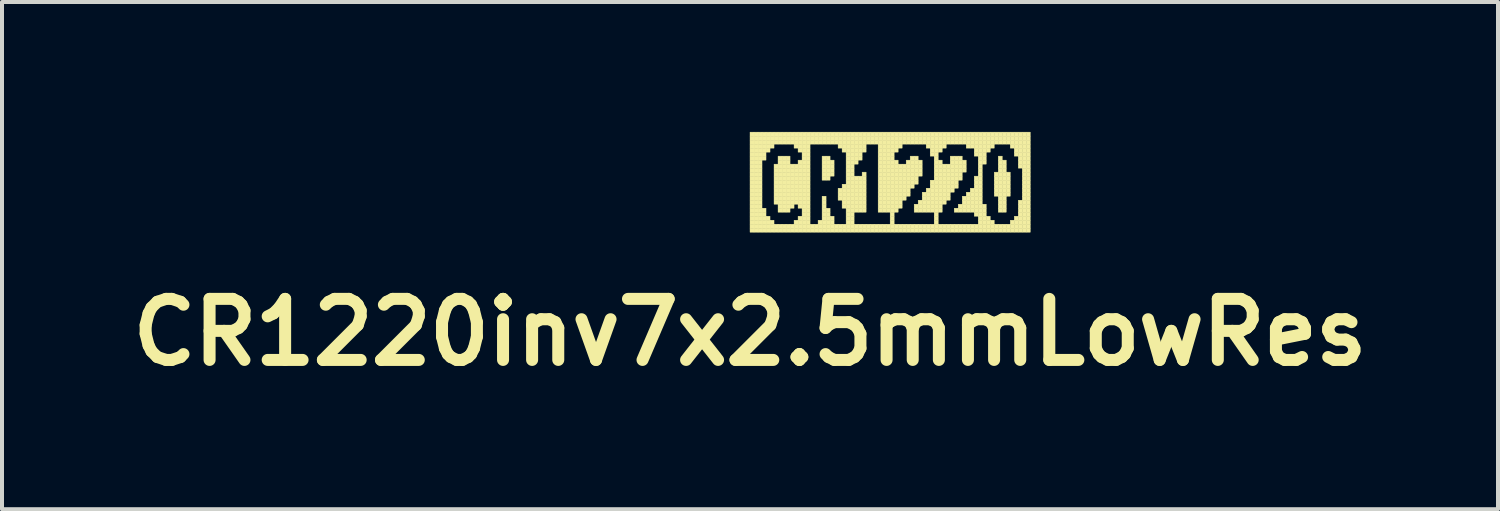
<source format=kicad_pcb>
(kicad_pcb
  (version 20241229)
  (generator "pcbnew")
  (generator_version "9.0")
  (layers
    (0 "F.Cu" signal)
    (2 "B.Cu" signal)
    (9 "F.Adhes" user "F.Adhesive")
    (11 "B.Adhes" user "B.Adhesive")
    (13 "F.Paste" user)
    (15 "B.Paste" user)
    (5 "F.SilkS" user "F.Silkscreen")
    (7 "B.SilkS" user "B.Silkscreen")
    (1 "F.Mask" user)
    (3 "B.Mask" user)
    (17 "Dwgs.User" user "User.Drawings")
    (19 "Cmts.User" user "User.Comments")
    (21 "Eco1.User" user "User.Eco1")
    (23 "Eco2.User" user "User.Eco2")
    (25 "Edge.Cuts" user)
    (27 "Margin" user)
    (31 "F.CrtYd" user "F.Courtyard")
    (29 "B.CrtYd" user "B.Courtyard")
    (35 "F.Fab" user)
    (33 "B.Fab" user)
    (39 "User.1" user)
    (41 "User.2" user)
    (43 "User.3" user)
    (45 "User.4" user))
  (footprint "CR1220inv7x2.5mmLowRes"
    (layer "F.Cu")
    (at 15.683 0.25)
    (property "Reference" "CR1220inv7x2.5mmLowRes" (at 0 5 0) (layer "F.SilkS") (effects (font (size 1.524 1.524) (thickness 0.3))))
    (attr through_hole)
    (fp_poly (pts (xy 0 0) (xy 0.1 0) (xy 0.1 0.1) (xy 0 0.1) (xy 0 0)) (stroke (width 0.01) (type solid)) (fill yes) (layer "F.SilkS"))
    (fp_poly (pts (xy 0 0.1) (xy 0.1 0.1) (xy 0.1 0.2) (xy 0 0.2) (xy 0 0.1)) (stroke (width 0.01) (type solid)) (fill yes) (layer "F.SilkS"))
    (fp_poly (pts (xy 0 0.2) (xy 0.1 0.2) (xy 0.1 0.3) (xy 0 0.3) (xy 0 0.2)) (stroke (width 0.01) (type solid)) (fill yes) (layer "F.SilkS"))
    (fp_poly (pts (xy 0 0.3) (xy 0.1 0.3) (xy 0.1 0.4) (xy 0 0.4) (xy 0 0.3)) (stroke (width 0.01) (type solid)) (fill yes) (layer "F.SilkS"))
    (fp_poly (pts (xy 0 0.4) (xy 0.1 0.4) (xy 0.1 0.5) (xy 0 0.5) (xy 0 0.4)) (stroke (width 0.01) (type solid)) (fill yes) (layer "F.SilkS"))
    (fp_poly (pts (xy 0 0.5) (xy 0.1 0.5) (xy 0.1 0.6) (xy 0 0.6) (xy 0 0.5)) (stroke (width 0.01) (type solid)) (fill yes) (layer "F.SilkS"))
    (fp_poly (pts (xy 0 0.6) (xy 0.1 0.6) (xy 0.1 0.7) (xy 0 0.7) (xy 0 0.6)) (stroke (width 0.01) (type solid)) (fill yes) (layer "F.SilkS"))
    (fp_poly (pts (xy 0 0.7) (xy 0.1 0.7) (xy 0.1 0.8) (xy 0 0.8) (xy 0 0.7)) (stroke (width 0.01) (type solid)) (fill yes) (layer "F.SilkS"))
    (fp_poly (pts (xy 0 0.8) (xy 0.1 0.8) (xy 0.1 0.9) (xy 0 0.9) (xy 0 0.8)) (stroke (width 0.01) (type solid)) (fill yes) (layer "F.SilkS"))
    (fp_poly (pts (xy 0 0.9) (xy 0.1 0.9) (xy 0.1 1) (xy 0 1) (xy 0 0.9)) (stroke (width 0.01) (type solid)) (fill yes) (layer "F.SilkS"))
    (fp_poly (pts (xy 0 1) (xy 0.1 1) (xy 0.1 1.1) (xy 0 1.1) (xy 0 1)) (stroke (width 0.01) (type solid)) (fill yes) (layer "F.SilkS"))
    (fp_poly (pts (xy 0 1.1) (xy 0.1 1.1) (xy 0.1 1.2) (xy 0 1.2) (xy 0 1.1)) (stroke (width 0.01) (type solid)) (fill yes) (layer "F.SilkS"))
    (fp_poly (pts (xy 0 1.2) (xy 0.1 1.2) (xy 0.1 1.3) (xy 0 1.3) (xy 0 1.2)) (stroke (width 0.01) (type solid)) (fill yes) (layer "F.SilkS"))
    (fp_poly (pts (xy 0 1.3) (xy 0.1 1.3) (xy 0.1 1.4) (xy 0 1.4) (xy 0 1.3)) (stroke (width 0.01) (type solid)) (fill yes) (layer "F.SilkS"))
    (fp_poly (pts (xy 0 1.4) (xy 0.1 1.4) (xy 0.1 1.5) (xy 0 1.5) (xy 0 1.4)) (stroke (width 0.01) (type solid)) (fill yes) (layer "F.SilkS"))
    (fp_poly (pts (xy 0 1.5) (xy 0.1 1.5) (xy 0.1 1.6) (xy 0 1.6) (xy 0 1.5)) (stroke (width 0.01) (type solid)) (fill yes) (layer "F.SilkS"))
    (fp_poly (pts (xy 0 1.6) (xy 0.1 1.6) (xy 0.1 1.7) (xy 0 1.7) (xy 0 1.6)) (stroke (width 0.01) (type solid)) (fill yes) (layer "F.SilkS"))
    (fp_poly (pts (xy 0 1.7) (xy 0.1 1.7) (xy 0.1 1.8) (xy 0 1.8) (xy 0 1.7)) (stroke (width 0.01) (type solid)) (fill yes) (layer "F.SilkS"))
    (fp_poly (pts (xy 0 1.8) (xy 0.1 1.8) (xy 0.1 1.9) (xy 0 1.9) (xy 0 1.8)) (stroke (width 0.01) (type solid)) (fill yes) (layer "F.SilkS"))
    (fp_poly (pts (xy 0 1.9) (xy 0.1 1.9) (xy 0.1 2) (xy 0 2) (xy 0 1.9)) (stroke (width 0.01) (type solid)) (fill yes) (layer "F.SilkS"))
    (fp_poly (pts (xy 0 2) (xy 0.1 2) (xy 0.1 2.1) (xy 0 2.1) (xy 0 2)) (stroke (width 0.01) (type solid)) (fill yes) (layer "F.SilkS"))
    (fp_poly (pts (xy 0 2.1) (xy 0.1 2.1) (xy 0.1 2.2) (xy 0 2.2) (xy 0 2.1)) (stroke (width 0.01) (type solid)) (fill yes) (layer "F.SilkS"))
    (fp_poly (pts (xy 0 2.2) (xy 0.1 2.2) (xy 0.1 2.3) (xy 0 2.3) (xy 0 2.2)) (stroke (width 0.01) (type solid)) (fill yes) (layer "F.SilkS"))
    (fp_poly (pts (xy 0 2.3) (xy 0.1 2.3) (xy 0.1 2.4) (xy 0 2.4) (xy 0 2.3)) (stroke (width 0.01) (type solid)) (fill yes) (layer "F.SilkS"))
    (fp_poly (pts (xy 0 2.4) (xy 0.1 2.4) (xy 0.1 2.5) (xy 0 2.5) (xy 0 2.4)) (stroke (width 0.01) (type solid)) (fill yes) (layer "F.SilkS"))
    (fp_poly (pts (xy 0.1 0) (xy 0.2 0) (xy 0.2 0.1) (xy 0.1 0.1) (xy 0.1 0)) (stroke (width 0.01) (type solid)) (fill yes) (layer "F.SilkS"))
    (fp_poly (pts (xy 0.1 0.1) (xy 0.2 0.1) (xy 0.2 0.2) (xy 0.1 0.2) (xy 0.1 0.1)) (stroke (width 0.01) (type solid)) (fill yes) (layer "F.SilkS"))
    (fp_poly (pts (xy 0.1 0.2) (xy 0.2 0.2) (xy 0.2 0.3) (xy 0.1 0.3) (xy 0.1 0.2)) (stroke (width 0.01) (type solid)) (fill yes) (layer "F.SilkS"))
    (fp_poly (pts (xy 0.1 0.3) (xy 0.2 0.3) (xy 0.2 0.4) (xy 0.1 0.4) (xy 0.1 0.3)) (stroke (width 0.01) (type solid)) (fill yes) (layer "F.SilkS"))
    (fp_poly (pts (xy 0.1 0.4) (xy 0.2 0.4) (xy 0.2 0.5) (xy 0.1 0.5) (xy 0.1 0.4)) (stroke (width 0.01) (type solid)) (fill yes) (layer "F.SilkS"))
    (fp_poly (pts (xy 0.1 0.5) (xy 0.2 0.5) (xy 0.2 0.6) (xy 0.1 0.6) (xy 0.1 0.5)) (stroke (width 0.01) (type solid)) (fill yes) (layer "F.SilkS"))
    (fp_poly (pts (xy 0.1 0.6) (xy 0.2 0.6) (xy 0.2 0.7) (xy 0.1 0.7) (xy 0.1 0.6)) (stroke (width 0.01) (type solid)) (fill yes) (layer "F.SilkS"))
    (fp_poly (pts (xy 0.1 0.7) (xy 0.2 0.7) (xy 0.2 0.8) (xy 0.1 0.8) (xy 0.1 0.7)) (stroke (width 0.01) (type solid)) (fill yes) (layer "F.SilkS"))
    (fp_poly (pts (xy 0.1 0.8) (xy 0.2 0.8) (xy 0.2 0.9) (xy 0.1 0.9) (xy 0.1 0.8)) (stroke (width 0.01) (type solid)) (fill yes) (layer "F.SilkS"))
    (fp_poly (pts (xy 0.1 0.9) (xy 0.2 0.9) (xy 0.2 1) (xy 0.1 1) (xy 0.1 0.9)) (stroke (width 0.01) (type solid)) (fill yes) (layer "F.SilkS"))
    (fp_poly (pts (xy 0.1 1) (xy 0.2 1) (xy 0.2 1.1) (xy 0.1 1.1) (xy 0.1 1)) (stroke (width 0.01) (type solid)) (fill yes) (layer "F.SilkS"))
    (fp_poly (pts (xy 0.1 1.1) (xy 0.2 1.1) (xy 0.2 1.2) (xy 0.1 1.2) (xy 0.1 1.1)) (stroke (width 0.01) (type solid)) (fill yes) (layer "F.SilkS"))
    (fp_poly (pts (xy 0.1 1.2) (xy 0.2 1.2) (xy 0.2 1.3) (xy 0.1 1.3) (xy 0.1 1.2)) (stroke (width 0.01) (type solid)) (fill yes) (layer "F.SilkS"))
    (fp_poly (pts (xy 0.1 1.3) (xy 0.2 1.3) (xy 0.2 1.4) (xy 0.1 1.4) (xy 0.1 1.3)) (stroke (width 0.01) (type solid)) (fill yes) (layer "F.SilkS"))
    (fp_poly (pts (xy 0.1 1.4) (xy 0.2 1.4) (xy 0.2 1.5) (xy 0.1 1.5) (xy 0.1 1.4)) (stroke (width 0.01) (type solid)) (fill yes) (layer "F.SilkS"))
    (fp_poly (pts (xy 0.1 1.5) (xy 0.2 1.5) (xy 0.2 1.6) (xy 0.1 1.6) (xy 0.1 1.5)) (stroke (width 0.01) (type solid)) (fill yes) (layer "F.SilkS"))
    (fp_poly (pts (xy 0.1 1.6) (xy 0.2 1.6) (xy 0.2 1.7) (xy 0.1 1.7) (xy 0.1 1.6)) (stroke (width 0.01) (type solid)) (fill yes) (layer "F.SilkS"))
    (fp_poly (pts (xy 0.1 1.7) (xy 0.2 1.7) (xy 0.2 1.8) (xy 0.1 1.8) (xy 0.1 1.7)) (stroke (width 0.01) (type solid)) (fill yes) (layer "F.SilkS"))
    (fp_poly (pts (xy 0.1 1.8) (xy 0.2 1.8) (xy 0.2 1.9) (xy 0.1 1.9) (xy 0.1 1.8)) (stroke (width 0.01) (type solid)) (fill yes) (layer "F.SilkS"))
    (fp_poly (pts (xy 0.1 1.9) (xy 0.2 1.9) (xy 0.2 2) (xy 0.1 2) (xy 0.1 1.9)) (stroke (width 0.01) (type solid)) (fill yes) (layer "F.SilkS"))
    (fp_poly (pts (xy 0.1 2) (xy 0.2 2) (xy 0.2 2.1) (xy 0.1 2.1) (xy 0.1 2)) (stroke (width 0.01) (type solid)) (fill yes) (layer "F.SilkS"))
    (fp_poly (pts (xy 0.1 2.1) (xy 0.2 2.1) (xy 0.2 2.2) (xy 0.1 2.2) (xy 0.1 2.1)) (stroke (width 0.01) (type solid)) (fill yes) (layer "F.SilkS"))
    (fp_poly (pts (xy 0.1 2.2) (xy 0.2 2.2) (xy 0.2 2.3) (xy 0.1 2.3) (xy 0.1 2.2)) (stroke (width 0.01) (type solid)) (fill yes) (layer "F.SilkS"))
    (fp_poly (pts (xy 0.1 2.3) (xy 0.2 2.3) (xy 0.2 2.4) (xy 0.1 2.4) (xy 0.1 2.3)) (stroke (width 0.01) (type solid)) (fill yes) (layer "F.SilkS"))
    (fp_poly (pts (xy 0.1 2.4) (xy 0.2 2.4) (xy 0.2 2.5) (xy 0.1 2.5) (xy 0.1 2.4)) (stroke (width 0.01) (type solid)) (fill yes) (layer "F.SilkS"))
    (fp_poly (pts (xy 0.2 0) (xy 0.3 0) (xy 0.3 0.1) (xy 0.2 0.1) (xy 0.2 0)) (stroke (width 0.01) (type solid)) (fill yes) (layer "F.SilkS"))
    (fp_poly (pts (xy 0.2 0.1) (xy 0.3 0.1) (xy 0.3 0.2) (xy 0.2 0.2) (xy 0.2 0.1)) (stroke (width 0.01) (type solid)) (fill yes) (layer "F.SilkS"))
    (fp_poly (pts (xy 0.2 0.2) (xy 0.3 0.2) (xy 0.3 0.3) (xy 0.2 0.3) (xy 0.2 0.2)) (stroke (width 0.01) (type solid)) (fill yes) (layer "F.SilkS"))
    (fp_poly (pts (xy 0.2 0.3) (xy 0.3 0.3) (xy 0.3 0.4) (xy 0.2 0.4) (xy 0.2 0.3)) (stroke (width 0.01) (type solid)) (fill yes) (layer "F.SilkS"))
    (fp_poly (pts (xy 0.2 0.4) (xy 0.3 0.4) (xy 0.3 0.5) (xy 0.2 0.5) (xy 0.2 0.4)) (stroke (width 0.01) (type solid)) (fill yes) (layer "F.SilkS"))
    (fp_poly (pts (xy 0.2 0.5) (xy 0.3 0.5) (xy 0.3 0.6) (xy 0.2 0.6) (xy 0.2 0.5)) (stroke (width 0.01) (type solid)) (fill yes) (layer "F.SilkS"))
    (fp_poly (pts (xy 0.2 0.6) (xy 0.3 0.6) (xy 0.3 0.7) (xy 0.2 0.7) (xy 0.2 0.6)) (stroke (width 0.01) (type solid)) (fill yes) (layer "F.SilkS"))
    (fp_poly (pts (xy 0.2 0.7) (xy 0.3 0.7) (xy 0.3 0.8) (xy 0.2 0.8) (xy 0.2 0.7)) (stroke (width 0.01) (type solid)) (fill yes) (layer "F.SilkS"))
    (fp_poly (pts (xy 0.2 0.8) (xy 0.3 0.8) (xy 0.3 0.9) (xy 0.2 0.9) (xy 0.2 0.8)) (stroke (width 0.01) (type solid)) (fill yes) (layer "F.SilkS"))
    (fp_poly (pts (xy 0.2 0.9) (xy 0.3 0.9) (xy 0.3 1) (xy 0.2 1) (xy 0.2 0.9)) (stroke (width 0.01) (type solid)) (fill yes) (layer "F.SilkS"))
    (fp_poly (pts (xy 0.2 1) (xy 0.3 1) (xy 0.3 1.1) (xy 0.2 1.1) (xy 0.2 1)) (stroke (width 0.01) (type solid)) (fill yes) (layer "F.SilkS"))
    (fp_poly (pts (xy 0.2 1.1) (xy 0.3 1.1) (xy 0.3 1.2) (xy 0.2 1.2) (xy 0.2 1.1)) (stroke (width 0.01) (type solid)) (fill yes) (layer "F.SilkS"))
    (fp_poly (pts (xy 0.2 1.2) (xy 0.3 1.2) (xy 0.3 1.3) (xy 0.2 1.3) (xy 0.2 1.2)) (stroke (width 0.01) (type solid)) (fill yes) (layer "F.SilkS"))
    (fp_poly (pts (xy 0.2 1.3) (xy 0.3 1.3) (xy 0.3 1.4) (xy 0.2 1.4) (xy 0.2 1.3)) (stroke (width 0.01) (type solid)) (fill yes) (layer "F.SilkS"))
    (fp_poly (pts (xy 0.2 1.4) (xy 0.3 1.4) (xy 0.3 1.5) (xy 0.2 1.5) (xy 0.2 1.4)) (stroke (width 0.01) (type solid)) (fill yes) (layer "F.SilkS"))
    (fp_poly (pts (xy 0.2 1.5) (xy 0.3 1.5) (xy 0.3 1.6) (xy 0.2 1.6) (xy 0.2 1.5)) (stroke (width 0.01) (type solid)) (fill yes) (layer "F.SilkS"))
    (fp_poly (pts (xy 0.2 1.6) (xy 0.3 1.6) (xy 0.3 1.7) (xy 0.2 1.7) (xy 0.2 1.6)) (stroke (width 0.01) (type solid)) (fill yes) (layer "F.SilkS"))
    (fp_poly (pts (xy 0.2 1.7) (xy 0.3 1.7) (xy 0.3 1.8) (xy 0.2 1.8) (xy 0.2 1.7)) (stroke (width 0.01) (type solid)) (fill yes) (layer "F.SilkS"))
    (fp_poly (pts (xy 0.2 1.8) (xy 0.3 1.8) (xy 0.3 1.9) (xy 0.2 1.9) (xy 0.2 1.8)) (stroke (width 0.01) (type solid)) (fill yes) (layer "F.SilkS"))
    (fp_poly (pts (xy 0.2 1.9) (xy 0.3 1.9) (xy 0.3 2) (xy 0.2 2) (xy 0.2 1.9)) (stroke (width 0.01) (type solid)) (fill yes) (layer "F.SilkS"))
    (fp_poly (pts (xy 0.2 2) (xy 0.3 2) (xy 0.3 2.1) (xy 0.2 2.1) (xy 0.2 2)) (stroke (width 0.01) (type solid)) (fill yes) (layer "F.SilkS"))
    (fp_poly (pts (xy 0.2 2.1) (xy 0.3 2.1) (xy 0.3 2.2) (xy 0.2 2.2) (xy 0.2 2.1)) (stroke (width 0.01) (type solid)) (fill yes) (layer "F.SilkS"))
    (fp_poly (pts (xy 0.2 2.2) (xy 0.3 2.2) (xy 0.3 2.3) (xy 0.2 2.3) (xy 0.2 2.2)) (stroke (width 0.01) (type solid)) (fill yes) (layer "F.SilkS"))
    (fp_poly (pts (xy 0.2 2.3) (xy 0.3 2.3) (xy 0.3 2.4) (xy 0.2 2.4) (xy 0.2 2.3)) (stroke (width 0.01) (type solid)) (fill yes) (layer "F.SilkS"))
    (fp_poly (pts (xy 0.2 2.4) (xy 0.3 2.4) (xy 0.3 2.5) (xy 0.2 2.5) (xy 0.2 2.4)) (stroke (width 0.01) (type solid)) (fill yes) (layer "F.SilkS"))
    (fp_poly (pts (xy 0.3 0) (xy 0.4 0) (xy 0.4 0.1) (xy 0.3 0.1) (xy 0.3 0)) (stroke (width 0.01) (type solid)) (fill yes) (layer "F.SilkS"))
    (fp_poly (pts (xy 0.3 0.1) (xy 0.4 0.1) (xy 0.4 0.2) (xy 0.3 0.2) (xy 0.3 0.1)) (stroke (width 0.01) (type solid)) (fill yes) (layer "F.SilkS"))
    (fp_poly (pts (xy 0.3 0.2) (xy 0.4 0.2) (xy 0.4 0.3) (xy 0.3 0.3) (xy 0.3 0.2)) (stroke (width 0.01) (type solid)) (fill yes) (layer "F.SilkS"))
    (fp_poly (pts (xy 0.3 0.3) (xy 0.4 0.3) (xy 0.4 0.4) (xy 0.3 0.4) (xy 0.3 0.3)) (stroke (width 0.01) (type solid)) (fill yes) (layer "F.SilkS"))
    (fp_poly (pts (xy 0.3 0.4) (xy 0.4 0.4) (xy 0.4 0.5) (xy 0.3 0.5) (xy 0.3 0.4)) (stroke (width 0.01) (type solid)) (fill yes) (layer "F.SilkS"))
    (fp_poly (pts (xy 0.3 0.5) (xy 0.4 0.5) (xy 0.4 0.6) (xy 0.3 0.6) (xy 0.3 0.5)) (stroke (width 0.01) (type solid)) (fill yes) (layer "F.SilkS"))
    (fp_poly (pts (xy 0.3 0.6) (xy 0.4 0.6) (xy 0.4 0.7) (xy 0.3 0.7) (xy 0.3 0.6)) (stroke (width 0.01) (type solid)) (fill yes) (layer "F.SilkS"))
    (fp_poly (pts (xy 0.3 1.9) (xy 0.4 1.9) (xy 0.4 2) (xy 0.3 2) (xy 0.3 1.9)) (stroke (width 0.01) (type solid)) (fill yes) (layer "F.SilkS"))
    (fp_poly (pts (xy 0.3 2) (xy 0.4 2) (xy 0.4 2.1) (xy 0.3 2.1) (xy 0.3 2)) (stroke (width 0.01) (type solid)) (fill yes) (layer "F.SilkS"))
    (fp_poly (pts (xy 0.3 2.1) (xy 0.4 2.1) (xy 0.4 2.2) (xy 0.3 2.2) (xy 0.3 2.1)) (stroke (width 0.01) (type solid)) (fill yes) (layer "F.SilkS"))
    (fp_poly (pts (xy 0.3 2.2) (xy 0.4 2.2) (xy 0.4 2.3) (xy 0.3 2.3) (xy 0.3 2.2)) (stroke (width 0.01) (type solid)) (fill yes) (layer "F.SilkS"))
    (fp_poly (pts (xy 0.3 2.3) (xy 0.4 2.3) (xy 0.4 2.4) (xy 0.3 2.4) (xy 0.3 2.3)) (stroke (width 0.01) (type solid)) (fill yes) (layer "F.SilkS"))
    (fp_poly (pts (xy 0.3 2.4) (xy 0.4 2.4) (xy 0.4 2.5) (xy 0.3 2.5) (xy 0.3 2.4)) (stroke (width 0.01) (type solid)) (fill yes) (layer "F.SilkS"))
    (fp_poly (pts (xy 0.4 0) (xy 0.5 0) (xy 0.5 0.1) (xy 0.4 0.1) (xy 0.4 0)) (stroke (width 0.01) (type solid)) (fill yes) (layer "F.SilkS"))
    (fp_poly (pts (xy 0.4 0.1) (xy 0.5 0.1) (xy 0.5 0.2) (xy 0.4 0.2) (xy 0.4 0.1)) (stroke (width 0.01) (type solid)) (fill yes) (layer "F.SilkS"))
    (fp_poly (pts (xy 0.4 0.2) (xy 0.5 0.2) (xy 0.5 0.3) (xy 0.4 0.3) (xy 0.4 0.2)) (stroke (width 0.01) (type solid)) (fill yes) (layer "F.SilkS"))
    (fp_poly (pts (xy 0.4 0.3) (xy 0.5 0.3) (xy 0.5 0.4) (xy 0.4 0.4) (xy 0.4 0.3)) (stroke (width 0.01) (type solid)) (fill yes) (layer "F.SilkS"))
    (fp_poly (pts (xy 0.4 0.4) (xy 0.5 0.4) (xy 0.5 0.5) (xy 0.4 0.5) (xy 0.4 0.4)) (stroke (width 0.01) (type solid)) (fill yes) (layer "F.SilkS"))
    (fp_poly (pts (xy 0.4 2.1) (xy 0.5 2.1) (xy 0.5 2.2) (xy 0.4 2.2) (xy 0.4 2.1)) (stroke (width 0.01) (type solid)) (fill yes) (layer "F.SilkS"))
    (fp_poly (pts (xy 0.4 2.2) (xy 0.5 2.2) (xy 0.5 2.3) (xy 0.4 2.3) (xy 0.4 2.2)) (stroke (width 0.01) (type solid)) (fill yes) (layer "F.SilkS"))
    (fp_poly (pts (xy 0.4 2.3) (xy 0.5 2.3) (xy 0.5 2.4) (xy 0.4 2.4) (xy 0.4 2.3)) (stroke (width 0.01) (type solid)) (fill yes) (layer "F.SilkS"))
    (fp_poly (pts (xy 0.4 2.4) (xy 0.5 2.4) (xy 0.5 2.5) (xy 0.4 2.5) (xy 0.4 2.4)) (stroke (width 0.01) (type solid)) (fill yes) (layer "F.SilkS"))
    (fp_poly (pts (xy 0.5 0) (xy 0.6 0) (xy 0.6 0.1) (xy 0.5 0.1) (xy 0.5 0)) (stroke (width 0.01) (type solid)) (fill yes) (layer "F.SilkS"))
    (fp_poly (pts (xy 0.5 0.1) (xy 0.6 0.1) (xy 0.6 0.2) (xy 0.5 0.2) (xy 0.5 0.1)) (stroke (width 0.01) (type solid)) (fill yes) (layer "F.SilkS"))
    (fp_poly (pts (xy 0.5 0.2) (xy 0.6 0.2) (xy 0.6 0.3) (xy 0.5 0.3) (xy 0.5 0.2)) (stroke (width 0.01) (type solid)) (fill yes) (layer "F.SilkS"))
    (fp_poly (pts (xy 0.5 0.3) (xy 0.6 0.3) (xy 0.6 0.4) (xy 0.5 0.4) (xy 0.5 0.3)) (stroke (width 0.01) (type solid)) (fill yes) (layer "F.SilkS"))
    (fp_poly (pts (xy 0.5 2.2) (xy 0.6 2.2) (xy 0.6 2.3) (xy 0.5 2.3) (xy 0.5 2.2)) (stroke (width 0.01) (type solid)) (fill yes) (layer "F.SilkS"))
    (fp_poly (pts (xy 0.5 2.3) (xy 0.6 2.3) (xy 0.6 2.4) (xy 0.5 2.4) (xy 0.5 2.3)) (stroke (width 0.01) (type solid)) (fill yes) (layer "F.SilkS"))
    (fp_poly (pts (xy 0.5 2.4) (xy 0.6 2.4) (xy 0.6 2.5) (xy 0.5 2.5) (xy 0.5 2.4)) (stroke (width 0.01) (type solid)) (fill yes) (layer "F.SilkS"))
    (fp_poly (pts (xy 0.6 0) (xy 0.7 0) (xy 0.7 0.1) (xy 0.6 0.1) (xy 0.6 0)) (stroke (width 0.01) (type solid)) (fill yes) (layer "F.SilkS"))
    (fp_poly (pts (xy 0.6 0.1) (xy 0.7 0.1) (xy 0.7 0.2) (xy 0.6 0.2) (xy 0.6 0.1)) (stroke (width 0.01) (type solid)) (fill yes) (layer "F.SilkS"))
    (fp_poly (pts (xy 0.6 0.2) (xy 0.7 0.2) (xy 0.7 0.3) (xy 0.6 0.3) (xy 0.6 0.2)) (stroke (width 0.01) (type solid)) (fill yes) (layer "F.SilkS"))
    (fp_poly (pts (xy 0.6 0.8) (xy 0.7 0.8) (xy 0.7 0.9) (xy 0.6 0.9) (xy 0.6 0.8)) (stroke (width 0.01) (type solid)) (fill yes) (layer "F.SilkS"))
    (fp_poly (pts (xy 0.6 0.9) (xy 0.7 0.9) (xy 0.7 1) (xy 0.6 1) (xy 0.6 0.9)) (stroke (width 0.01) (type solid)) (fill yes) (layer "F.SilkS"))
    (fp_poly (pts (xy 0.6 1) (xy 0.7 1) (xy 0.7 1.1) (xy 0.6 1.1) (xy 0.6 1)) (stroke (width 0.01) (type solid)) (fill yes) (layer "F.SilkS"))
    (fp_poly (pts (xy 0.6 1.1) (xy 0.7 1.1) (xy 0.7 1.2) (xy 0.6 1.2) (xy 0.6 1.1)) (stroke (width 0.01) (type solid)) (fill yes) (layer "F.SilkS"))
    (fp_poly (pts (xy 0.6 1.2) (xy 0.7 1.2) (xy 0.7 1.3) (xy 0.6 1.3) (xy 0.6 1.2)) (stroke (width 0.01) (type solid)) (fill yes) (layer "F.SilkS"))
    (fp_poly (pts (xy 0.6 1.3) (xy 0.7 1.3) (xy 0.7 1.4) (xy 0.6 1.4) (xy 0.6 1.3)) (stroke (width 0.01) (type solid)) (fill yes) (layer "F.SilkS"))
    (fp_poly (pts (xy 0.6 1.4) (xy 0.7 1.4) (xy 0.7 1.5) (xy 0.6 1.5) (xy 0.6 1.4)) (stroke (width 0.01) (type solid)) (fill yes) (layer "F.SilkS"))
    (fp_poly (pts (xy 0.6 1.5) (xy 0.7 1.5) (xy 0.7 1.6) (xy 0.6 1.6) (xy 0.6 1.5)) (stroke (width 0.01) (type solid)) (fill yes) (layer "F.SilkS"))
    (fp_poly (pts (xy 0.6 1.6) (xy 0.7 1.6) (xy 0.7 1.7) (xy 0.6 1.7) (xy 0.6 1.6)) (stroke (width 0.01) (type solid)) (fill yes) (layer "F.SilkS"))
    (fp_poly (pts (xy 0.6 1.7) (xy 0.7 1.7) (xy 0.7 1.8) (xy 0.6 1.8) (xy 0.6 1.7)) (stroke (width 0.01) (type solid)) (fill yes) (layer "F.SilkS"))
    (fp_poly (pts (xy 0.6 2.3) (xy 0.7 2.3) (xy 0.7 2.4) (xy 0.6 2.4) (xy 0.6 2.3)) (stroke (width 0.01) (type solid)) (fill yes) (layer "F.SilkS"))
    (fp_poly (pts (xy 0.6 2.4) (xy 0.7 2.4) (xy 0.7 2.5) (xy 0.6 2.5) (xy 0.6 2.4)) (stroke (width 0.01) (type solid)) (fill yes) (layer "F.SilkS"))
    (fp_poly (pts (xy 0.7 0) (xy 0.8 0) (xy 0.8 0.1) (xy 0.7 0.1) (xy 0.7 0)) (stroke (width 0.01) (type solid)) (fill yes) (layer "F.SilkS"))
    (fp_poly (pts (xy 0.7 0.1) (xy 0.8 0.1) (xy 0.8 0.2) (xy 0.7 0.2) (xy 0.7 0.1)) (stroke (width 0.01) (type solid)) (fill yes) (layer "F.SilkS"))
    (fp_poly (pts (xy 0.7 0.2) (xy 0.8 0.2) (xy 0.8 0.3) (xy 0.7 0.3) (xy 0.7 0.2)) (stroke (width 0.01) (type solid)) (fill yes) (layer "F.SilkS"))
    (fp_poly (pts (xy 0.7 0.6) (xy 0.8 0.6) (xy 0.8 0.7) (xy 0.7 0.7) (xy 0.7 0.6)) (stroke (width 0.01) (type solid)) (fill yes) (layer "F.SilkS"))
    (fp_poly (pts (xy 0.7 0.7) (xy 0.8 0.7) (xy 0.8 0.8) (xy 0.7 0.8) (xy 0.7 0.7)) (stroke (width 0.01) (type solid)) (fill yes) (layer "F.SilkS"))
    (fp_poly (pts (xy 0.7 0.8) (xy 0.8 0.8) (xy 0.8 0.9) (xy 0.7 0.9) (xy 0.7 0.8)) (stroke (width 0.01) (type solid)) (fill yes) (layer "F.SilkS"))
    (fp_poly (pts (xy 0.7 0.9) (xy 0.8 0.9) (xy 0.8 1) (xy 0.7 1) (xy 0.7 0.9)) (stroke (width 0.01) (type solid)) (fill yes) (layer "F.SilkS"))
    (fp_poly (pts (xy 0.7 1) (xy 0.8 1) (xy 0.8 1.1) (xy 0.7 1.1) (xy 0.7 1)) (stroke (width 0.01) (type solid)) (fill yes) (layer "F.SilkS"))
    (fp_poly (pts (xy 0.7 1.1) (xy 0.8 1.1) (xy 0.8 1.2) (xy 0.7 1.2) (xy 0.7 1.1)) (stroke (width 0.01) (type solid)) (fill yes) (layer "F.SilkS"))
    (fp_poly (pts (xy 0.7 1.2) (xy 0.8 1.2) (xy 0.8 1.3) (xy 0.7 1.3) (xy 0.7 1.2)) (stroke (width 0.01) (type solid)) (fill yes) (layer "F.SilkS"))
    (fp_poly (pts (xy 0.7 1.3) (xy 0.8 1.3) (xy 0.8 1.4) (xy 0.7 1.4) (xy 0.7 1.3)) (stroke (width 0.01) (type solid)) (fill yes) (layer "F.SilkS"))
    (fp_poly (pts (xy 0.7 1.4) (xy 0.8 1.4) (xy 0.8 1.5) (xy 0.7 1.5) (xy 0.7 1.4)) (stroke (width 0.01) (type solid)) (fill yes) (layer "F.SilkS"))
    (fp_poly (pts (xy 0.7 1.5) (xy 0.8 1.5) (xy 0.8 1.6) (xy 0.7 1.6) (xy 0.7 1.5)) (stroke (width 0.01) (type solid)) (fill yes) (layer "F.SilkS"))
    (fp_poly (pts (xy 0.7 1.6) (xy 0.8 1.6) (xy 0.8 1.7) (xy 0.7 1.7) (xy 0.7 1.6)) (stroke (width 0.01) (type solid)) (fill yes) (layer "F.SilkS"))
    (fp_poly (pts (xy 0.7 1.7) (xy 0.8 1.7) (xy 0.8 1.8) (xy 0.7 1.8) (xy 0.7 1.7)) (stroke (width 0.01) (type solid)) (fill yes) (layer "F.SilkS"))
    (fp_poly (pts (xy 0.7 1.8) (xy 0.8 1.8) (xy 0.8 1.9) (xy 0.7 1.9) (xy 0.7 1.8)) (stroke (width 0.01) (type solid)) (fill yes) (layer "F.SilkS"))
    (fp_poly (pts (xy 0.7 1.9) (xy 0.8 1.9) (xy 0.8 2) (xy 0.7 2) (xy 0.7 1.9)) (stroke (width 0.01) (type solid)) (fill yes) (layer "F.SilkS"))
    (fp_poly (pts (xy 0.7 2.3) (xy 0.8 2.3) (xy 0.8 2.4) (xy 0.7 2.4) (xy 0.7 2.3)) (stroke (width 0.01) (type solid)) (fill yes) (layer "F.SilkS"))
    (fp_poly (pts (xy 0.7 2.4) (xy 0.8 2.4) (xy 0.8 2.5) (xy 0.7 2.5) (xy 0.7 2.4)) (stroke (width 0.01) (type solid)) (fill yes) (layer "F.SilkS"))
    (fp_poly (pts (xy 0.8 0) (xy 0.9 0) (xy 0.9 0.1) (xy 0.8 0.1) (xy 0.8 0)) (stroke (width 0.01) (type solid)) (fill yes) (layer "F.SilkS"))
    (fp_poly (pts (xy 0.8 0.1) (xy 0.9 0.1) (xy 0.9 0.2) (xy 0.8 0.2) (xy 0.8 0.1)) (stroke (width 0.01) (type solid)) (fill yes) (layer "F.SilkS"))
    (fp_poly (pts (xy 0.8 0.2) (xy 0.9 0.2) (xy 0.9 0.3) (xy 0.8 0.3) (xy 0.8 0.2)) (stroke (width 0.01) (type solid)) (fill yes) (layer "F.SilkS"))
    (fp_poly (pts (xy 0.8 0.6) (xy 0.9 0.6) (xy 0.9 0.7) (xy 0.8 0.7) (xy 0.8 0.6)) (stroke (width 0.01) (type solid)) (fill yes) (layer "F.SilkS"))
    (fp_poly (pts (xy 0.8 0.7) (xy 0.9 0.7) (xy 0.9 0.8) (xy 0.8 0.8) (xy 0.8 0.7)) (stroke (width 0.01) (type solid)) (fill yes) (layer "F.SilkS"))
    (fp_poly (pts (xy 0.8 0.8) (xy 0.9 0.8) (xy 0.9 0.9) (xy 0.8 0.9) (xy 0.8 0.8)) (stroke (width 0.01) (type solid)) (fill yes) (layer "F.SilkS"))
    (fp_poly (pts (xy 0.8 0.9) (xy 0.9 0.9) (xy 0.9 1) (xy 0.8 1) (xy 0.8 0.9)) (stroke (width 0.01) (type solid)) (fill yes) (layer "F.SilkS"))
    (fp_poly (pts (xy 0.8 1) (xy 0.9 1) (xy 0.9 1.1) (xy 0.8 1.1) (xy 0.8 1)) (stroke (width 0.01) (type solid)) (fill yes) (layer "F.SilkS"))
    (fp_poly (pts (xy 0.8 1.1) (xy 0.9 1.1) (xy 0.9 1.2) (xy 0.8 1.2) (xy 0.8 1.1)) (stroke (width 0.01) (type solid)) (fill yes) (layer "F.SilkS"))
    (fp_poly (pts (xy 0.8 1.2) (xy 0.9 1.2) (xy 0.9 1.3) (xy 0.8 1.3) (xy 0.8 1.2)) (stroke (width 0.01) (type solid)) (fill yes) (layer "F.SilkS"))
    (fp_poly (pts (xy 0.8 1.3) (xy 0.9 1.3) (xy 0.9 1.4) (xy 0.8 1.4) (xy 0.8 1.3)) (stroke (width 0.01) (type solid)) (fill yes) (layer "F.SilkS"))
    (fp_poly (pts (xy 0.8 1.4) (xy 0.9 1.4) (xy 0.9 1.5) (xy 0.8 1.5) (xy 0.8 1.4)) (stroke (width 0.01) (type solid)) (fill yes) (layer "F.SilkS"))
    (fp_poly (pts (xy 0.8 1.5) (xy 0.9 1.5) (xy 0.9 1.6) (xy 0.8 1.6) (xy 0.8 1.5)) (stroke (width 0.01) (type solid)) (fill yes) (layer "F.SilkS"))
    (fp_poly (pts (xy 0.8 1.6) (xy 0.9 1.6) (xy 0.9 1.7) (xy 0.8 1.7) (xy 0.8 1.6)) (stroke (width 0.01) (type solid)) (fill yes) (layer "F.SilkS"))
    (fp_poly (pts (xy 0.8 1.7) (xy 0.9 1.7) (xy 0.9 1.8) (xy 0.8 1.8) (xy 0.8 1.7)) (stroke (width 0.01) (type solid)) (fill yes) (layer "F.SilkS"))
    (fp_poly (pts (xy 0.8 1.8) (xy 0.9 1.8) (xy 0.9 1.9) (xy 0.8 1.9) (xy 0.8 1.8)) (stroke (width 0.01) (type solid)) (fill yes) (layer "F.SilkS"))
    (fp_poly (pts (xy 0.8 1.9) (xy 0.9 1.9) (xy 0.9 2) (xy 0.8 2) (xy 0.8 1.9)) (stroke (width 0.01) (type solid)) (fill yes) (layer "F.SilkS"))
    (fp_poly (pts (xy 0.8 2.3) (xy 0.9 2.3) (xy 0.9 2.4) (xy 0.8 2.4) (xy 0.8 2.3)) (stroke (width 0.01) (type solid)) (fill yes) (layer "F.SilkS"))
    (fp_poly (pts (xy 0.8 2.4) (xy 0.9 2.4) (xy 0.9 2.5) (xy 0.8 2.5) (xy 0.8 2.4)) (stroke (width 0.01) (type solid)) (fill yes) (layer "F.SilkS"))
    (fp_poly (pts (xy 0.9 0) (xy 1 0) (xy 1 0.1) (xy 0.9 0.1) (xy 0.9 0)) (stroke (width 0.01) (type solid)) (fill yes) (layer "F.SilkS"))
    (fp_poly (pts (xy 0.9 0.1) (xy 1 0.1) (xy 1 0.2) (xy 0.9 0.2) (xy 0.9 0.1)) (stroke (width 0.01) (type solid)) (fill yes) (layer "F.SilkS"))
    (fp_poly (pts (xy 0.9 0.2) (xy 1 0.2) (xy 1 0.3) (xy 0.9 0.3) (xy 0.9 0.2)) (stroke (width 0.01) (type solid)) (fill yes) (layer "F.SilkS"))
    (fp_poly (pts (xy 0.9 0.6) (xy 1 0.6) (xy 1 0.7) (xy 0.9 0.7) (xy 0.9 0.6)) (stroke (width 0.01) (type solid)) (fill yes) (layer "F.SilkS"))
    (fp_poly (pts (xy 0.9 0.7) (xy 1 0.7) (xy 1 0.8) (xy 0.9 0.8) (xy 0.9 0.7)) (stroke (width 0.01) (type solid)) (fill yes) (layer "F.SilkS"))
    (fp_poly (pts (xy 0.9 0.8) (xy 1 0.8) (xy 1 0.9) (xy 0.9 0.9) (xy 0.9 0.8)) (stroke (width 0.01) (type solid)) (fill yes) (layer "F.SilkS"))
    (fp_poly (pts (xy 0.9 0.9) (xy 1 0.9) (xy 1 1) (xy 0.9 1) (xy 0.9 0.9)) (stroke (width 0.01) (type solid)) (fill yes) (layer "F.SilkS"))
    (fp_poly (pts (xy 0.9 1) (xy 1 1) (xy 1 1.1) (xy 0.9 1.1) (xy 0.9 1)) (stroke (width 0.01) (type solid)) (fill yes) (layer "F.SilkS"))
    (fp_poly (pts (xy 0.9 1.1) (xy 1 1.1) (xy 1 1.2) (xy 0.9 1.2) (xy 0.9 1.1)) (stroke (width 0.01) (type solid)) (fill yes) (layer "F.SilkS"))
    (fp_poly (pts (xy 0.9 1.2) (xy 1 1.2) (xy 1 1.3) (xy 0.9 1.3) (xy 0.9 1.2)) (stroke (width 0.01) (type solid)) (fill yes) (layer "F.SilkS"))
    (fp_poly (pts (xy 0.9 1.3) (xy 1 1.3) (xy 1 1.4) (xy 0.9 1.4) (xy 0.9 1.3)) (stroke (width 0.01) (type solid)) (fill yes) (layer "F.SilkS"))
    (fp_poly (pts (xy 0.9 1.4) (xy 1 1.4) (xy 1 1.5) (xy 0.9 1.5) (xy 0.9 1.4)) (stroke (width 0.01) (type solid)) (fill yes) (layer "F.SilkS"))
    (fp_poly (pts (xy 0.9 1.5) (xy 1 1.5) (xy 1 1.6) (xy 0.9 1.6) (xy 0.9 1.5)) (stroke (width 0.01) (type solid)) (fill yes) (layer "F.SilkS"))
    (fp_poly (pts (xy 0.9 1.6) (xy 1 1.6) (xy 1 1.7) (xy 0.9 1.7) (xy 0.9 1.6)) (stroke (width 0.01) (type solid)) (fill yes) (layer "F.SilkS"))
    (fp_poly (pts (xy 0.9 1.7) (xy 1 1.7) (xy 1 1.8) (xy 0.9 1.8) (xy 0.9 1.7)) (stroke (width 0.01) (type solid)) (fill yes) (layer "F.SilkS"))
    (fp_poly (pts (xy 0.9 1.8) (xy 1 1.8) (xy 1 1.9) (xy 0.9 1.9) (xy 0.9 1.8)) (stroke (width 0.01) (type solid)) (fill yes) (layer "F.SilkS"))
    (fp_poly (pts (xy 0.9 1.9) (xy 1 1.9) (xy 1 2) (xy 0.9 2) (xy 0.9 1.9)) (stroke (width 0.01) (type solid)) (fill yes) (layer "F.SilkS"))
    (fp_poly (pts (xy 0.9 2.3) (xy 1 2.3) (xy 1 2.4) (xy 0.9 2.4) (xy 0.9 2.3)) (stroke (width 0.01) (type solid)) (fill yes) (layer "F.SilkS"))
    (fp_poly (pts (xy 0.9 2.4) (xy 1 2.4) (xy 1 2.5) (xy 0.9 2.5) (xy 0.9 2.4)) (stroke (width 0.01) (type solid)) (fill yes) (layer "F.SilkS"))
    (fp_poly (pts (xy 1 0) (xy 1.1 0) (xy 1.1 0.1) (xy 1 0.1) (xy 1 0)) (stroke (width 0.01) (type solid)) (fill yes) (layer "F.SilkS"))
    (fp_poly (pts (xy 1 0.1) (xy 1.1 0.1) (xy 1.1 0.2) (xy 1 0.2) (xy 1 0.1)) (stroke (width 0.01) (type solid)) (fill yes) (layer "F.SilkS"))
    (fp_poly (pts (xy 1 0.2) (xy 1.1 0.2) (xy 1.1 0.3) (xy 1 0.3) (xy 1 0.2)) (stroke (width 0.01) (type solid)) (fill yes) (layer "F.SilkS"))
    (fp_poly (pts (xy 1 0.8) (xy 1.1 0.8) (xy 1.1 0.9) (xy 1 0.9) (xy 1 0.8)) (stroke (width 0.01) (type solid)) (fill yes) (layer "F.SilkS"))
    (fp_poly (pts (xy 1 0.9) (xy 1.1 0.9) (xy 1.1 1) (xy 1 1) (xy 1 0.9)) (stroke (width 0.01) (type solid)) (fill yes) (layer "F.SilkS"))
    (fp_poly (pts (xy 1 1) (xy 1.1 1) (xy 1.1 1.1) (xy 1 1.1) (xy 1 1)) (stroke (width 0.01) (type solid)) (fill yes) (layer "F.SilkS"))
    (fp_poly (pts (xy 1 1.1) (xy 1.1 1.1) (xy 1.1 1.2) (xy 1 1.2) (xy 1 1.1)) (stroke (width 0.01) (type solid)) (fill yes) (layer "F.SilkS"))
    (fp_poly (pts (xy 1 1.2) (xy 1.1 1.2) (xy 1.1 1.3) (xy 1 1.3) (xy 1 1.2)) (stroke (width 0.01) (type solid)) (fill yes) (layer "F.SilkS"))
    (fp_poly (pts (xy 1 1.3) (xy 1.1 1.3) (xy 1.1 1.4) (xy 1 1.4) (xy 1 1.3)) (stroke (width 0.01) (type solid)) (fill yes) (layer "F.SilkS"))
    (fp_poly (pts (xy 1 1.4) (xy 1.1 1.4) (xy 1.1 1.5) (xy 1 1.5) (xy 1 1.4)) (stroke (width 0.01) (type solid)) (fill yes) (layer "F.SilkS"))
    (fp_poly (pts (xy 1 1.5) (xy 1.1 1.5) (xy 1.1 1.6) (xy 1 1.6) (xy 1 1.5)) (stroke (width 0.01) (type solid)) (fill yes) (layer "F.SilkS"))
    (fp_poly (pts (xy 1 1.6) (xy 1.1 1.6) (xy 1.1 1.7) (xy 1 1.7) (xy 1 1.6)) (stroke (width 0.01) (type solid)) (fill yes) (layer "F.SilkS"))
    (fp_poly (pts (xy 1 1.7) (xy 1.1 1.7) (xy 1.1 1.8) (xy 1 1.8) (xy 1 1.7)) (stroke (width 0.01) (type solid)) (fill yes) (layer "F.SilkS"))
    (fp_poly (pts (xy 1 1.8) (xy 1.1 1.8) (xy 1.1 1.9) (xy 1 1.9) (xy 1 1.8)) (stroke (width 0.01) (type solid)) (fill yes) (layer "F.SilkS"))
    (fp_poly (pts (xy 1 2.3) (xy 1.1 2.3) (xy 1.1 2.4) (xy 1 2.4) (xy 1 2.3)) (stroke (width 0.01) (type solid)) (fill yes) (layer "F.SilkS"))
    (fp_poly (pts (xy 1 2.4) (xy 1.1 2.4) (xy 1.1 2.5) (xy 1 2.5) (xy 1 2.4)) (stroke (width 0.01) (type solid)) (fill yes) (layer "F.SilkS"))
    (fp_poly (pts (xy 1.1 0) (xy 1.2 0) (xy 1.2 0.1) (xy 1.1 0.1) (xy 1.1 0)) (stroke (width 0.01) (type solid)) (fill yes) (layer "F.SilkS"))
    (fp_poly (pts (xy 1.1 0.1) (xy 1.2 0.1) (xy 1.2 0.2) (xy 1.1 0.2) (xy 1.1 0.1)) (stroke (width 0.01) (type solid)) (fill yes) (layer "F.SilkS"))
    (fp_poly (pts (xy 1.1 0.2) (xy 1.2 0.2) (xy 1.2 0.3) (xy 1.1 0.3) (xy 1.1 0.2)) (stroke (width 0.01) (type solid)) (fill yes) (layer "F.SilkS"))
    (fp_poly (pts (xy 1.1 0.3) (xy 1.2 0.3) (xy 1.2 0.4) (xy 1.1 0.4) (xy 1.1 0.3)) (stroke (width 0.01) (type solid)) (fill yes) (layer "F.SilkS"))
    (fp_poly (pts (xy 1.1 0.8) (xy 1.2 0.8) (xy 1.2 0.9) (xy 1.1 0.9) (xy 1.1 0.8)) (stroke (width 0.01) (type solid)) (fill yes) (layer "F.SilkS"))
    (fp_poly (pts (xy 1.1 0.9) (xy 1.2 0.9) (xy 1.2 1) (xy 1.1 1) (xy 1.1 0.9)) (stroke (width 0.01) (type solid)) (fill yes) (layer "F.SilkS"))
    (fp_poly (pts (xy 1.1 1) (xy 1.2 1) (xy 1.2 1.1) (xy 1.1 1.1) (xy 1.1 1)) (stroke (width 0.01) (type solid)) (fill yes) (layer "F.SilkS"))
    (fp_poly (pts (xy 1.1 1.1) (xy 1.2 1.1) (xy 1.2 1.2) (xy 1.1 1.2) (xy 1.1 1.1)) (stroke (width 0.01) (type solid)) (fill yes) (layer "F.SilkS"))
    (fp_poly (pts (xy 1.1 1.2) (xy 1.2 1.2) (xy 1.2 1.3) (xy 1.1 1.3) (xy 1.1 1.2)) (stroke (width 0.01) (type solid)) (fill yes) (layer "F.SilkS"))
    (fp_poly (pts (xy 1.1 1.3) (xy 1.2 1.3) (xy 1.2 1.4) (xy 1.1 1.4) (xy 1.1 1.3)) (stroke (width 0.01) (type solid)) (fill yes) (layer "F.SilkS"))
    (fp_poly (pts (xy 1.1 1.4) (xy 1.2 1.4) (xy 1.2 1.5) (xy 1.1 1.5) (xy 1.1 1.4)) (stroke (width 0.01) (type solid)) (fill yes) (layer "F.SilkS"))
    (fp_poly (pts (xy 1.1 1.5) (xy 1.2 1.5) (xy 1.2 1.6) (xy 1.1 1.6) (xy 1.1 1.5)) (stroke (width 0.01) (type solid)) (fill yes) (layer "F.SilkS"))
    (fp_poly (pts (xy 1.1 1.6) (xy 1.2 1.6) (xy 1.2 1.7) (xy 1.1 1.7) (xy 1.1 1.6)) (stroke (width 0.01) (type solid)) (fill yes) (layer "F.SilkS"))
    (fp_poly (pts (xy 1.1 1.7) (xy 1.2 1.7) (xy 1.2 1.8) (xy 1.1 1.8) (xy 1.1 1.7)) (stroke (width 0.01) (type solid)) (fill yes) (layer "F.SilkS"))
    (fp_poly (pts (xy 1.1 2.2) (xy 1.2 2.2) (xy 1.2 2.3) (xy 1.1 2.3) (xy 1.1 2.2)) (stroke (width 0.01) (type solid)) (fill yes) (layer "F.SilkS"))
    (fp_poly (pts (xy 1.1 2.3) (xy 1.2 2.3) (xy 1.2 2.4) (xy 1.1 2.4) (xy 1.1 2.3)) (stroke (width 0.01) (type solid)) (fill yes) (layer "F.SilkS"))
    (fp_poly (pts (xy 1.1 2.4) (xy 1.2 2.4) (xy 1.2 2.5) (xy 1.1 2.5) (xy 1.1 2.4)) (stroke (width 0.01) (type solid)) (fill yes) (layer "F.SilkS"))
    (fp_poly (pts (xy 1.2 0) (xy 1.3 0) (xy 1.3 0.1) (xy 1.2 0.1) (xy 1.2 0)) (stroke (width 0.01) (type solid)) (fill yes) (layer "F.SilkS"))
    (fp_poly (pts (xy 1.2 0.1) (xy 1.3 0.1) (xy 1.3 0.2) (xy 1.2 0.2) (xy 1.2 0.1)) (stroke (width 0.01) (type solid)) (fill yes) (layer "F.SilkS"))
    (fp_poly (pts (xy 1.2 0.2) (xy 1.3 0.2) (xy 1.3 0.3) (xy 1.2 0.3) (xy 1.2 0.2)) (stroke (width 0.01) (type solid)) (fill yes) (layer "F.SilkS"))
    (fp_poly (pts (xy 1.2 0.3) (xy 1.3 0.3) (xy 1.3 0.4) (xy 1.2 0.4) (xy 1.2 0.3)) (stroke (width 0.01) (type solid)) (fill yes) (layer "F.SilkS"))
    (fp_poly (pts (xy 1.2 0.4) (xy 1.3 0.4) (xy 1.3 0.5) (xy 1.2 0.5) (xy 1.2 0.4)) (stroke (width 0.01) (type solid)) (fill yes) (layer "F.SilkS"))
    (fp_poly (pts (xy 1.2 0.7) (xy 1.3 0.7) (xy 1.3 0.8) (xy 1.2 0.8) (xy 1.2 0.7)) (stroke (width 0.01) (type solid)) (fill yes) (layer "F.SilkS"))
    (fp_poly (pts (xy 1.2 0.8) (xy 1.3 0.8) (xy 1.3 0.9) (xy 1.2 0.9) (xy 1.2 0.8)) (stroke (width 0.01) (type solid)) (fill yes) (layer "F.SilkS"))
    (fp_poly (pts (xy 1.2 0.9) (xy 1.3 0.9) (xy 1.3 1) (xy 1.2 1) (xy 1.2 0.9)) (stroke (width 0.01) (type solid)) (fill yes) (layer "F.SilkS"))
    (fp_poly (pts (xy 1.2 1) (xy 1.3 1) (xy 1.3 1.1) (xy 1.2 1.1) (xy 1.2 1)) (stroke (width 0.01) (type solid)) (fill yes) (layer "F.SilkS"))
    (fp_poly (pts (xy 1.2 1.1) (xy 1.3 1.1) (xy 1.3 1.2) (xy 1.2 1.2) (xy 1.2 1.1)) (stroke (width 0.01) (type solid)) (fill yes) (layer "F.SilkS"))
    (fp_poly (pts (xy 1.2 1.2) (xy 1.3 1.2) (xy 1.3 1.3) (xy 1.2 1.3) (xy 1.2 1.2)) (stroke (width 0.01) (type solid)) (fill yes) (layer "F.SilkS"))
    (fp_poly (pts (xy 1.2 1.3) (xy 1.3 1.3) (xy 1.3 1.4) (xy 1.2 1.4) (xy 1.2 1.3)) (stroke (width 0.01) (type solid)) (fill yes) (layer "F.SilkS"))
    (fp_poly (pts (xy 1.2 1.4) (xy 1.3 1.4) (xy 1.3 1.5) (xy 1.2 1.5) (xy 1.2 1.4)) (stroke (width 0.01) (type solid)) (fill yes) (layer "F.SilkS"))
    (fp_poly (pts (xy 1.2 1.5) (xy 1.3 1.5) (xy 1.3 1.6) (xy 1.2 1.6) (xy 1.2 1.5)) (stroke (width 0.01) (type solid)) (fill yes) (layer "F.SilkS"))
    (fp_poly (pts (xy 1.2 1.6) (xy 1.3 1.6) (xy 1.3 1.7) (xy 1.2 1.7) (xy 1.2 1.6)) (stroke (width 0.01) (type solid)) (fill yes) (layer "F.SilkS"))
    (fp_poly (pts (xy 1.2 1.7) (xy 1.3 1.7) (xy 1.3 1.8) (xy 1.2 1.8) (xy 1.2 1.7)) (stroke (width 0.01) (type solid)) (fill yes) (layer "F.SilkS"))
    (fp_poly (pts (xy 1.2 1.8) (xy 1.3 1.8) (xy 1.3 1.9) (xy 1.2 1.9) (xy 1.2 1.8)) (stroke (width 0.01) (type solid)) (fill yes) (layer "F.SilkS"))
    (fp_poly (pts (xy 1.2 2.1) (xy 1.3 2.1) (xy 1.3 2.2) (xy 1.2 2.2) (xy 1.2 2.1)) (stroke (width 0.01) (type solid)) (fill yes) (layer "F.SilkS"))
    (fp_poly (pts (xy 1.2 2.2) (xy 1.3 2.2) (xy 1.3 2.3) (xy 1.2 2.3) (xy 1.2 2.2)) (stroke (width 0.01) (type solid)) (fill yes) (layer "F.SilkS"))
    (fp_poly (pts (xy 1.2 2.3) (xy 1.3 2.3) (xy 1.3 2.4) (xy 1.2 2.4) (xy 1.2 2.3)) (stroke (width 0.01) (type solid)) (fill yes) (layer "F.SilkS"))
    (fp_poly (pts (xy 1.2 2.4) (xy 1.3 2.4) (xy 1.3 2.5) (xy 1.2 2.5) (xy 1.2 2.4)) (stroke (width 0.01) (type solid)) (fill yes) (layer "F.SilkS"))
    (fp_poly (pts (xy 1.3 0) (xy 1.4 0) (xy 1.4 0.1) (xy 1.3 0.1) (xy 1.3 0)) (stroke (width 0.01) (type solid)) (fill yes) (layer "F.SilkS"))
    (fp_poly (pts (xy 1.3 0.1) (xy 1.4 0.1) (xy 1.4 0.2) (xy 1.3 0.2) (xy 1.3 0.1)) (stroke (width 0.01) (type solid)) (fill yes) (layer "F.SilkS"))
    (fp_poly (pts (xy 1.3 0.2) (xy 1.4 0.2) (xy 1.4 0.3) (xy 1.3 0.3) (xy 1.3 0.2)) (stroke (width 0.01) (type solid)) (fill yes) (layer "F.SilkS"))
    (fp_poly (pts (xy 1.3 0.3) (xy 1.4 0.3) (xy 1.4 0.4) (xy 1.3 0.4) (xy 1.3 0.3)) (stroke (width 0.01) (type solid)) (fill yes) (layer "F.SilkS"))
    (fp_poly (pts (xy 1.3 0.4) (xy 1.4 0.4) (xy 1.4 0.5) (xy 1.3 0.5) (xy 1.3 0.4)) (stroke (width 0.01) (type solid)) (fill yes) (layer "F.SilkS"))
    (fp_poly (pts (xy 1.3 0.5) (xy 1.4 0.5) (xy 1.4 0.6) (xy 1.3 0.6) (xy 1.3 0.5)) (stroke (width 0.01) (type solid)) (fill yes) (layer "F.SilkS"))
    (fp_poly (pts (xy 1.3 0.6) (xy 1.4 0.6) (xy 1.4 0.7) (xy 1.3 0.7) (xy 1.3 0.6)) (stroke (width 0.01) (type solid)) (fill yes) (layer "F.SilkS"))
    (fp_poly (pts (xy 1.3 0.7) (xy 1.4 0.7) (xy 1.4 0.8) (xy 1.3 0.8) (xy 1.3 0.7)) (stroke (width 0.01) (type solid)) (fill yes) (layer "F.SilkS"))
    (fp_poly (pts (xy 1.3 0.8) (xy 1.4 0.8) (xy 1.4 0.9) (xy 1.3 0.9) (xy 1.3 0.8)) (stroke (width 0.01) (type solid)) (fill yes) (layer "F.SilkS"))
    (fp_poly (pts (xy 1.3 0.9) (xy 1.4 0.9) (xy 1.4 1) (xy 1.3 1) (xy 1.3 0.9)) (stroke (width 0.01) (type solid)) (fill yes) (layer "F.SilkS"))
    (fp_poly (pts (xy 1.3 1) (xy 1.4 1) (xy 1.4 1.1) (xy 1.3 1.1) (xy 1.3 1)) (stroke (width 0.01) (type solid)) (fill yes) (layer "F.SilkS"))
    (fp_poly (pts (xy 1.3 1.1) (xy 1.4 1.1) (xy 1.4 1.2) (xy 1.3 1.2) (xy 1.3 1.1)) (stroke (width 0.01) (type solid)) (fill yes) (layer "F.SilkS"))
    (fp_poly (pts (xy 1.3 1.2) (xy 1.4 1.2) (xy 1.4 1.3) (xy 1.3 1.3) (xy 1.3 1.2)) (stroke (width 0.01) (type solid)) (fill yes) (layer "F.SilkS"))
    (fp_poly (pts (xy 1.3 1.3) (xy 1.4 1.3) (xy 1.4 1.4) (xy 1.3 1.4) (xy 1.3 1.3)) (stroke (width 0.01) (type solid)) (fill yes) (layer "F.SilkS"))
    (fp_poly (pts (xy 1.3 1.4) (xy 1.4 1.4) (xy 1.4 1.5) (xy 1.3 1.5) (xy 1.3 1.4)) (stroke (width 0.01) (type solid)) (fill yes) (layer "F.SilkS"))
    (fp_poly (pts (xy 1.3 1.5) (xy 1.4 1.5) (xy 1.4 1.6) (xy 1.3 1.6) (xy 1.3 1.5)) (stroke (width 0.01) (type solid)) (fill yes) (layer "F.SilkS"))
    (fp_poly (pts (xy 1.3 1.6) (xy 1.4 1.6) (xy 1.4 1.7) (xy 1.3 1.7) (xy 1.3 1.6)) (stroke (width 0.01) (type solid)) (fill yes) (layer "F.SilkS"))
    (fp_poly (pts (xy 1.3 1.7) (xy 1.4 1.7) (xy 1.4 1.8) (xy 1.3 1.8) (xy 1.3 1.7)) (stroke (width 0.01) (type solid)) (fill yes) (layer "F.SilkS"))
    (fp_poly (pts (xy 1.3 1.8) (xy 1.4 1.8) (xy 1.4 1.9) (xy 1.3 1.9) (xy 1.3 1.8)) (stroke (width 0.01) (type solid)) (fill yes) (layer "F.SilkS"))
    (fp_poly (pts (xy 1.3 1.9) (xy 1.4 1.9) (xy 1.4 2) (xy 1.3 2) (xy 1.3 1.9)) (stroke (width 0.01) (type solid)) (fill yes) (layer "F.SilkS"))
    (fp_poly (pts (xy 1.3 2) (xy 1.4 2) (xy 1.4 2.1) (xy 1.3 2.1) (xy 1.3 2)) (stroke (width 0.01) (type solid)) (fill yes) (layer "F.SilkS"))
    (fp_poly (pts (xy 1.3 2.1) (xy 1.4 2.1) (xy 1.4 2.2) (xy 1.3 2.2) (xy 1.3 2.1)) (stroke (width 0.01) (type solid)) (fill yes) (layer "F.SilkS"))
    (fp_poly (pts (xy 1.3 2.2) (xy 1.4 2.2) (xy 1.4 2.3) (xy 1.3 2.3) (xy 1.3 2.2)) (stroke (width 0.01) (type solid)) (fill yes) (layer "F.SilkS"))
    (fp_poly (pts (xy 1.3 2.3) (xy 1.4 2.3) (xy 1.4 2.4) (xy 1.3 2.4) (xy 1.3 2.3)) (stroke (width 0.01) (type solid)) (fill yes) (layer "F.SilkS"))
    (fp_poly (pts (xy 1.3 2.4) (xy 1.4 2.4) (xy 1.4 2.5) (xy 1.3 2.5) (xy 1.3 2.4)) (stroke (width 0.01) (type solid)) (fill yes) (layer "F.SilkS"))
    (fp_poly (pts (xy 1.4 0) (xy 1.5 0) (xy 1.5 0.1) (xy 1.4 0.1) (xy 1.4 0)) (stroke (width 0.01) (type solid)) (fill yes) (layer "F.SilkS"))
    (fp_poly (pts (xy 1.4 0.1) (xy 1.5 0.1) (xy 1.5 0.2) (xy 1.4 0.2) (xy 1.4 0.1)) (stroke (width 0.01) (type solid)) (fill yes) (layer "F.SilkS"))
    (fp_poly (pts (xy 1.4 0.2) (xy 1.5 0.2) (xy 1.5 0.3) (xy 1.4 0.3) (xy 1.4 0.2)) (stroke (width 0.01) (type solid)) (fill yes) (layer "F.SilkS"))
    (fp_poly (pts (xy 1.4 0.3) (xy 1.5 0.3) (xy 1.5 0.4) (xy 1.4 0.4) (xy 1.4 0.3)) (stroke (width 0.01) (type solid)) (fill yes) (layer "F.SilkS"))
    (fp_poly (pts (xy 1.4 0.4) (xy 1.5 0.4) (xy 1.5 0.5) (xy 1.4 0.5) (xy 1.4 0.4)) (stroke (width 0.01) (type solid)) (fill yes) (layer "F.SilkS"))
    (fp_poly (pts (xy 1.4 0.5) (xy 1.5 0.5) (xy 1.5 0.6) (xy 1.4 0.6) (xy 1.4 0.5)) (stroke (width 0.01) (type solid)) (fill yes) (layer "F.SilkS"))
    (fp_poly (pts (xy 1.4 0.6) (xy 1.5 0.6) (xy 1.5 0.7) (xy 1.4 0.7) (xy 1.4 0.6)) (stroke (width 0.01) (type solid)) (fill yes) (layer "F.SilkS"))
    (fp_poly (pts (xy 1.4 0.7) (xy 1.5 0.7) (xy 1.5 0.8) (xy 1.4 0.8) (xy 1.4 0.7)) (stroke (width 0.01) (type solid)) (fill yes) (layer "F.SilkS"))
    (fp_poly (pts (xy 1.4 0.8) (xy 1.5 0.8) (xy 1.5 0.9) (xy 1.4 0.9) (xy 1.4 0.8)) (stroke (width 0.01) (type solid)) (fill yes) (layer "F.SilkS"))
    (fp_poly (pts (xy 1.4 0.9) (xy 1.5 0.9) (xy 1.5 1) (xy 1.4 1) (xy 1.4 0.9)) (stroke (width 0.01) (type solid)) (fill yes) (layer "F.SilkS"))
    (fp_poly (pts (xy 1.4 1) (xy 1.5 1) (xy 1.5 1.1) (xy 1.4 1.1) (xy 1.4 1)) (stroke (width 0.01) (type solid)) (fill yes) (layer "F.SilkS"))
    (fp_poly (pts (xy 1.4 1.1) (xy 1.5 1.1) (xy 1.5 1.2) (xy 1.4 1.2) (xy 1.4 1.1)) (stroke (width 0.01) (type solid)) (fill yes) (layer "F.SilkS"))
    (fp_poly (pts (xy 1.4 1.2) (xy 1.5 1.2) (xy 1.5 1.3) (xy 1.4 1.3) (xy 1.4 1.2)) (stroke (width 0.01) (type solid)) (fill yes) (layer "F.SilkS"))
    (fp_poly (pts (xy 1.4 1.3) (xy 1.5 1.3) (xy 1.5 1.4) (xy 1.4 1.4) (xy 1.4 1.3)) (stroke (width 0.01) (type solid)) (fill yes) (layer "F.SilkS"))
    (fp_poly (pts (xy 1.4 1.4) (xy 1.5 1.4) (xy 1.5 1.5) (xy 1.4 1.5) (xy 1.4 1.4)) (stroke (width 0.01) (type solid)) (fill yes) (layer "F.SilkS"))
    (fp_poly (pts (xy 1.4 1.5) (xy 1.5 1.5) (xy 1.5 1.6) (xy 1.4 1.6) (xy 1.4 1.5)) (stroke (width 0.01) (type solid)) (fill yes) (layer "F.SilkS"))
    (fp_poly (pts (xy 1.4 1.6) (xy 1.5 1.6) (xy 1.5 1.7) (xy 1.4 1.7) (xy 1.4 1.6)) (stroke (width 0.01) (type solid)) (fill yes) (layer "F.SilkS"))
    (fp_poly (pts (xy 1.4 1.7) (xy 1.5 1.7) (xy 1.5 1.8) (xy 1.4 1.8) (xy 1.4 1.7)) (stroke (width 0.01) (type solid)) (fill yes) (layer "F.SilkS"))
    (fp_poly (pts (xy 1.4 1.8) (xy 1.5 1.8) (xy 1.5 1.9) (xy 1.4 1.9) (xy 1.4 1.8)) (stroke (width 0.01) (type solid)) (fill yes) (layer "F.SilkS"))
    (fp_poly (pts (xy 1.4 1.9) (xy 1.5 1.9) (xy 1.5 2) (xy 1.4 2) (xy 1.4 1.9)) (stroke (width 0.01) (type solid)) (fill yes) (layer "F.SilkS"))
    (fp_poly (pts (xy 1.4 2) (xy 1.5 2) (xy 1.5 2.1) (xy 1.4 2.1) (xy 1.4 2)) (stroke (width 0.01) (type solid)) (fill yes) (layer "F.SilkS"))
    (fp_poly (pts (xy 1.4 2.1) (xy 1.5 2.1) (xy 1.5 2.2) (xy 1.4 2.2) (xy 1.4 2.1)) (stroke (width 0.01) (type solid)) (fill yes) (layer "F.SilkS"))
    (fp_poly (pts (xy 1.4 2.2) (xy 1.5 2.2) (xy 1.5 2.3) (xy 1.4 2.3) (xy 1.4 2.2)) (stroke (width 0.01) (type solid)) (fill yes) (layer "F.SilkS"))
    (fp_poly (pts (xy 1.4 2.3) (xy 1.5 2.3) (xy 1.5 2.4) (xy 1.4 2.4) (xy 1.4 2.3)) (stroke (width 0.01) (type solid)) (fill yes) (layer "F.SilkS"))
    (fp_poly (pts (xy 1.4 2.4) (xy 1.5 2.4) (xy 1.5 2.5) (xy 1.4 2.5) (xy 1.4 2.4)) (stroke (width 0.01) (type solid)) (fill yes) (layer "F.SilkS"))
    (fp_poly (pts (xy 1.5 0) (xy 1.6 0) (xy 1.6 0.1) (xy 1.5 0.1) (xy 1.5 0)) (stroke (width 0.01) (type solid)) (fill yes) (layer "F.SilkS"))
    (fp_poly (pts (xy 1.5 0.1) (xy 1.6 0.1) (xy 1.6 0.2) (xy 1.5 0.2) (xy 1.5 0.1)) (stroke (width 0.01) (type solid)) (fill yes) (layer "F.SilkS"))
    (fp_poly (pts (xy 1.5 0.2) (xy 1.6 0.2) (xy 1.6 0.3) (xy 1.5 0.3) (xy 1.5 0.2)) (stroke (width 0.01) (type solid)) (fill yes) (layer "F.SilkS"))
    (fp_poly (pts (xy 1.5 2.3) (xy 1.6 2.3) (xy 1.6 2.4) (xy 1.5 2.4) (xy 1.5 2.3)) (stroke (width 0.01) (type solid)) (fill yes) (layer "F.SilkS"))
    (fp_poly (pts (xy 1.5 2.4) (xy 1.6 2.4) (xy 1.6 2.5) (xy 1.5 2.5) (xy 1.5 2.4)) (stroke (width 0.01) (type solid)) (fill yes) (layer "F.SilkS"))
    (fp_poly (pts (xy 1.6 0) (xy 1.7 0) (xy 1.7 0.1) (xy 1.6 0.1) (xy 1.6 0)) (stroke (width 0.01) (type solid)) (fill yes) (layer "F.SilkS"))
    (fp_poly (pts (xy 1.6 0.1) (xy 1.7 0.1) (xy 1.7 0.2) (xy 1.6 0.2) (xy 1.6 0.1)) (stroke (width 0.01) (type solid)) (fill yes) (layer "F.SilkS"))
    (fp_poly (pts (xy 1.6 0.2) (xy 1.7 0.2) (xy 1.7 0.3) (xy 1.6 0.3) (xy 1.6 0.2)) (stroke (width 0.01) (type solid)) (fill yes) (layer "F.SilkS"))
    (fp_poly (pts (xy 1.6 2.3) (xy 1.7 2.3) (xy 1.7 2.4) (xy 1.6 2.4) (xy 1.6 2.3)) (stroke (width 0.01) (type solid)) (fill yes) (layer "F.SilkS"))
    (fp_poly (pts (xy 1.6 2.4) (xy 1.7 2.4) (xy 1.7 2.5) (xy 1.6 2.5) (xy 1.6 2.4)) (stroke (width 0.01) (type solid)) (fill yes) (layer "F.SilkS"))
    (fp_poly (pts (xy 1.7 0) (xy 1.8 0) (xy 1.8 0.1) (xy 1.7 0.1) (xy 1.7 0)) (stroke (width 0.01) (type solid)) (fill yes) (layer "F.SilkS"))
    (fp_poly (pts (xy 1.7 0.1) (xy 1.8 0.1) (xy 1.8 0.2) (xy 1.7 0.2) (xy 1.7 0.1)) (stroke (width 0.01) (type solid)) (fill yes) (layer "F.SilkS"))
    (fp_poly (pts (xy 1.7 0.2) (xy 1.8 0.2) (xy 1.8 0.3) (xy 1.7 0.3) (xy 1.7 0.2)) (stroke (width 0.01) (type solid)) (fill yes) (layer "F.SilkS"))
    (fp_poly (pts (xy 1.7 2.2) (xy 1.8 2.2) (xy 1.8 2.3) (xy 1.7 2.3) (xy 1.7 2.2)) (stroke (width 0.01) (type solid)) (fill yes) (layer "F.SilkS"))
    (fp_poly (pts (xy 1.7 2.3) (xy 1.8 2.3) (xy 1.8 2.4) (xy 1.7 2.4) (xy 1.7 2.3)) (stroke (width 0.01) (type solid)) (fill yes) (layer "F.SilkS"))
    (fp_poly (pts (xy 1.7 2.4) (xy 1.8 2.4) (xy 1.8 2.5) (xy 1.7 2.5) (xy 1.7 2.4)) (stroke (width 0.01) (type solid)) (fill yes) (layer "F.SilkS"))
    (fp_poly (pts (xy 1.8 0) (xy 1.9 0) (xy 1.9 0.1) (xy 1.8 0.1) (xy 1.8 0)) (stroke (width 0.01) (type solid)) (fill yes) (layer "F.SilkS"))
    (fp_poly (pts (xy 1.8 0.1) (xy 1.9 0.1) (xy 1.9 0.2) (xy 1.8 0.2) (xy 1.8 0.1)) (stroke (width 0.01) (type solid)) (fill yes) (layer "F.SilkS"))
    (fp_poly (pts (xy 1.8 0.2) (xy 1.9 0.2) (xy 1.9 0.3) (xy 1.8 0.3) (xy 1.8 0.2)) (stroke (width 0.01) (type solid)) (fill yes) (layer "F.SilkS"))
    (fp_poly (pts (xy 1.8 0.6) (xy 1.9 0.6) (xy 1.9 0.7) (xy 1.8 0.7) (xy 1.8 0.6)) (stroke (width 0.01) (type solid)) (fill yes) (layer "F.SilkS"))
    (fp_poly (pts (xy 1.8 0.7) (xy 1.9 0.7) (xy 1.9 0.8) (xy 1.8 0.8) (xy 1.8 0.7)) (stroke (width 0.01) (type solid)) (fill yes) (layer "F.SilkS"))
    (fp_poly (pts (xy 1.8 0.8) (xy 1.9 0.8) (xy 1.9 0.9) (xy 1.8 0.9) (xy 1.8 0.8)) (stroke (width 0.01) (type solid)) (fill yes) (layer "F.SilkS"))
    (fp_poly (pts (xy 1.8 0.9) (xy 1.9 0.9) (xy 1.9 1) (xy 1.8 1) (xy 1.8 0.9)) (stroke (width 0.01) (type solid)) (fill yes) (layer "F.SilkS"))
    (fp_poly (pts (xy 1.8 1) (xy 1.9 1) (xy 1.9 1.1) (xy 1.8 1.1) (xy 1.8 1)) (stroke (width 0.01) (type solid)) (fill yes) (layer "F.SilkS"))
    (fp_poly (pts (xy 1.8 1.1) (xy 1.9 1.1) (xy 1.9 1.2) (xy 1.8 1.2) (xy 1.8 1.1)) (stroke (width 0.01) (type solid)) (fill yes) (layer "F.SilkS"))
    (fp_poly (pts (xy 1.8 1.6) (xy 1.9 1.6) (xy 1.9 1.7) (xy 1.8 1.7) (xy 1.8 1.6)) (stroke (width 0.01) (type solid)) (fill yes) (layer "F.SilkS"))
    (fp_poly (pts (xy 1.8 1.7) (xy 1.9 1.7) (xy 1.9 1.8) (xy 1.8 1.8) (xy 1.8 1.7)) (stroke (width 0.01) (type solid)) (fill yes) (layer "F.SilkS"))
    (fp_poly (pts (xy 1.8 1.8) (xy 1.9 1.8) (xy 1.9 1.9) (xy 1.8 1.9) (xy 1.8 1.8)) (stroke (width 0.01) (type solid)) (fill yes) (layer "F.SilkS"))
    (fp_poly (pts (xy 1.8 1.9) (xy 1.9 1.9) (xy 1.9 2) (xy 1.8 2) (xy 1.8 1.9)) (stroke (width 0.01) (type solid)) (fill yes) (layer "F.SilkS"))
    (fp_poly (pts (xy 1.8 2) (xy 1.9 2) (xy 1.9 2.1) (xy 1.8 2.1) (xy 1.8 2)) (stroke (width 0.01) (type solid)) (fill yes) (layer "F.SilkS"))
    (fp_poly (pts (xy 1.8 2.1) (xy 1.9 2.1) (xy 1.9 2.2) (xy 1.8 2.2) (xy 1.8 2.1)) (stroke (width 0.01) (type solid)) (fill yes) (layer "F.SilkS"))
    (fp_poly (pts (xy 1.8 2.2) (xy 1.9 2.2) (xy 1.9 2.3) (xy 1.8 2.3) (xy 1.8 2.2)) (stroke (width 0.01) (type solid)) (fill yes) (layer "F.SilkS"))
    (fp_poly (pts (xy 1.8 2.3) (xy 1.9 2.3) (xy 1.9 2.4) (xy 1.8 2.4) (xy 1.8 2.3)) (stroke (width 0.01) (type solid)) (fill yes) (layer "F.SilkS"))
    (fp_poly (pts (xy 1.8 2.4) (xy 1.9 2.4) (xy 1.9 2.5) (xy 1.8 2.5) (xy 1.8 2.4)) (stroke (width 0.01) (type solid)) (fill yes) (layer "F.SilkS"))
    (fp_poly (pts (xy 1.9 0) (xy 2 0) (xy 2 0.1) (xy 1.9 0.1) (xy 1.9 0)) (stroke (width 0.01) (type solid)) (fill yes) (layer "F.SilkS"))
    (fp_poly (pts (xy 1.9 0.1) (xy 2 0.1) (xy 2 0.2) (xy 1.9 0.2) (xy 1.9 0.1)) (stroke (width 0.01) (type solid)) (fill yes) (layer "F.SilkS"))
    (fp_poly (pts (xy 1.9 0.2) (xy 2 0.2) (xy 2 0.3) (xy 1.9 0.3) (xy 1.9 0.2)) (stroke (width 0.01) (type solid)) (fill yes) (layer "F.SilkS"))
    (fp_poly (pts (xy 1.9 0.6) (xy 2 0.6) (xy 2 0.7) (xy 1.9 0.7) (xy 1.9 0.6)) (stroke (width 0.01) (type solid)) (fill yes) (layer "F.SilkS"))
    (fp_poly (pts (xy 1.9 0.7) (xy 2 0.7) (xy 2 0.8) (xy 1.9 0.8) (xy 1.9 0.7)) (stroke (width 0.01) (type solid)) (fill yes) (layer "F.SilkS"))
    (fp_poly (pts (xy 1.9 0.8) (xy 2 0.8) (xy 2 0.9) (xy 1.9 0.9) (xy 1.9 0.8)) (stroke (width 0.01) (type solid)) (fill yes) (layer "F.SilkS"))
    (fp_poly (pts (xy 1.9 0.9) (xy 2 0.9) (xy 2 1) (xy 1.9 1) (xy 1.9 0.9)) (stroke (width 0.01) (type solid)) (fill yes) (layer "F.SilkS"))
    (fp_poly (pts (xy 1.9 1) (xy 2 1) (xy 2 1.1) (xy 1.9 1.1) (xy 1.9 1)) (stroke (width 0.01) (type solid)) (fill yes) (layer "F.SilkS"))
    (fp_poly (pts (xy 1.9 1.1) (xy 2 1.1) (xy 2 1.2) (xy 1.9 1.2) (xy 1.9 1.1)) (stroke (width 0.01) (type solid)) (fill yes) (layer "F.SilkS"))
    (fp_poly (pts (xy 1.9 1.9) (xy 2 1.9) (xy 2 2) (xy 1.9 2) (xy 1.9 1.9)) (stroke (width 0.01) (type solid)) (fill yes) (layer "F.SilkS"))
    (fp_poly (pts (xy 1.9 2) (xy 2 2) (xy 2 2.1) (xy 1.9 2.1) (xy 1.9 2)) (stroke (width 0.01) (type solid)) (fill yes) (layer "F.SilkS"))
    (fp_poly (pts (xy 1.9 2.1) (xy 2 2.1) (xy 2 2.2) (xy 1.9 2.2) (xy 1.9 2.1)) (stroke (width 0.01) (type solid)) (fill yes) (layer "F.SilkS"))
    (fp_poly (pts (xy 1.9 2.2) (xy 2 2.2) (xy 2 2.3) (xy 1.9 2.3) (xy 1.9 2.2)) (stroke (width 0.01) (type solid)) (fill yes) (layer "F.SilkS"))
    (fp_poly (pts (xy 1.9 2.3) (xy 2 2.3) (xy 2 2.4) (xy 1.9 2.4) (xy 1.9 2.3)) (stroke (width 0.01) (type solid)) (fill yes) (layer "F.SilkS"))
    (fp_poly (pts (xy 1.9 2.4) (xy 2 2.4) (xy 2 2.5) (xy 1.9 2.5) (xy 1.9 2.4)) (stroke (width 0.01) (type solid)) (fill yes) (layer "F.SilkS"))
    (fp_poly (pts (xy 2 0) (xy 2.1 0) (xy 2.1 0.1) (xy 2 0.1) (xy 2 0)) (stroke (width 0.01) (type solid)) (fill yes) (layer "F.SilkS"))
    (fp_poly (pts (xy 2 0.1) (xy 2.1 0.1) (xy 2.1 0.2) (xy 2 0.2) (xy 2 0.1)) (stroke (width 0.01) (type solid)) (fill yes) (layer "F.SilkS"))
    (fp_poly (pts (xy 2 0.2) (xy 2.1 0.2) (xy 2.1 0.3) (xy 2 0.3) (xy 2 0.2)) (stroke (width 0.01) (type solid)) (fill yes) (layer "F.SilkS"))
    (fp_poly (pts (xy 2 0.7) (xy 2.1 0.7) (xy 2.1 0.8) (xy 2 0.8) (xy 2 0.7)) (stroke (width 0.01) (type solid)) (fill yes) (layer "F.SilkS"))
    (fp_poly (pts (xy 2 0.8) (xy 2.1 0.8) (xy 2.1 0.9) (xy 2 0.9) (xy 2 0.8)) (stroke (width 0.01) (type solid)) (fill yes) (layer "F.SilkS"))
    (fp_poly (pts (xy 2 0.9) (xy 2.1 0.9) (xy 2.1 1) (xy 2 1) (xy 2 0.9)) (stroke (width 0.01) (type solid)) (fill yes) (layer "F.SilkS"))
    (fp_poly (pts (xy 2 1) (xy 2.1 1) (xy 2.1 1.1) (xy 2 1.1) (xy 2 1)) (stroke (width 0.01) (type solid)) (fill yes) (layer "F.SilkS"))
    (fp_poly (pts (xy 2 2.1) (xy 2.1 2.1) (xy 2.1 2.2) (xy 2 2.2) (xy 2 2.1)) (stroke (width 0.01) (type solid)) (fill yes) (layer "F.SilkS"))
    (fp_poly (pts (xy 2 2.2) (xy 2.1 2.2) (xy 2.1 2.3) (xy 2 2.3) (xy 2 2.2)) (stroke (width 0.01) (type solid)) (fill yes) (layer "F.SilkS"))
    (fp_poly (pts (xy 2 2.3) (xy 2.1 2.3) (xy 2.1 2.4) (xy 2 2.4) (xy 2 2.3)) (stroke (width 0.01) (type solid)) (fill yes) (layer "F.SilkS"))
    (fp_poly (pts (xy 2 2.4) (xy 2.1 2.4) (xy 2.1 2.5) (xy 2 2.5) (xy 2 2.4)) (stroke (width 0.01) (type solid)) (fill yes) (layer "F.SilkS"))
    (fp_poly (pts (xy 2.1 0) (xy 2.2 0) (xy 2.2 0.1) (xy 2.1 0.1) (xy 2.1 0)) (stroke (width 0.01) (type solid)) (fill yes) (layer "F.SilkS"))
    (fp_poly (pts (xy 2.1 0.1) (xy 2.2 0.1) (xy 2.2 0.2) (xy 2.1 0.2) (xy 2.1 0.1)) (stroke (width 0.01) (type solid)) (fill yes) (layer "F.SilkS"))
    (fp_poly (pts (xy 2.1 0.2) (xy 2.2 0.2) (xy 2.2 0.3) (xy 2.1 0.3) (xy 2.1 0.2)) (stroke (width 0.01) (type solid)) (fill yes) (layer "F.SilkS"))
    (fp_poly (pts (xy 2.1 2.3) (xy 2.2 2.3) (xy 2.2 2.4) (xy 2.1 2.4) (xy 2.1 2.3)) (stroke (width 0.01) (type solid)) (fill yes) (layer "F.SilkS"))
    (fp_poly (pts (xy 2.1 2.4) (xy 2.2 2.4) (xy 2.2 2.5) (xy 2.1 2.5) (xy 2.1 2.4)) (stroke (width 0.01) (type solid)) (fill yes) (layer "F.SilkS"))
    (fp_poly (pts (xy 2.2 0) (xy 2.3 0) (xy 2.3 0.1) (xy 2.2 0.1) (xy 2.2 0)) (stroke (width 0.01) (type solid)) (fill yes) (layer "F.SilkS"))
    (fp_poly (pts (xy 2.2 0.1) (xy 2.3 0.1) (xy 2.3 0.2) (xy 2.2 0.2) (xy 2.2 0.1)) (stroke (width 0.01) (type solid)) (fill yes) (layer "F.SilkS"))
    (fp_poly (pts (xy 2.2 0.2) (xy 2.3 0.2) (xy 2.3 0.3) (xy 2.2 0.3) (xy 2.2 0.2)) (stroke (width 0.01) (type solid)) (fill yes) (layer "F.SilkS"))
    (fp_poly (pts (xy 2.2 0.3) (xy 2.3 0.3) (xy 2.3 0.4) (xy 2.2 0.4) (xy 2.2 0.3)) (stroke (width 0.01) (type solid)) (fill yes) (layer "F.SilkS"))
    (fp_poly (pts (xy 2.2 1.4) (xy 2.3 1.4) (xy 2.3 1.5) (xy 2.2 1.5) (xy 2.2 1.4)) (stroke (width 0.01) (type solid)) (fill yes) (layer "F.SilkS"))
    (fp_poly (pts (xy 2.2 1.5) (xy 2.3 1.5) (xy 2.3 1.6) (xy 2.2 1.6) (xy 2.2 1.5)) (stroke (width 0.01) (type solid)) (fill yes) (layer "F.SilkS"))
    (fp_poly (pts (xy 2.2 1.6) (xy 2.3 1.6) (xy 2.3 1.7) (xy 2.2 1.7) (xy 2.2 1.6)) (stroke (width 0.01) (type solid)) (fill yes) (layer "F.SilkS"))
    (fp_poly (pts (xy 2.2 2.3) (xy 2.3 2.3) (xy 2.3 2.4) (xy 2.2 2.4) (xy 2.2 2.3)) (stroke (width 0.01) (type solid)) (fill yes) (layer "F.SilkS"))
    (fp_poly (pts (xy 2.2 2.4) (xy 2.3 2.4) (xy 2.3 2.5) (xy 2.2 2.5) (xy 2.2 2.4)) (stroke (width 0.01) (type solid)) (fill yes) (layer "F.SilkS"))
    (fp_poly (pts (xy 2.3 0) (xy 2.4 0) (xy 2.4 0.1) (xy 2.3 0.1) (xy 2.3 0)) (stroke (width 0.01) (type solid)) (fill yes) (layer "F.SilkS"))
    (fp_poly (pts (xy 2.3 0.1) (xy 2.4 0.1) (xy 2.4 0.2) (xy 2.3 0.2) (xy 2.3 0.1)) (stroke (width 0.01) (type solid)) (fill yes) (layer "F.SilkS"))
    (fp_poly (pts (xy 2.3 0.2) (xy 2.4 0.2) (xy 2.4 0.3) (xy 2.3 0.3) (xy 2.3 0.2)) (stroke (width 0.01) (type solid)) (fill yes) (layer "F.SilkS"))
    (fp_poly (pts (xy 2.3 0.3) (xy 2.4 0.3) (xy 2.4 0.4) (xy 2.3 0.4) (xy 2.3 0.3)) (stroke (width 0.01) (type solid)) (fill yes) (layer "F.SilkS"))
    (fp_poly (pts (xy 2.3 0.4) (xy 2.4 0.4) (xy 2.4 0.5) (xy 2.3 0.5) (xy 2.3 0.4)) (stroke (width 0.01) (type solid)) (fill yes) (layer "F.SilkS"))
    (fp_poly (pts (xy 2.3 1.3) (xy 2.4 1.3) (xy 2.4 1.4) (xy 2.3 1.4) (xy 2.3 1.3)) (stroke (width 0.01) (type solid)) (fill yes) (layer "F.SilkS"))
    (fp_poly (pts (xy 2.3 1.4) (xy 2.4 1.4) (xy 2.4 1.5) (xy 2.3 1.5) (xy 2.3 1.4)) (stroke (width 0.01) (type solid)) (fill yes) (layer "F.SilkS"))
    (fp_poly (pts (xy 2.3 1.5) (xy 2.4 1.5) (xy 2.4 1.6) (xy 2.3 1.6) (xy 2.3 1.5)) (stroke (width 0.01) (type solid)) (fill yes) (layer "F.SilkS"))
    (fp_poly (pts (xy 2.3 1.6) (xy 2.4 1.6) (xy 2.4 1.7) (xy 2.3 1.7) (xy 2.3 1.6)) (stroke (width 0.01) (type solid)) (fill yes) (layer "F.SilkS"))
    (fp_poly (pts (xy 2.3 1.7) (xy 2.4 1.7) (xy 2.4 1.8) (xy 2.3 1.8) (xy 2.3 1.7)) (stroke (width 0.01) (type solid)) (fill yes) (layer "F.SilkS"))
    (fp_poly (pts (xy 2.3 1.8) (xy 2.4 1.8) (xy 2.4 1.9) (xy 2.3 1.9) (xy 2.3 1.8)) (stroke (width 0.01) (type solid)) (fill yes) (layer "F.SilkS"))
    (fp_poly (pts (xy 2.3 2.3) (xy 2.4 2.3) (xy 2.4 2.4) (xy 2.3 2.4) (xy 2.3 2.3)) (stroke (width 0.01) (type solid)) (fill yes) (layer "F.SilkS"))
    (fp_poly (pts (xy 2.3 2.4) (xy 2.4 2.4) (xy 2.4 2.5) (xy 2.3 2.5) (xy 2.3 2.4)) (stroke (width 0.01) (type solid)) (fill yes) (layer "F.SilkS"))
    (fp_poly (pts (xy 2.4 0) (xy 2.5 0) (xy 2.5 0.1) (xy 2.4 0.1) (xy 2.4 0)) (stroke (width 0.01) (type solid)) (fill yes) (layer "F.SilkS"))
    (fp_poly (pts (xy 2.4 0.1) (xy 2.5 0.1) (xy 2.5 0.2) (xy 2.4 0.2) (xy 2.4 0.1)) (stroke (width 0.01) (type solid)) (fill yes) (layer "F.SilkS"))
    (fp_poly (pts (xy 2.4 0.2) (xy 2.5 0.2) (xy 2.5 0.3) (xy 2.4 0.3) (xy 2.4 0.2)) (stroke (width 0.01) (type solid)) (fill yes) (layer "F.SilkS"))
    (fp_poly (pts (xy 2.4 0.3) (xy 2.5 0.3) (xy 2.5 0.4) (xy 2.4 0.4) (xy 2.4 0.3)) (stroke (width 0.01) (type solid)) (fill yes) (layer "F.SilkS"))
    (fp_poly (pts (xy 2.4 0.4) (xy 2.5 0.4) (xy 2.5 0.5) (xy 2.4 0.5) (xy 2.4 0.4)) (stroke (width 0.01) (type solid)) (fill yes) (layer "F.SilkS"))
    (fp_poly (pts (xy 2.4 0.5) (xy 2.5 0.5) (xy 2.5 0.6) (xy 2.4 0.6) (xy 2.4 0.5)) (stroke (width 0.01) (type solid)) (fill yes) (layer "F.SilkS"))
    (fp_poly (pts (xy 2.4 0.6) (xy 2.5 0.6) (xy 2.5 0.7) (xy 2.4 0.7) (xy 2.4 0.6)) (stroke (width 0.01) (type solid)) (fill yes) (layer "F.SilkS"))
    (fp_poly (pts (xy 2.4 0.7) (xy 2.5 0.7) (xy 2.5 0.8) (xy 2.4 0.8) (xy 2.4 0.7)) (stroke (width 0.01) (type solid)) (fill yes) (layer "F.SilkS"))
    (fp_poly (pts (xy 2.4 0.8) (xy 2.5 0.8) (xy 2.5 0.9) (xy 2.4 0.9) (xy 2.4 0.8)) (stroke (width 0.01) (type solid)) (fill yes) (layer "F.SilkS"))
    (fp_poly (pts (xy 2.4 0.9) (xy 2.5 0.9) (xy 2.5 1) (xy 2.4 1) (xy 2.4 0.9)) (stroke (width 0.01) (type solid)) (fill yes) (layer "F.SilkS"))
    (fp_poly (pts (xy 2.4 1) (xy 2.5 1) (xy 2.5 1.1) (xy 2.4 1.1) (xy 2.4 1)) (stroke (width 0.01) (type solid)) (fill yes) (layer "F.SilkS"))
    (fp_poly (pts (xy 2.4 1.1) (xy 2.5 1.1) (xy 2.5 1.2) (xy 2.4 1.2) (xy 2.4 1.1)) (stroke (width 0.01) (type solid)) (fill yes) (layer "F.SilkS"))
    (fp_poly (pts (xy 2.4 1.2) (xy 2.5 1.2) (xy 2.5 1.3) (xy 2.4 1.3) (xy 2.4 1.2)) (stroke (width 0.01) (type solid)) (fill yes) (layer "F.SilkS"))
    (fp_poly (pts (xy 2.4 1.3) (xy 2.5 1.3) (xy 2.5 1.4) (xy 2.4 1.4) (xy 2.4 1.3)) (stroke (width 0.01) (type solid)) (fill yes) (layer "F.SilkS"))
    (fp_poly (pts (xy 2.4 1.4) (xy 2.5 1.4) (xy 2.5 1.5) (xy 2.4 1.5) (xy 2.4 1.4)) (stroke (width 0.01) (type solid)) (fill yes) (layer "F.SilkS"))
    (fp_poly (pts (xy 2.4 1.5) (xy 2.5 1.5) (xy 2.5 1.6) (xy 2.4 1.6) (xy 2.4 1.5)) (stroke (width 0.01) (type solid)) (fill yes) (layer "F.SilkS"))
    (fp_poly (pts (xy 2.4 1.6) (xy 2.5 1.6) (xy 2.5 1.7) (xy 2.4 1.7) (xy 2.4 1.6)) (stroke (width 0.01) (type solid)) (fill yes) (layer "F.SilkS"))
    (fp_poly (pts (xy 2.4 1.7) (xy 2.5 1.7) (xy 2.5 1.8) (xy 2.4 1.8) (xy 2.4 1.7)) (stroke (width 0.01) (type solid)) (fill yes) (layer "F.SilkS"))
    (fp_poly (pts (xy 2.4 1.8) (xy 2.5 1.8) (xy 2.5 1.9) (xy 2.4 1.9) (xy 2.4 1.8)) (stroke (width 0.01) (type solid)) (fill yes) (layer "F.SilkS"))
    (fp_poly (pts (xy 2.4 1.9) (xy 2.5 1.9) (xy 2.5 2) (xy 2.4 2) (xy 2.4 1.9)) (stroke (width 0.01) (type solid)) (fill yes) (layer "F.SilkS"))
    (fp_poly (pts (xy 2.4 2) (xy 2.5 2) (xy 2.5 2.1) (xy 2.4 2.1) (xy 2.4 2)) (stroke (width 0.01) (type solid)) (fill yes) (layer "F.SilkS"))
    (fp_poly (pts (xy 2.4 2.1) (xy 2.5 2.1) (xy 2.5 2.2) (xy 2.4 2.2) (xy 2.4 2.1)) (stroke (width 0.01) (type solid)) (fill yes) (layer "F.SilkS"))
    (fp_poly (pts (xy 2.4 2.2) (xy 2.5 2.2) (xy 2.5 2.3) (xy 2.4 2.3) (xy 2.4 2.2)) (stroke (width 0.01) (type solid)) (fill yes) (layer "F.SilkS"))
    (fp_poly (pts (xy 2.4 2.3) (xy 2.5 2.3) (xy 2.5 2.4) (xy 2.4 2.4) (xy 2.4 2.3)) (stroke (width 0.01) (type solid)) (fill yes) (layer "F.SilkS"))
    (fp_poly (pts (xy 2.4 2.4) (xy 2.5 2.4) (xy 2.5 2.5) (xy 2.4 2.5) (xy 2.4 2.4)) (stroke (width 0.01) (type solid)) (fill yes) (layer "F.SilkS"))
    (fp_poly (pts (xy 2.5 0) (xy 2.6 0) (xy 2.6 0.1) (xy 2.5 0.1) (xy 2.5 0)) (stroke (width 0.01) (type solid)) (fill yes) (layer "F.SilkS"))
    (fp_poly (pts (xy 2.5 0.1) (xy 2.6 0.1) (xy 2.6 0.2) (xy 2.5 0.2) (xy 2.5 0.1)) (stroke (width 0.01) (type solid)) (fill yes) (layer "F.SilkS"))
    (fp_poly (pts (xy 2.5 0.2) (xy 2.6 0.2) (xy 2.6 0.3) (xy 2.5 0.3) (xy 2.5 0.2)) (stroke (width 0.01) (type solid)) (fill yes) (layer "F.SilkS"))
    (fp_poly (pts (xy 2.5 0.3) (xy 2.6 0.3) (xy 2.6 0.4) (xy 2.5 0.4) (xy 2.5 0.3)) (stroke (width 0.01) (type solid)) (fill yes) (layer "F.SilkS"))
    (fp_poly (pts (xy 2.5 0.4) (xy 2.6 0.4) (xy 2.6 0.5) (xy 2.5 0.5) (xy 2.5 0.4)) (stroke (width 0.01) (type solid)) (fill yes) (layer "F.SilkS"))
    (fp_poly (pts (xy 2.5 0.5) (xy 2.6 0.5) (xy 2.6 0.6) (xy 2.5 0.6) (xy 2.5 0.5)) (stroke (width 0.01) (type solid)) (fill yes) (layer "F.SilkS"))
    (fp_poly (pts (xy 2.5 0.6) (xy 2.6 0.6) (xy 2.6 0.7) (xy 2.5 0.7) (xy 2.5 0.6)) (stroke (width 0.01) (type solid)) (fill yes) (layer "F.SilkS"))
    (fp_poly (pts (xy 2.5 0.7) (xy 2.6 0.7) (xy 2.6 0.8) (xy 2.5 0.8) (xy 2.5 0.7)) (stroke (width 0.01) (type solid)) (fill yes) (layer "F.SilkS"))
    (fp_poly (pts (xy 2.5 0.8) (xy 2.6 0.8) (xy 2.6 0.9) (xy 2.5 0.9) (xy 2.5 0.8)) (stroke (width 0.01) (type solid)) (fill yes) (layer "F.SilkS"))
    (fp_poly (pts (xy 2.5 0.9) (xy 2.6 0.9) (xy 2.6 1) (xy 2.5 1) (xy 2.5 0.9)) (stroke (width 0.01) (type solid)) (fill yes) (layer "F.SilkS"))
    (fp_poly (pts (xy 2.5 1) (xy 2.6 1) (xy 2.6 1.1) (xy 2.5 1.1) (xy 2.5 1)) (stroke (width 0.01) (type solid)) (fill yes) (layer "F.SilkS"))
    (fp_poly (pts (xy 2.5 1.1) (xy 2.6 1.1) (xy 2.6 1.2) (xy 2.5 1.2) (xy 2.5 1.1)) (stroke (width 0.01) (type solid)) (fill yes) (layer "F.SilkS"))
    (fp_poly (pts (xy 2.5 1.2) (xy 2.6 1.2) (xy 2.6 1.3) (xy 2.5 1.3) (xy 2.5 1.2)) (stroke (width 0.01) (type solid)) (fill yes) (layer "F.SilkS"))
    (fp_poly (pts (xy 2.5 1.3) (xy 2.6 1.3) (xy 2.6 1.4) (xy 2.5 1.4) (xy 2.5 1.3)) (stroke (width 0.01) (type solid)) (fill yes) (layer "F.SilkS"))
    (fp_poly (pts (xy 2.5 1.4) (xy 2.6 1.4) (xy 2.6 1.5) (xy 2.5 1.5) (xy 2.5 1.4)) (stroke (width 0.01) (type solid)) (fill yes) (layer "F.SilkS"))
    (fp_poly (pts (xy 2.5 1.5) (xy 2.6 1.5) (xy 2.6 1.6) (xy 2.5 1.6) (xy 2.5 1.5)) (stroke (width 0.01) (type solid)) (fill yes) (layer "F.SilkS"))
    (fp_poly (pts (xy 2.5 1.6) (xy 2.6 1.6) (xy 2.6 1.7) (xy 2.5 1.7) (xy 2.5 1.6)) (stroke (width 0.01) (type solid)) (fill yes) (layer "F.SilkS"))
    (fp_poly (pts (xy 2.5 1.7) (xy 2.6 1.7) (xy 2.6 1.8) (xy 2.5 1.8) (xy 2.5 1.7)) (stroke (width 0.01) (type solid)) (fill yes) (layer "F.SilkS"))
    (fp_poly (pts (xy 2.5 1.8) (xy 2.6 1.8) (xy 2.6 1.9) (xy 2.5 1.9) (xy 2.5 1.8)) (stroke (width 0.01) (type solid)) (fill yes) (layer "F.SilkS"))
    (fp_poly (pts (xy 2.5 1.9) (xy 2.6 1.9) (xy 2.6 2) (xy 2.5 2) (xy 2.5 1.9)) (stroke (width 0.01) (type solid)) (fill yes) (layer "F.SilkS"))
    (fp_poly (pts (xy 2.5 2) (xy 2.6 2) (xy 2.6 2.1) (xy 2.5 2.1) (xy 2.5 2)) (stroke (width 0.01) (type solid)) (fill yes) (layer "F.SilkS"))
    (fp_poly (pts (xy 2.5 2.1) (xy 2.6 2.1) (xy 2.6 2.2) (xy 2.5 2.2) (xy 2.5 2.1)) (stroke (width 0.01) (type solid)) (fill yes) (layer "F.SilkS"))
    (fp_poly (pts (xy 2.5 2.2) (xy 2.6 2.2) (xy 2.6 2.3) (xy 2.5 2.3) (xy 2.5 2.2)) (stroke (width 0.01) (type solid)) (fill yes) (layer "F.SilkS"))
    (fp_poly (pts (xy 2.5 2.3) (xy 2.6 2.3) (xy 2.6 2.4) (xy 2.5 2.4) (xy 2.5 2.3)) (stroke (width 0.01) (type solid)) (fill yes) (layer "F.SilkS"))
    (fp_poly (pts (xy 2.5 2.4) (xy 2.6 2.4) (xy 2.6 2.5) (xy 2.5 2.5) (xy 2.5 2.4)) (stroke (width 0.01) (type solid)) (fill yes) (layer "F.SilkS"))
    (fp_poly (pts (xy 2.6 0) (xy 2.7 0) (xy 2.7 0.1) (xy 2.6 0.1) (xy 2.6 0)) (stroke (width 0.01) (type solid)) (fill yes) (layer "F.SilkS"))
    (fp_poly (pts (xy 2.6 0.1) (xy 2.7 0.1) (xy 2.7 0.2) (xy 2.6 0.2) (xy 2.6 0.1)) (stroke (width 0.01) (type solid)) (fill yes) (layer "F.SilkS"))
    (fp_poly (pts (xy 2.6 0.2) (xy 2.7 0.2) (xy 2.7 0.3) (xy 2.6 0.3) (xy 2.6 0.2)) (stroke (width 0.01) (type solid)) (fill yes) (layer "F.SilkS"))
    (fp_poly (pts (xy 2.6 0.3) (xy 2.7 0.3) (xy 2.7 0.4) (xy 2.6 0.4) (xy 2.6 0.3)) (stroke (width 0.01) (type solid)) (fill yes) (layer "F.SilkS"))
    (fp_poly (pts (xy 2.6 0.4) (xy 2.7 0.4) (xy 2.7 0.5) (xy 2.6 0.5) (xy 2.6 0.4)) (stroke (width 0.01) (type solid)) (fill yes) (layer "F.SilkS"))
    (fp_poly (pts (xy 2.6 0.5) (xy 2.7 0.5) (xy 2.7 0.6) (xy 2.6 0.6) (xy 2.6 0.5)) (stroke (width 0.01) (type solid)) (fill yes) (layer "F.SilkS"))
    (fp_poly (pts (xy 2.6 0.6) (xy 2.7 0.6) (xy 2.7 0.7) (xy 2.6 0.7) (xy 2.6 0.6)) (stroke (width 0.01) (type solid)) (fill yes) (layer "F.SilkS"))
    (fp_poly (pts (xy 2.6 0.7) (xy 2.7 0.7) (xy 2.7 0.8) (xy 2.6 0.8) (xy 2.6 0.7)) (stroke (width 0.01) (type solid)) (fill yes) (layer "F.SilkS"))
    (fp_poly (pts (xy 2.6 1.1) (xy 2.7 1.1) (xy 2.7 1.2) (xy 2.6 1.2) (xy 2.6 1.1)) (stroke (width 0.01) (type solid)) (fill yes) (layer "F.SilkS"))
    (fp_poly (pts (xy 2.6 1.2) (xy 2.7 1.2) (xy 2.7 1.3) (xy 2.6 1.3) (xy 2.6 1.2)) (stroke (width 0.01) (type solid)) (fill yes) (layer "F.SilkS"))
    (fp_poly (pts (xy 2.6 1.3) (xy 2.7 1.3) (xy 2.7 1.4) (xy 2.6 1.4) (xy 2.6 1.3)) (stroke (width 0.01) (type solid)) (fill yes) (layer "F.SilkS"))
    (fp_poly (pts (xy 2.6 1.4) (xy 2.7 1.4) (xy 2.7 1.5) (xy 2.6 1.5) (xy 2.6 1.4)) (stroke (width 0.01) (type solid)) (fill yes) (layer "F.SilkS"))
    (fp_poly (pts (xy 2.6 1.5) (xy 2.7 1.5) (xy 2.7 1.6) (xy 2.6 1.6) (xy 2.6 1.5)) (stroke (width 0.01) (type solid)) (fill yes) (layer "F.SilkS"))
    (fp_poly (pts (xy 2.6 1.6) (xy 2.7 1.6) (xy 2.7 1.7) (xy 2.6 1.7) (xy 2.6 1.6)) (stroke (width 0.01) (type solid)) (fill yes) (layer "F.SilkS"))
    (fp_poly (pts (xy 2.6 1.7) (xy 2.7 1.7) (xy 2.7 1.8) (xy 2.6 1.8) (xy 2.6 1.7)) (stroke (width 0.01) (type solid)) (fill yes) (layer "F.SilkS"))
    (fp_poly (pts (xy 2.6 1.8) (xy 2.7 1.8) (xy 2.7 1.9) (xy 2.6 1.9) (xy 2.6 1.8)) (stroke (width 0.01) (type solid)) (fill yes) (layer "F.SilkS"))
    (fp_poly (pts (xy 2.6 1.9) (xy 2.7 1.9) (xy 2.7 2) (xy 2.6 2) (xy 2.6 1.9)) (stroke (width 0.01) (type solid)) (fill yes) (layer "F.SilkS"))
    (fp_poly (pts (xy 2.6 2.3) (xy 2.7 2.3) (xy 2.7 2.4) (xy 2.6 2.4) (xy 2.6 2.3)) (stroke (width 0.01) (type solid)) (fill yes) (layer "F.SilkS"))
    (fp_poly (pts (xy 2.6 2.4) (xy 2.7 2.4) (xy 2.7 2.5) (xy 2.6 2.5) (xy 2.6 2.4)) (stroke (width 0.01) (type solid)) (fill yes) (layer "F.SilkS"))
    (fp_poly (pts (xy 2.7 0) (xy 2.8 0) (xy 2.8 0.1) (xy 2.7 0.1) (xy 2.7 0)) (stroke (width 0.01) (type solid)) (fill yes) (layer "F.SilkS"))
    (fp_poly (pts (xy 2.7 0.1) (xy 2.8 0.1) (xy 2.8 0.2) (xy 2.7 0.2) (xy 2.7 0.1)) (stroke (width 0.01) (type solid)) (fill yes) (layer "F.SilkS"))
    (fp_poly (pts (xy 2.7 0.2) (xy 2.8 0.2) (xy 2.8 0.3) (xy 2.7 0.3) (xy 2.7 0.2)) (stroke (width 0.01) (type solid)) (fill yes) (layer "F.SilkS"))
    (fp_poly (pts (xy 2.7 0.3) (xy 2.8 0.3) (xy 2.8 0.4) (xy 2.7 0.4) (xy 2.7 0.3)) (stroke (width 0.01) (type solid)) (fill yes) (layer "F.SilkS"))
    (fp_poly (pts (xy 2.7 0.4) (xy 2.8 0.4) (xy 2.8 0.5) (xy 2.7 0.5) (xy 2.7 0.4)) (stroke (width 0.01) (type solid)) (fill yes) (layer "F.SilkS"))
    (fp_poly (pts (xy 2.7 0.5) (xy 2.8 0.5) (xy 2.8 0.6) (xy 2.7 0.6) (xy 2.7 0.5)) (stroke (width 0.01) (type solid)) (fill yes) (layer "F.SilkS"))
    (fp_poly (pts (xy 2.7 0.6) (xy 2.8 0.6) (xy 2.8 0.7) (xy 2.7 0.7) (xy 2.7 0.6)) (stroke (width 0.01) (type solid)) (fill yes) (layer "F.SilkS"))
    (fp_poly (pts (xy 2.7 1.1) (xy 2.8 1.1) (xy 2.8 1.2) (xy 2.7 1.2) (xy 2.7 1.1)) (stroke (width 0.01) (type solid)) (fill yes) (layer "F.SilkS"))
    (fp_poly (pts (xy 2.7 1.2) (xy 2.8 1.2) (xy 2.8 1.3) (xy 2.7 1.3) (xy 2.7 1.2)) (stroke (width 0.01) (type solid)) (fill yes) (layer "F.SilkS"))
    (fp_poly (pts (xy 2.7 1.3) (xy 2.8 1.3) (xy 2.8 1.4) (xy 2.7 1.4) (xy 2.7 1.3)) (stroke (width 0.01) (type solid)) (fill yes) (layer "F.SilkS"))
    (fp_poly (pts (xy 2.7 1.4) (xy 2.8 1.4) (xy 2.8 1.5) (xy 2.7 1.5) (xy 2.7 1.4)) (stroke (width 0.01) (type solid)) (fill yes) (layer "F.SilkS"))
    (fp_poly (pts (xy 2.7 1.5) (xy 2.8 1.5) (xy 2.8 1.6) (xy 2.7 1.6) (xy 2.7 1.5)) (stroke (width 0.01) (type solid)) (fill yes) (layer "F.SilkS"))
    (fp_poly (pts (xy 2.7 1.6) (xy 2.8 1.6) (xy 2.8 1.7) (xy 2.7 1.7) (xy 2.7 1.6)) (stroke (width 0.01) (type solid)) (fill yes) (layer "F.SilkS"))
    (fp_poly (pts (xy 2.7 1.7) (xy 2.8 1.7) (xy 2.8 1.8) (xy 2.7 1.8) (xy 2.7 1.7)) (stroke (width 0.01) (type solid)) (fill yes) (layer "F.SilkS"))
    (fp_poly (pts (xy 2.7 1.8) (xy 2.8 1.8) (xy 2.8 1.9) (xy 2.7 1.9) (xy 2.7 1.8)) (stroke (width 0.01) (type solid)) (fill yes) (layer "F.SilkS"))
    (fp_poly (pts (xy 2.7 1.9) (xy 2.8 1.9) (xy 2.8 2) (xy 2.7 2) (xy 2.7 1.9)) (stroke (width 0.01) (type solid)) (fill yes) (layer "F.SilkS"))
    (fp_poly (pts (xy 2.7 2.3) (xy 2.8 2.3) (xy 2.8 2.4) (xy 2.7 2.4) (xy 2.7 2.3)) (stroke (width 0.01) (type solid)) (fill yes) (layer "F.SilkS"))
    (fp_poly (pts (xy 2.7 2.4) (xy 2.8 2.4) (xy 2.8 2.5) (xy 2.7 2.5) (xy 2.7 2.4)) (stroke (width 0.01) (type solid)) (fill yes) (layer "F.SilkS"))
    (fp_poly (pts (xy 2.8 0) (xy 2.9 0) (xy 2.9 0.1) (xy 2.8 0.1) (xy 2.8 0)) (stroke (width 0.01) (type solid)) (fill yes) (layer "F.SilkS"))
    (fp_poly (pts (xy 2.8 0.1) (xy 2.9 0.1) (xy 2.9 0.2) (xy 2.8 0.2) (xy 2.8 0.1)) (stroke (width 0.01) (type solid)) (fill yes) (layer "F.SilkS"))
    (fp_poly (pts (xy 2.8 0.2) (xy 2.9 0.2) (xy 2.9 0.3) (xy 2.8 0.3) (xy 2.8 0.2)) (stroke (width 0.01) (type solid)) (fill yes) (layer "F.SilkS"))
    (fp_poly (pts (xy 2.8 0.3) (xy 2.9 0.3) (xy 2.9 0.4) (xy 2.8 0.4) (xy 2.8 0.3)) (stroke (width 0.01) (type solid)) (fill yes) (layer "F.SilkS"))
    (fp_poly (pts (xy 2.8 0.4) (xy 2.9 0.4) (xy 2.9 0.5) (xy 2.8 0.5) (xy 2.8 0.4)) (stroke (width 0.01) (type solid)) (fill yes) (layer "F.SilkS"))
    (fp_poly (pts (xy 2.8 1) (xy 2.9 1) (xy 2.9 1.1) (xy 2.8 1.1) (xy 2.8 1)) (stroke (width 0.01) (type solid)) (fill yes) (layer "F.SilkS"))
    (fp_poly (pts (xy 2.8 1.1) (xy 2.9 1.1) (xy 2.9 1.2) (xy 2.8 1.2) (xy 2.8 1.1)) (stroke (width 0.01) (type solid)) (fill yes) (layer "F.SilkS"))
    (fp_poly (pts (xy 2.8 1.2) (xy 2.9 1.2) (xy 2.9 1.3) (xy 2.8 1.3) (xy 2.8 1.2)) (stroke (width 0.01) (type solid)) (fill yes) (layer "F.SilkS"))
    (fp_poly (pts (xy 2.8 1.3) (xy 2.9 1.3) (xy 2.9 1.4) (xy 2.8 1.4) (xy 2.8 1.3)) (stroke (width 0.01) (type solid)) (fill yes) (layer "F.SilkS"))
    (fp_poly (pts (xy 2.8 1.4) (xy 2.9 1.4) (xy 2.9 1.5) (xy 2.8 1.5) (xy 2.8 1.4)) (stroke (width 0.01) (type solid)) (fill yes) (layer "F.SilkS"))
    (fp_poly (pts (xy 2.8 1.5) (xy 2.9 1.5) (xy 2.9 1.6) (xy 2.8 1.6) (xy 2.8 1.5)) (stroke (width 0.01) (type solid)) (fill yes) (layer "F.SilkS"))
    (fp_poly (pts (xy 2.8 1.6) (xy 2.9 1.6) (xy 2.9 1.7) (xy 2.8 1.7) (xy 2.8 1.6)) (stroke (width 0.01) (type solid)) (fill yes) (layer "F.SilkS"))
    (fp_poly (pts (xy 2.8 1.7) (xy 2.9 1.7) (xy 2.9 1.8) (xy 2.8 1.8) (xy 2.8 1.7)) (stroke (width 0.01) (type solid)) (fill yes) (layer "F.SilkS"))
    (fp_poly (pts (xy 2.8 1.8) (xy 2.9 1.8) (xy 2.9 1.9) (xy 2.8 1.9) (xy 2.8 1.8)) (stroke (width 0.01) (type solid)) (fill yes) (layer "F.SilkS"))
    (fp_poly (pts (xy 2.8 1.9) (xy 2.9 1.9) (xy 2.9 2) (xy 2.8 2) (xy 2.8 1.9)) (stroke (width 0.01) (type solid)) (fill yes) (layer "F.SilkS"))
    (fp_poly (pts (xy 2.8 2.3) (xy 2.9 2.3) (xy 2.9 2.4) (xy 2.8 2.4) (xy 2.8 2.3)) (stroke (width 0.01) (type solid)) (fill yes) (layer "F.SilkS"))
    (fp_poly (pts (xy 2.8 2.4) (xy 2.9 2.4) (xy 2.9 2.5) (xy 2.8 2.5) (xy 2.8 2.4)) (stroke (width 0.01) (type solid)) (fill yes) (layer "F.SilkS"))
    (fp_poly (pts (xy 2.9 0) (xy 3 0) (xy 3 0.1) (xy 2.9 0.1) (xy 2.9 0)) (stroke (width 0.01) (type solid)) (fill yes) (layer "F.SilkS"))
    (fp_poly (pts (xy 2.9 0.1) (xy 3 0.1) (xy 3 0.2) (xy 2.9 0.2) (xy 2.9 0.1)) (stroke (width 0.01) (type solid)) (fill yes) (layer "F.SilkS"))
    (fp_poly (pts (xy 2.9 0.2) (xy 3 0.2) (xy 3 0.3) (xy 2.9 0.3) (xy 2.9 0.2)) (stroke (width 0.01) (type solid)) (fill yes) (layer "F.SilkS"))
    (fp_poly (pts (xy 2.9 2.3) (xy 3 2.3) (xy 3 2.4) (xy 2.9 2.4) (xy 2.9 2.3)) (stroke (width 0.01) (type solid)) (fill yes) (layer "F.SilkS"))
    (fp_poly (pts (xy 2.9 2.4) (xy 3 2.4) (xy 3 2.5) (xy 2.9 2.5) (xy 2.9 2.4)) (stroke (width 0.01) (type solid)) (fill yes) (layer "F.SilkS"))
    (fp_poly (pts (xy 3 0) (xy 3.1 0) (xy 3.1 0.1) (xy 3 0.1) (xy 3 0)) (stroke (width 0.01) (type solid)) (fill yes) (layer "F.SilkS"))
    (fp_poly (pts (xy 3 0.1) (xy 3.1 0.1) (xy 3.1 0.2) (xy 3 0.2) (xy 3 0.1)) (stroke (width 0.01) (type solid)) (fill yes) (layer "F.SilkS"))
    (fp_poly (pts (xy 3 0.2) (xy 3.1 0.2) (xy 3.1 0.3) (xy 3 0.3) (xy 3 0.2)) (stroke (width 0.01) (type solid)) (fill yes) (layer "F.SilkS"))
    (fp_poly (pts (xy 3 2.3) (xy 3.1 2.3) (xy 3.1 2.4) (xy 3 2.4) (xy 3 2.3)) (stroke (width 0.01) (type solid)) (fill yes) (layer "F.SilkS"))
    (fp_poly (pts (xy 3 2.4) (xy 3.1 2.4) (xy 3.1 2.5) (xy 3 2.5) (xy 3 2.4)) (stroke (width 0.01) (type solid)) (fill yes) (layer "F.SilkS"))
    (fp_poly (pts (xy 3.1 0) (xy 3.2 0) (xy 3.2 0.1) (xy 3.1 0.1) (xy 3.1 0)) (stroke (width 0.01) (type solid)) (fill yes) (layer "F.SilkS"))
    (fp_poly (pts (xy 3.1 0.1) (xy 3.2 0.1) (xy 3.2 0.2) (xy 3.1 0.2) (xy 3.1 0.1)) (stroke (width 0.01) (type solid)) (fill yes) (layer "F.SilkS"))
    (fp_poly (pts (xy 3.1 0.2) (xy 3.2 0.2) (xy 3.2 0.3) (xy 3.1 0.3) (xy 3.1 0.2)) (stroke (width 0.01) (type solid)) (fill yes) (layer "F.SilkS"))
    (fp_poly (pts (xy 3.1 2.3) (xy 3.2 2.3) (xy 3.2 2.4) (xy 3.1 2.4) (xy 3.1 2.3)) (stroke (width 0.01) (type solid)) (fill yes) (layer "F.SilkS"))
    (fp_poly (pts (xy 3.1 2.4) (xy 3.2 2.4) (xy 3.2 2.5) (xy 3.1 2.5) (xy 3.1 2.4)) (stroke (width 0.01) (type solid)) (fill yes) (layer "F.SilkS"))
    (fp_poly (pts (xy 3.2 0) (xy 3.3 0) (xy 3.3 0.1) (xy 3.2 0.1) (xy 3.2 0)) (stroke (width 0.01) (type solid)) (fill yes) (layer "F.SilkS"))
    (fp_poly (pts (xy 3.2 0.1) (xy 3.3 0.1) (xy 3.3 0.2) (xy 3.2 0.2) (xy 3.2 0.1)) (stroke (width 0.01) (type solid)) (fill yes) (layer "F.SilkS"))
    (fp_poly (pts (xy 3.2 0.2) (xy 3.3 0.2) (xy 3.3 0.3) (xy 3.2 0.3) (xy 3.2 0.2)) (stroke (width 0.01) (type solid)) (fill yes) (layer "F.SilkS"))
    (fp_poly (pts (xy 3.2 0.3) (xy 3.3 0.3) (xy 3.3 0.4) (xy 3.2 0.4) (xy 3.2 0.3)) (stroke (width 0.01) (type solid)) (fill yes) (layer "F.SilkS"))
    (fp_poly (pts (xy 3.2 0.4) (xy 3.3 0.4) (xy 3.3 0.5) (xy 3.2 0.5) (xy 3.2 0.4)) (stroke (width 0.01) (type solid)) (fill yes) (layer "F.SilkS"))
    (fp_poly (pts (xy 3.2 0.5) (xy 3.3 0.5) (xy 3.3 0.6) (xy 3.2 0.6) (xy 3.2 0.5)) (stroke (width 0.01) (type solid)) (fill yes) (layer "F.SilkS"))
    (fp_poly (pts (xy 3.2 0.6) (xy 3.3 0.6) (xy 3.3 0.7) (xy 3.2 0.7) (xy 3.2 0.6)) (stroke (width 0.01) (type solid)) (fill yes) (layer "F.SilkS"))
    (fp_poly (pts (xy 3.2 0.7) (xy 3.3 0.7) (xy 3.3 0.8) (xy 3.2 0.8) (xy 3.2 0.7)) (stroke (width 0.01) (type solid)) (fill yes) (layer "F.SilkS"))
    (fp_poly (pts (xy 3.2 0.8) (xy 3.3 0.8) (xy 3.3 0.9) (xy 3.2 0.9) (xy 3.2 0.8)) (stroke (width 0.01) (type solid)) (fill yes) (layer "F.SilkS"))
    (fp_poly (pts (xy 3.2 0.9) (xy 3.3 0.9) (xy 3.3 1) (xy 3.2 1) (xy 3.2 0.9)) (stroke (width 0.01) (type solid)) (fill yes) (layer "F.SilkS"))
    (fp_poly (pts (xy 3.2 1) (xy 3.3 1) (xy 3.3 1.1) (xy 3.2 1.1) (xy 3.2 1)) (stroke (width 0.01) (type solid)) (fill yes) (layer "F.SilkS"))
    (fp_poly (pts (xy 3.2 1.1) (xy 3.3 1.1) (xy 3.3 1.2) (xy 3.2 1.2) (xy 3.2 1.1)) (stroke (width 0.01) (type solid)) (fill yes) (layer "F.SilkS"))
    (fp_poly (pts (xy 3.2 1.2) (xy 3.3 1.2) (xy 3.3 1.3) (xy 3.2 1.3) (xy 3.2 1.2)) (stroke (width 0.01) (type solid)) (fill yes) (layer "F.SilkS"))
    (fp_poly (pts (xy 3.2 1.3) (xy 3.3 1.3) (xy 3.3 1.4) (xy 3.2 1.4) (xy 3.2 1.3)) (stroke (width 0.01) (type solid)) (fill yes) (layer "F.SilkS"))
    (fp_poly (pts (xy 3.2 1.4) (xy 3.3 1.4) (xy 3.3 1.5) (xy 3.2 1.5) (xy 3.2 1.4)) (stroke (width 0.01) (type solid)) (fill yes) (layer "F.SilkS"))
    (fp_poly (pts (xy 3.2 1.5) (xy 3.3 1.5) (xy 3.3 1.6) (xy 3.2 1.6) (xy 3.2 1.5)) (stroke (width 0.01) (type solid)) (fill yes) (layer "F.SilkS"))
    (fp_poly (pts (xy 3.2 1.6) (xy 3.3 1.6) (xy 3.3 1.7) (xy 3.2 1.7) (xy 3.2 1.6)) (stroke (width 0.01) (type solid)) (fill yes) (layer "F.SilkS"))
    (fp_poly (pts (xy 3.2 1.7) (xy 3.3 1.7) (xy 3.3 1.8) (xy 3.2 1.8) (xy 3.2 1.7)) (stroke (width 0.01) (type solid)) (fill yes) (layer "F.SilkS"))
    (fp_poly (pts (xy 3.2 1.8) (xy 3.3 1.8) (xy 3.3 1.9) (xy 3.2 1.9) (xy 3.2 1.8)) (stroke (width 0.01) (type solid)) (fill yes) (layer "F.SilkS"))
    (fp_poly (pts (xy 3.2 1.9) (xy 3.3 1.9) (xy 3.3 2) (xy 3.2 2) (xy 3.2 1.9)) (stroke (width 0.01) (type solid)) (fill yes) (layer "F.SilkS"))
    (fp_poly (pts (xy 3.2 2.3) (xy 3.3 2.3) (xy 3.3 2.4) (xy 3.2 2.4) (xy 3.2 2.3)) (stroke (width 0.01) (type solid)) (fill yes) (layer "F.SilkS"))
    (fp_poly (pts (xy 3.2 2.4) (xy 3.3 2.4) (xy 3.3 2.5) (xy 3.2 2.5) (xy 3.2 2.4)) (stroke (width 0.01) (type solid)) (fill yes) (layer "F.SilkS"))
    (fp_poly (pts (xy 3.3 0) (xy 3.4 0) (xy 3.4 0.1) (xy 3.3 0.1) (xy 3.3 0)) (stroke (width 0.01) (type solid)) (fill yes) (layer "F.SilkS"))
    (fp_poly (pts (xy 3.3 0.1) (xy 3.4 0.1) (xy 3.4 0.2) (xy 3.3 0.2) (xy 3.3 0.1)) (stroke (width 0.01) (type solid)) (fill yes) (layer "F.SilkS"))
    (fp_poly (pts (xy 3.3 0.2) (xy 3.4 0.2) (xy 3.4 0.3) (xy 3.3 0.3) (xy 3.3 0.2)) (stroke (width 0.01) (type solid)) (fill yes) (layer "F.SilkS"))
    (fp_poly (pts (xy 3.3 0.3) (xy 3.4 0.3) (xy 3.4 0.4) (xy 3.3 0.4) (xy 3.3 0.3)) (stroke (width 0.01) (type solid)) (fill yes) (layer "F.SilkS"))
    (fp_poly (pts (xy 3.3 0.4) (xy 3.4 0.4) (xy 3.4 0.5) (xy 3.3 0.5) (xy 3.3 0.4)) (stroke (width 0.01) (type solid)) (fill yes) (layer "F.SilkS"))
    (fp_poly (pts (xy 3.3 0.5) (xy 3.4 0.5) (xy 3.4 0.6) (xy 3.3 0.6) (xy 3.3 0.5)) (stroke (width 0.01) (type solid)) (fill yes) (layer "F.SilkS"))
    (fp_poly (pts (xy 3.3 0.6) (xy 3.4 0.6) (xy 3.4 0.7) (xy 3.3 0.7) (xy 3.3 0.6)) (stroke (width 0.01) (type solid)) (fill yes) (layer "F.SilkS"))
    (fp_poly (pts (xy 3.3 0.7) (xy 3.4 0.7) (xy 3.4 0.8) (xy 3.3 0.8) (xy 3.3 0.7)) (stroke (width 0.01) (type solid)) (fill yes) (layer "F.SilkS"))
    (fp_poly (pts (xy 3.3 0.8) (xy 3.4 0.8) (xy 3.4 0.9) (xy 3.3 0.9) (xy 3.3 0.8)) (stroke (width 0.01) (type solid)) (fill yes) (layer "F.SilkS"))
    (fp_poly (pts (xy 3.3 0.9) (xy 3.4 0.9) (xy 3.4 1) (xy 3.3 1) (xy 3.3 0.9)) (stroke (width 0.01) (type solid)) (fill yes) (layer "F.SilkS"))
    (fp_poly (pts (xy 3.3 1) (xy 3.4 1) (xy 3.4 1.1) (xy 3.3 1.1) (xy 3.3 1)) (stroke (width 0.01) (type solid)) (fill yes) (layer "F.SilkS"))
    (fp_poly (pts (xy 3.3 1.1) (xy 3.4 1.1) (xy 3.4 1.2) (xy 3.3 1.2) (xy 3.3 1.1)) (stroke (width 0.01) (type solid)) (fill yes) (layer "F.SilkS"))
    (fp_poly (pts (xy 3.3 1.2) (xy 3.4 1.2) (xy 3.4 1.3) (xy 3.3 1.3) (xy 3.3 1.2)) (stroke (width 0.01) (type solid)) (fill yes) (layer "F.SilkS"))
    (fp_poly (pts (xy 3.3 1.3) (xy 3.4 1.3) (xy 3.4 1.4) (xy 3.3 1.4) (xy 3.3 1.3)) (stroke (width 0.01) (type solid)) (fill yes) (layer "F.SilkS"))
    (fp_poly (pts (xy 3.3 1.4) (xy 3.4 1.4) (xy 3.4 1.5) (xy 3.3 1.5) (xy 3.3 1.4)) (stroke (width 0.01) (type solid)) (fill yes) (layer "F.SilkS"))
    (fp_poly (pts (xy 3.3 1.5) (xy 3.4 1.5) (xy 3.4 1.6) (xy 3.3 1.6) (xy 3.3 1.5)) (stroke (width 0.01) (type solid)) (fill yes) (layer "F.SilkS"))
    (fp_poly (pts (xy 3.3 1.6) (xy 3.4 1.6) (xy 3.4 1.7) (xy 3.3 1.7) (xy 3.3 1.6)) (stroke (width 0.01) (type solid)) (fill yes) (layer "F.SilkS"))
    (fp_poly (pts (xy 3.3 1.7) (xy 3.4 1.7) (xy 3.4 1.8) (xy 3.3 1.8) (xy 3.3 1.7)) (stroke (width 0.01) (type solid)) (fill yes) (layer "F.SilkS"))
    (fp_poly (pts (xy 3.3 1.8) (xy 3.4 1.8) (xy 3.4 1.9) (xy 3.3 1.9) (xy 3.3 1.8)) (stroke (width 0.01) (type solid)) (fill yes) (layer "F.SilkS"))
    (fp_poly (pts (xy 3.3 1.9) (xy 3.4 1.9) (xy 3.4 2) (xy 3.3 2) (xy 3.3 1.9)) (stroke (width 0.01) (type solid)) (fill yes) (layer "F.SilkS"))
    (fp_poly (pts (xy 3.3 2.3) (xy 3.4 2.3) (xy 3.4 2.4) (xy 3.3 2.4) (xy 3.3 2.3)) (stroke (width 0.01) (type solid)) (fill yes) (layer "F.SilkS"))
    (fp_poly (pts (xy 3.3 2.4) (xy 3.4 2.4) (xy 3.4 2.5) (xy 3.3 2.5) (xy 3.3 2.4)) (stroke (width 0.01) (type solid)) (fill yes) (layer "F.SilkS"))
    (fp_poly (pts (xy 3.4 0) (xy 3.5 0) (xy 3.5 0.1) (xy 3.4 0.1) (xy 3.4 0)) (stroke (width 0.01) (type solid)) (fill yes) (layer "F.SilkS"))
    (fp_poly (pts (xy 3.4 0.1) (xy 3.5 0.1) (xy 3.5 0.2) (xy 3.4 0.2) (xy 3.4 0.1)) (stroke (width 0.01) (type solid)) (fill yes) (layer "F.SilkS"))
    (fp_poly (pts (xy 3.4 0.2) (xy 3.5 0.2) (xy 3.5 0.3) (xy 3.4 0.3) (xy 3.4 0.2)) (stroke (width 0.01) (type solid)) (fill yes) (layer "F.SilkS"))
    (fp_poly (pts (xy 3.4 0.3) (xy 3.5 0.3) (xy 3.5 0.4) (xy 3.4 0.4) (xy 3.4 0.3)) (stroke (width 0.01) (type solid)) (fill yes) (layer "F.SilkS"))
    (fp_poly (pts (xy 3.4 0.4) (xy 3.5 0.4) (xy 3.5 0.5) (xy 3.4 0.5) (xy 3.4 0.4)) (stroke (width 0.01) (type solid)) (fill yes) (layer "F.SilkS"))
    (fp_poly (pts (xy 3.4 0.5) (xy 3.5 0.5) (xy 3.5 0.6) (xy 3.4 0.6) (xy 3.4 0.5)) (stroke (width 0.01) (type solid)) (fill yes) (layer "F.SilkS"))
    (fp_poly (pts (xy 3.4 0.6) (xy 3.5 0.6) (xy 3.5 0.7) (xy 3.4 0.7) (xy 3.4 0.6)) (stroke (width 0.01) (type solid)) (fill yes) (layer "F.SilkS"))
    (fp_poly (pts (xy 3.4 0.7) (xy 3.5 0.7) (xy 3.5 0.8) (xy 3.4 0.8) (xy 3.4 0.7)) (stroke (width 0.01) (type solid)) (fill yes) (layer "F.SilkS"))
    (fp_poly (pts (xy 3.4 0.8) (xy 3.5 0.8) (xy 3.5 0.9) (xy 3.4 0.9) (xy 3.4 0.8)) (stroke (width 0.01) (type solid)) (fill yes) (layer "F.SilkS"))
    (fp_poly (pts (xy 3.4 0.9) (xy 3.5 0.9) (xy 3.5 1) (xy 3.4 1) (xy 3.4 0.9)) (stroke (width 0.01) (type solid)) (fill yes) (layer "F.SilkS"))
    (fp_poly (pts (xy 3.4 1) (xy 3.5 1) (xy 3.5 1.1) (xy 3.4 1.1) (xy 3.4 1)) (stroke (width 0.01) (type solid)) (fill yes) (layer "F.SilkS"))
    (fp_poly (pts (xy 3.4 1.1) (xy 3.5 1.1) (xy 3.5 1.2) (xy 3.4 1.2) (xy 3.4 1.1)) (stroke (width 0.01) (type solid)) (fill yes) (layer "F.SilkS"))
    (fp_poly (pts (xy 3.4 1.2) (xy 3.5 1.2) (xy 3.5 1.3) (xy 3.4 1.3) (xy 3.4 1.2)) (stroke (width 0.01) (type solid)) (fill yes) (layer "F.SilkS"))
    (fp_poly (pts (xy 3.4 1.3) (xy 3.5 1.3) (xy 3.5 1.4) (xy 3.4 1.4) (xy 3.4 1.3)) (stroke (width 0.01) (type solid)) (fill yes) (layer "F.SilkS"))
    (fp_poly (pts (xy 3.4 1.4) (xy 3.5 1.4) (xy 3.5 1.5) (xy 3.4 1.5) (xy 3.4 1.4)) (stroke (width 0.01) (type solid)) (fill yes) (layer "F.SilkS"))
    (fp_poly (pts (xy 3.4 1.5) (xy 3.5 1.5) (xy 3.5 1.6) (xy 3.4 1.6) (xy 3.4 1.5)) (stroke (width 0.01) (type solid)) (fill yes) (layer "F.SilkS"))
    (fp_poly (pts (xy 3.4 1.6) (xy 3.5 1.6) (xy 3.5 1.7) (xy 3.4 1.7) (xy 3.4 1.6)) (stroke (width 0.01) (type solid)) (fill yes) (layer "F.SilkS"))
    (fp_poly (pts (xy 3.4 1.7) (xy 3.5 1.7) (xy 3.5 1.8) (xy 3.4 1.8) (xy 3.4 1.7)) (stroke (width 0.01) (type solid)) (fill yes) (layer "F.SilkS"))
    (fp_poly (pts (xy 3.4 1.8) (xy 3.5 1.8) (xy 3.5 1.9) (xy 3.4 1.9) (xy 3.4 1.8)) (stroke (width 0.01) (type solid)) (fill yes) (layer "F.SilkS"))
    (fp_poly (pts (xy 3.4 1.9) (xy 3.5 1.9) (xy 3.5 2) (xy 3.4 2) (xy 3.4 1.9)) (stroke (width 0.01) (type solid)) (fill yes) (layer "F.SilkS"))
    (fp_poly (pts (xy 3.4 2.3) (xy 3.5 2.3) (xy 3.5 2.4) (xy 3.4 2.4) (xy 3.4 2.3)) (stroke (width 0.01) (type solid)) (fill yes) (layer "F.SilkS"))
    (fp_poly (pts (xy 3.4 2.4) (xy 3.5 2.4) (xy 3.5 2.5) (xy 3.4 2.5) (xy 3.4 2.4)) (stroke (width 0.01) (type solid)) (fill yes) (layer "F.SilkS"))
    (fp_poly (pts (xy 3.5 0) (xy 3.6 0) (xy 3.6 0.1) (xy 3.5 0.1) (xy 3.5 0)) (stroke (width 0.01) (type solid)) (fill yes) (layer "F.SilkS"))
    (fp_poly (pts (xy 3.5 0.1) (xy 3.6 0.1) (xy 3.6 0.2) (xy 3.5 0.2) (xy 3.5 0.1)) (stroke (width 0.01) (type solid)) (fill yes) (layer "F.SilkS"))
    (fp_poly (pts (xy 3.5 0.2) (xy 3.6 0.2) (xy 3.6 0.3) (xy 3.5 0.3) (xy 3.5 0.2)) (stroke (width 0.01) (type solid)) (fill yes) (layer "F.SilkS"))
    (fp_poly (pts (xy 3.5 0.3) (xy 3.6 0.3) (xy 3.6 0.4) (xy 3.5 0.4) (xy 3.5 0.3)) (stroke (width 0.01) (type solid)) (fill yes) (layer "F.SilkS"))
    (fp_poly (pts (xy 3.5 0.4) (xy 3.6 0.4) (xy 3.6 0.5) (xy 3.5 0.5) (xy 3.5 0.4)) (stroke (width 0.01) (type solid)) (fill yes) (layer "F.SilkS"))
    (fp_poly (pts (xy 3.5 0.5) (xy 3.6 0.5) (xy 3.6 0.6) (xy 3.5 0.6) (xy 3.5 0.5)) (stroke (width 0.01) (type solid)) (fill yes) (layer "F.SilkS"))
    (fp_poly (pts (xy 3.5 0.6) (xy 3.6 0.6) (xy 3.6 0.7) (xy 3.5 0.7) (xy 3.5 0.6)) (stroke (width 0.01) (type solid)) (fill yes) (layer "F.SilkS"))
    (fp_poly (pts (xy 3.5 0.7) (xy 3.6 0.7) (xy 3.6 0.8) (xy 3.5 0.8) (xy 3.5 0.7)) (stroke (width 0.01) (type solid)) (fill yes) (layer "F.SilkS"))
    (fp_poly (pts (xy 3.5 0.8) (xy 3.6 0.8) (xy 3.6 0.9) (xy 3.5 0.9) (xy 3.5 0.8)) (stroke (width 0.01) (type solid)) (fill yes) (layer "F.SilkS"))
    (fp_poly (pts (xy 3.5 0.9) (xy 3.6 0.9) (xy 3.6 1) (xy 3.5 1) (xy 3.5 0.9)) (stroke (width 0.01) (type solid)) (fill yes) (layer "F.SilkS"))
    (fp_poly (pts (xy 3.5 1) (xy 3.6 1) (xy 3.6 1.1) (xy 3.5 1.1) (xy 3.5 1)) (stroke (width 0.01) (type solid)) (fill yes) (layer "F.SilkS"))
    (fp_poly (pts (xy 3.5 1.1) (xy 3.6 1.1) (xy 3.6 1.2) (xy 3.5 1.2) (xy 3.5 1.1)) (stroke (width 0.01) (type solid)) (fill yes) (layer "F.SilkS"))
    (fp_poly (pts (xy 3.5 1.2) (xy 3.6 1.2) (xy 3.6 1.3) (xy 3.5 1.3) (xy 3.5 1.2)) (stroke (width 0.01) (type solid)) (fill yes) (layer "F.SilkS"))
    (fp_poly (pts (xy 3.5 1.3) (xy 3.6 1.3) (xy 3.6 1.4) (xy 3.5 1.4) (xy 3.5 1.3)) (stroke (width 0.01) (type solid)) (fill yes) (layer "F.SilkS"))
    (fp_poly (pts (xy 3.5 1.4) (xy 3.6 1.4) (xy 3.6 1.5) (xy 3.5 1.5) (xy 3.5 1.4)) (stroke (width 0.01) (type solid)) (fill yes) (layer "F.SilkS"))
    (fp_poly (pts (xy 3.5 1.5) (xy 3.6 1.5) (xy 3.6 1.6) (xy 3.5 1.6) (xy 3.5 1.5)) (stroke (width 0.01) (type solid)) (fill yes) (layer "F.SilkS"))
    (fp_poly (pts (xy 3.5 1.6) (xy 3.6 1.6) (xy 3.6 1.7) (xy 3.5 1.7) (xy 3.5 1.6)) (stroke (width 0.01) (type solid)) (fill yes) (layer "F.SilkS"))
    (fp_poly (pts (xy 3.5 1.7) (xy 3.6 1.7) (xy 3.6 1.8) (xy 3.5 1.8) (xy 3.5 1.7)) (stroke (width 0.01) (type solid)) (fill yes) (layer "F.SilkS"))
    (fp_poly (pts (xy 3.5 1.8) (xy 3.6 1.8) (xy 3.6 1.9) (xy 3.5 1.9) (xy 3.5 1.8)) (stroke (width 0.01) (type solid)) (fill yes) (layer "F.SilkS"))
    (fp_poly (pts (xy 3.5 1.9) (xy 3.6 1.9) (xy 3.6 2) (xy 3.5 2) (xy 3.5 1.9)) (stroke (width 0.01) (type solid)) (fill yes) (layer "F.SilkS"))
    (fp_poly (pts (xy 3.5 2) (xy 3.6 2) (xy 3.6 2.1) (xy 3.5 2.1) (xy 3.5 2)) (stroke (width 0.01) (type solid)) (fill yes) (layer "F.SilkS"))
    (fp_poly (pts (xy 3.5 2.1) (xy 3.6 2.1) (xy 3.6 2.2) (xy 3.5 2.2) (xy 3.5 2.1)) (stroke (width 0.01) (type solid)) (fill yes) (layer "F.SilkS"))
    (fp_poly (pts (xy 3.5 2.2) (xy 3.6 2.2) (xy 3.6 2.3) (xy 3.5 2.3) (xy 3.5 2.2)) (stroke (width 0.01) (type solid)) (fill yes) (layer "F.SilkS"))
    (fp_poly (pts (xy 3.5 2.3) (xy 3.6 2.3) (xy 3.6 2.4) (xy 3.5 2.4) (xy 3.5 2.3)) (stroke (width 0.01) (type solid)) (fill yes) (layer "F.SilkS"))
    (fp_poly (pts (xy 3.5 2.4) (xy 3.6 2.4) (xy 3.6 2.5) (xy 3.5 2.5) (xy 3.5 2.4)) (stroke (width 0.01) (type solid)) (fill yes) (layer "F.SilkS"))
    (fp_poly (pts (xy 3.6 0) (xy 3.7 0) (xy 3.7 0.1) (xy 3.6 0.1) (xy 3.6 0)) (stroke (width 0.01) (type solid)) (fill yes) (layer "F.SilkS"))
    (fp_poly (pts (xy 3.6 0.1) (xy 3.7 0.1) (xy 3.7 0.2) (xy 3.6 0.2) (xy 3.6 0.1)) (stroke (width 0.01) (type solid)) (fill yes) (layer "F.SilkS"))
    (fp_poly (pts (xy 3.6 0.2) (xy 3.7 0.2) (xy 3.7 0.3) (xy 3.6 0.3) (xy 3.6 0.2)) (stroke (width 0.01) (type solid)) (fill yes) (layer "F.SilkS"))
    (fp_poly (pts (xy 3.6 0.3) (xy 3.7 0.3) (xy 3.7 0.4) (xy 3.6 0.4) (xy 3.6 0.3)) (stroke (width 0.01) (type solid)) (fill yes) (layer "F.SilkS"))
    (fp_poly (pts (xy 3.6 0.4) (xy 3.7 0.4) (xy 3.7 0.5) (xy 3.6 0.5) (xy 3.6 0.4)) (stroke (width 0.01) (type solid)) (fill yes) (layer "F.SilkS"))
    (fp_poly (pts (xy 3.6 0.7) (xy 3.7 0.7) (xy 3.7 0.8) (xy 3.6 0.8) (xy 3.6 0.7)) (stroke (width 0.01) (type solid)) (fill yes) (layer "F.SilkS"))
    (fp_poly (pts (xy 3.6 0.8) (xy 3.7 0.8) (xy 3.7 0.9) (xy 3.6 0.9) (xy 3.6 0.8)) (stroke (width 0.01) (type solid)) (fill yes) (layer "F.SilkS"))
    (fp_poly (pts (xy 3.6 0.9) (xy 3.7 0.9) (xy 3.7 1) (xy 3.6 1) (xy 3.6 0.9)) (stroke (width 0.01) (type solid)) (fill yes) (layer "F.SilkS"))
    (fp_poly (pts (xy 3.6 1) (xy 3.7 1) (xy 3.7 1.1) (xy 3.6 1.1) (xy 3.6 1)) (stroke (width 0.01) (type solid)) (fill yes) (layer "F.SilkS"))
    (fp_poly (pts (xy 3.6 1.1) (xy 3.7 1.1) (xy 3.7 1.2) (xy 3.6 1.2) (xy 3.6 1.1)) (stroke (width 0.01) (type solid)) (fill yes) (layer "F.SilkS"))
    (fp_poly (pts (xy 3.6 1.2) (xy 3.7 1.2) (xy 3.7 1.3) (xy 3.6 1.3) (xy 3.6 1.2)) (stroke (width 0.01) (type solid)) (fill yes) (layer "F.SilkS"))
    (fp_poly (pts (xy 3.6 1.3) (xy 3.7 1.3) (xy 3.7 1.4) (xy 3.6 1.4) (xy 3.6 1.3)) (stroke (width 0.01) (type solid)) (fill yes) (layer "F.SilkS"))
    (fp_poly (pts (xy 3.6 1.4) (xy 3.7 1.4) (xy 3.7 1.5) (xy 3.6 1.5) (xy 3.6 1.4)) (stroke (width 0.01) (type solid)) (fill yes) (layer "F.SilkS"))
    (fp_poly (pts (xy 3.6 1.5) (xy 3.7 1.5) (xy 3.7 1.6) (xy 3.6 1.6) (xy 3.6 1.5)) (stroke (width 0.01) (type solid)) (fill yes) (layer "F.SilkS"))
    (fp_poly (pts (xy 3.6 1.6) (xy 3.7 1.6) (xy 3.7 1.7) (xy 3.6 1.7) (xy 3.6 1.6)) (stroke (width 0.01) (type solid)) (fill yes) (layer "F.SilkS"))
    (fp_poly (pts (xy 3.6 1.7) (xy 3.7 1.7) (xy 3.7 1.8) (xy 3.6 1.8) (xy 3.6 1.7)) (stroke (width 0.01) (type solid)) (fill yes) (layer "F.SilkS"))
    (fp_poly (pts (xy 3.6 1.8) (xy 3.7 1.8) (xy 3.7 1.9) (xy 3.6 1.9) (xy 3.6 1.8)) (stroke (width 0.01) (type solid)) (fill yes) (layer "F.SilkS"))
    (fp_poly (pts (xy 3.6 1.9) (xy 3.7 1.9) (xy 3.7 2) (xy 3.6 2) (xy 3.6 1.9)) (stroke (width 0.01) (type solid)) (fill yes) (layer "F.SilkS"))
    (fp_poly (pts (xy 3.6 2.3) (xy 3.7 2.3) (xy 3.7 2.4) (xy 3.6 2.4) (xy 3.6 2.3)) (stroke (width 0.01) (type solid)) (fill yes) (layer "F.SilkS"))
    (fp_poly (pts (xy 3.6 2.4) (xy 3.7 2.4) (xy 3.7 2.5) (xy 3.6 2.5) (xy 3.6 2.4)) (stroke (width 0.01) (type solid)) (fill yes) (layer "F.SilkS"))
    (fp_poly (pts (xy 3.7 0) (xy 3.8 0) (xy 3.8 0.1) (xy 3.7 0.1) (xy 3.7 0)) (stroke (width 0.01) (type solid)) (fill yes) (layer "F.SilkS"))
    (fp_poly (pts (xy 3.7 0.1) (xy 3.8 0.1) (xy 3.8 0.2) (xy 3.7 0.2) (xy 3.7 0.1)) (stroke (width 0.01) (type solid)) (fill yes) (layer "F.SilkS"))
    (fp_poly (pts (xy 3.7 0.2) (xy 3.8 0.2) (xy 3.8 0.3) (xy 3.7 0.3) (xy 3.7 0.2)) (stroke (width 0.01) (type solid)) (fill yes) (layer "F.SilkS"))
    (fp_poly (pts (xy 3.7 0.3) (xy 3.8 0.3) (xy 3.8 0.4) (xy 3.7 0.4) (xy 3.7 0.3)) (stroke (width 0.01) (type solid)) (fill yes) (layer "F.SilkS"))
    (fp_poly (pts (xy 3.7 0.8) (xy 3.8 0.8) (xy 3.8 0.9) (xy 3.7 0.9) (xy 3.7 0.8)) (stroke (width 0.01) (type solid)) (fill yes) (layer "F.SilkS"))
    (fp_poly (pts (xy 3.7 0.9) (xy 3.8 0.9) (xy 3.8 1) (xy 3.7 1) (xy 3.7 0.9)) (stroke (width 0.01) (type solid)) (fill yes) (layer "F.SilkS"))
    (fp_poly (pts (xy 3.7 1) (xy 3.8 1) (xy 3.8 1.1) (xy 3.7 1.1) (xy 3.7 1)) (stroke (width 0.01) (type solid)) (fill yes) (layer "F.SilkS"))
    (fp_poly (pts (xy 3.7 1.1) (xy 3.8 1.1) (xy 3.8 1.2) (xy 3.7 1.2) (xy 3.7 1.1)) (stroke (width 0.01) (type solid)) (fill yes) (layer "F.SilkS"))
    (fp_poly (pts (xy 3.7 1.2) (xy 3.8 1.2) (xy 3.8 1.3) (xy 3.7 1.3) (xy 3.7 1.2)) (stroke (width 0.01) (type solid)) (fill yes) (layer "F.SilkS"))
    (fp_poly (pts (xy 3.7 1.3) (xy 3.8 1.3) (xy 3.8 1.4) (xy 3.7 1.4) (xy 3.7 1.3)) (stroke (width 0.01) (type solid)) (fill yes) (layer "F.SilkS"))
    (fp_poly (pts (xy 3.7 1.4) (xy 3.8 1.4) (xy 3.8 1.5) (xy 3.7 1.5) (xy 3.7 1.4)) (stroke (width 0.01) (type solid)) (fill yes) (layer "F.SilkS"))
    (fp_poly (pts (xy 3.7 1.5) (xy 3.8 1.5) (xy 3.8 1.6) (xy 3.7 1.6) (xy 3.7 1.5)) (stroke (width 0.01) (type solid)) (fill yes) (layer "F.SilkS"))
    (fp_poly (pts (xy 3.7 1.6) (xy 3.8 1.6) (xy 3.8 1.7) (xy 3.7 1.7) (xy 3.7 1.6)) (stroke (width 0.01) (type solid)) (fill yes) (layer "F.SilkS"))
    (fp_poly (pts (xy 3.7 1.7) (xy 3.8 1.7) (xy 3.8 1.8) (xy 3.7 1.8) (xy 3.7 1.7)) (stroke (width 0.01) (type solid)) (fill yes) (layer "F.SilkS"))
    (fp_poly (pts (xy 3.7 1.8) (xy 3.8 1.8) (xy 3.8 1.9) (xy 3.7 1.9) (xy 3.7 1.8)) (stroke (width 0.01) (type solid)) (fill yes) (layer "F.SilkS"))
    (fp_poly (pts (xy 3.7 2.3) (xy 3.8 2.3) (xy 3.8 2.4) (xy 3.7 2.4) (xy 3.7 2.3)) (stroke (width 0.01) (type solid)) (fill yes) (layer "F.SilkS"))
    (fp_poly (pts (xy 3.7 2.4) (xy 3.8 2.4) (xy 3.8 2.5) (xy 3.7 2.5) (xy 3.7 2.4)) (stroke (width 0.01) (type solid)) (fill yes) (layer "F.SilkS"))
    (fp_poly (pts (xy 3.8 0) (xy 3.9 0) (xy 3.9 0.1) (xy 3.8 0.1) (xy 3.8 0)) (stroke (width 0.01) (type solid)) (fill yes) (layer "F.SilkS"))
    (fp_poly (pts (xy 3.8 0.1) (xy 3.9 0.1) (xy 3.9 0.2) (xy 3.8 0.2) (xy 3.8 0.1)) (stroke (width 0.01) (type solid)) (fill yes) (layer "F.SilkS"))
    (fp_poly (pts (xy 3.8 0.2) (xy 3.9 0.2) (xy 3.9 0.3) (xy 3.8 0.3) (xy 3.8 0.2)) (stroke (width 0.01) (type solid)) (fill yes) (layer "F.SilkS"))
    (fp_poly (pts (xy 3.8 0.8) (xy 3.9 0.8) (xy 3.9 0.9) (xy 3.8 0.9) (xy 3.8 0.8)) (stroke (width 0.01) (type solid)) (fill yes) (layer "F.SilkS"))
    (fp_poly (pts (xy 3.8 0.9) (xy 3.9 0.9) (xy 3.9 1) (xy 3.8 1) (xy 3.8 0.9)) (stroke (width 0.01) (type solid)) (fill yes) (layer "F.SilkS"))
    (fp_poly (pts (xy 3.8 1) (xy 3.9 1) (xy 3.9 1.1) (xy 3.8 1.1) (xy 3.8 1)) (stroke (width 0.01) (type solid)) (fill yes) (layer "F.SilkS"))
    (fp_poly (pts (xy 3.8 1.1) (xy 3.9 1.1) (xy 3.9 1.2) (xy 3.8 1.2) (xy 3.8 1.1)) (stroke (width 0.01) (type solid)) (fill yes) (layer "F.SilkS"))
    (fp_poly (pts (xy 3.8 1.2) (xy 3.9 1.2) (xy 3.9 1.3) (xy 3.8 1.3) (xy 3.8 1.2)) (stroke (width 0.01) (type solid)) (fill yes) (layer "F.SilkS"))
    (fp_poly (pts (xy 3.8 1.3) (xy 3.9 1.3) (xy 3.9 1.4) (xy 3.8 1.4) (xy 3.8 1.3)) (stroke (width 0.01) (type solid)) (fill yes) (layer "F.SilkS"))
    (fp_poly (pts (xy 3.8 1.4) (xy 3.9 1.4) (xy 3.9 1.5) (xy 3.8 1.5) (xy 3.8 1.4)) (stroke (width 0.01) (type solid)) (fill yes) (layer "F.SilkS"))
    (fp_poly (pts (xy 3.8 1.5) (xy 3.9 1.5) (xy 3.9 1.6) (xy 3.8 1.6) (xy 3.8 1.5)) (stroke (width 0.01) (type solid)) (fill yes) (layer "F.SilkS"))
    (fp_poly (pts (xy 3.8 1.6) (xy 3.9 1.6) (xy 3.9 1.7) (xy 3.8 1.7) (xy 3.8 1.6)) (stroke (width 0.01) (type solid)) (fill yes) (layer "F.SilkS"))
    (fp_poly (pts (xy 3.8 2.3) (xy 3.9 2.3) (xy 3.9 2.4) (xy 3.8 2.4) (xy 3.8 2.3)) (stroke (width 0.01) (type solid)) (fill yes) (layer "F.SilkS"))
    (fp_poly (pts (xy 3.8 2.4) (xy 3.9 2.4) (xy 3.9 2.5) (xy 3.8 2.5) (xy 3.8 2.4)) (stroke (width 0.01) (type solid)) (fill yes) (layer "F.SilkS"))
    (fp_poly (pts (xy 3.9 0) (xy 4 0) (xy 4 0.1) (xy 3.9 0.1) (xy 3.9 0)) (stroke (width 0.01) (type solid)) (fill yes) (layer "F.SilkS"))
    (fp_poly (pts (xy 3.9 0.1) (xy 4 0.1) (xy 4 0.2) (xy 3.9 0.2) (xy 3.9 0.1)) (stroke (width 0.01) (type solid)) (fill yes) (layer "F.SilkS"))
    (fp_poly (pts (xy 3.9 0.2) (xy 4 0.2) (xy 4 0.3) (xy 3.9 0.3) (xy 3.9 0.2)) (stroke (width 0.01) (type solid)) (fill yes) (layer "F.SilkS"))
    (fp_poly (pts (xy 3.9 0.7) (xy 4 0.7) (xy 4 0.8) (xy 3.9 0.8) (xy 3.9 0.7)) (stroke (width 0.01) (type solid)) (fill yes) (layer "F.SilkS"))
    (fp_poly (pts (xy 3.9 0.8) (xy 4 0.8) (xy 4 0.9) (xy 3.9 0.9) (xy 3.9 0.8)) (stroke (width 0.01) (type solid)) (fill yes) (layer "F.SilkS"))
    (fp_poly (pts (xy 3.9 0.9) (xy 4 0.9) (xy 4 1) (xy 3.9 1) (xy 3.9 0.9)) (stroke (width 0.01) (type solid)) (fill yes) (layer "F.SilkS"))
    (fp_poly (pts (xy 3.9 1) (xy 4 1) (xy 4 1.1) (xy 3.9 1.1) (xy 3.9 1)) (stroke (width 0.01) (type solid)) (fill yes) (layer "F.SilkS"))
    (fp_poly (pts (xy 3.9 1.1) (xy 4 1.1) (xy 4 1.2) (xy 3.9 1.2) (xy 3.9 1.1)) (stroke (width 0.01) (type solid)) (fill yes) (layer "F.SilkS"))
    (fp_poly (pts (xy 3.9 1.2) (xy 4 1.2) (xy 4 1.3) (xy 3.9 1.3) (xy 3.9 1.2)) (stroke (width 0.01) (type solid)) (fill yes) (layer "F.SilkS"))
    (fp_poly (pts (xy 3.9 1.3) (xy 4 1.3) (xy 4 1.4) (xy 3.9 1.4) (xy 3.9 1.3)) (stroke (width 0.01) (type solid)) (fill yes) (layer "F.SilkS"))
    (fp_poly (pts (xy 3.9 1.4) (xy 4 1.4) (xy 4 1.5) (xy 3.9 1.5) (xy 3.9 1.4)) (stroke (width 0.01) (type solid)) (fill yes) (layer "F.SilkS"))
    (fp_poly (pts (xy 3.9 1.5) (xy 4 1.5) (xy 4 1.6) (xy 3.9 1.6) (xy 3.9 1.5)) (stroke (width 0.01) (type solid)) (fill yes) (layer "F.SilkS"))
    (fp_poly (pts (xy 3.9 2.3) (xy 4 2.3) (xy 4 2.4) (xy 3.9 2.4) (xy 3.9 2.3)) (stroke (width 0.01) (type solid)) (fill yes) (layer "F.SilkS"))
    (fp_poly (pts (xy 3.9 2.4) (xy 4 2.4) (xy 4 2.5) (xy 3.9 2.5) (xy 3.9 2.4)) (stroke (width 0.01) (type solid)) (fill yes) (layer "F.SilkS"))
    (fp_poly (pts (xy 4 0) (xy 4.1 0) (xy 4.1 0.1) (xy 4 0.1) (xy 4 0)) (stroke (width 0.01) (type solid)) (fill yes) (layer "F.SilkS"))
    (fp_poly (pts (xy 4 0.1) (xy 4.1 0.1) (xy 4.1 0.2) (xy 4 0.2) (xy 4 0.1)) (stroke (width 0.01) (type solid)) (fill yes) (layer "F.SilkS"))
    (fp_poly (pts (xy 4 0.2) (xy 4.1 0.2) (xy 4.1 0.3) (xy 4 0.3) (xy 4 0.2)) (stroke (width 0.01) (type solid)) (fill yes) (layer "F.SilkS"))
    (fp_poly (pts (xy 4 0.6) (xy 4.1 0.6) (xy 4.1 0.7) (xy 4 0.7) (xy 4 0.6)) (stroke (width 0.01) (type solid)) (fill yes) (layer "F.SilkS"))
    (fp_poly (pts (xy 4 0.7) (xy 4.1 0.7) (xy 4.1 0.8) (xy 4 0.8) (xy 4 0.7)) (stroke (width 0.01) (type solid)) (fill yes) (layer "F.SilkS"))
    (fp_poly (pts (xy 4 0.8) (xy 4.1 0.8) (xy 4.1 0.9) (xy 4 0.9) (xy 4 0.8)) (stroke (width 0.01) (type solid)) (fill yes) (layer "F.SilkS"))
    (fp_poly (pts (xy 4 0.9) (xy 4.1 0.9) (xy 4.1 1) (xy 4 1) (xy 4 0.9)) (stroke (width 0.01) (type solid)) (fill yes) (layer "F.SilkS"))
    (fp_poly (pts (xy 4 1) (xy 4.1 1) (xy 4.1 1.1) (xy 4 1.1) (xy 4 1)) (stroke (width 0.01) (type solid)) (fill yes) (layer "F.SilkS"))
    (fp_poly (pts (xy 4 1.1) (xy 4.1 1.1) (xy 4.1 1.2) (xy 4 1.2) (xy 4 1.1)) (stroke (width 0.01) (type solid)) (fill yes) (layer "F.SilkS"))
    (fp_poly (pts (xy 4 1.2) (xy 4.1 1.2) (xy 4.1 1.3) (xy 4 1.3) (xy 4 1.2)) (stroke (width 0.01) (type solid)) (fill yes) (layer "F.SilkS"))
    (fp_poly (pts (xy 4 1.3) (xy 4.1 1.3) (xy 4.1 1.4) (xy 4 1.4) (xy 4 1.3)) (stroke (width 0.01) (type solid)) (fill yes) (layer "F.SilkS"))
    (fp_poly (pts (xy 4 2.3) (xy 4.1 2.3) (xy 4.1 2.4) (xy 4 2.4) (xy 4 2.3)) (stroke (width 0.01) (type solid)) (fill yes) (layer "F.SilkS"))
    (fp_poly (pts (xy 4 2.4) (xy 4.1 2.4) (xy 4.1 2.5) (xy 4 2.5) (xy 4 2.4)) (stroke (width 0.01) (type solid)) (fill yes) (layer "F.SilkS"))
    (fp_poly (pts (xy 4.1 0) (xy 4.2 0) (xy 4.2 0.1) (xy 4.1 0.1) (xy 4.1 0)) (stroke (width 0.01) (type solid)) (fill yes) (layer "F.SilkS"))
    (fp_poly (pts (xy 4.1 0.1) (xy 4.2 0.1) (xy 4.2 0.2) (xy 4.1 0.2) (xy 4.1 0.1)) (stroke (width 0.01) (type solid)) (fill yes) (layer "F.SilkS"))
    (fp_poly (pts (xy 4.1 0.2) (xy 4.2 0.2) (xy 4.2 0.3) (xy 4.1 0.3) (xy 4.1 0.2)) (stroke (width 0.01) (type solid)) (fill yes) (layer "F.SilkS"))
    (fp_poly (pts (xy 4.1 0.6) (xy 4.2 0.6) (xy 4.2 0.7) (xy 4.1 0.7) (xy 4.1 0.6)) (stroke (width 0.01) (type solid)) (fill yes) (layer "F.SilkS"))
    (fp_poly (pts (xy 4.1 0.7) (xy 4.2 0.7) (xy 4.2 0.8) (xy 4.1 0.8) (xy 4.1 0.7)) (stroke (width 0.01) (type solid)) (fill yes) (layer "F.SilkS"))
    (fp_poly (pts (xy 4.1 0.8) (xy 4.2 0.8) (xy 4.2 0.9) (xy 4.1 0.9) (xy 4.1 0.8)) (stroke (width 0.01) (type solid)) (fill yes) (layer "F.SilkS"))
    (fp_poly (pts (xy 4.1 0.9) (xy 4.2 0.9) (xy 4.2 1) (xy 4.1 1) (xy 4.1 0.9)) (stroke (width 0.01) (type solid)) (fill yes) (layer "F.SilkS"))
    (fp_poly (pts (xy 4.1 1) (xy 4.2 1) (xy 4.2 1.1) (xy 4.1 1.1) (xy 4.1 1)) (stroke (width 0.01) (type solid)) (fill yes) (layer "F.SilkS"))
    (fp_poly (pts (xy 4.1 1.1) (xy 4.2 1.1) (xy 4.2 1.2) (xy 4.1 1.2) (xy 4.1 1.1)) (stroke (width 0.01) (type solid)) (fill yes) (layer "F.SilkS"))
    (fp_poly (pts (xy 4.1 1.2) (xy 4.2 1.2) (xy 4.2 1.3) (xy 4.1 1.3) (xy 4.1 1.2)) (stroke (width 0.01) (type solid)) (fill yes) (layer "F.SilkS"))
    (fp_poly (pts (xy 4.1 1.8) (xy 4.2 1.8) (xy 4.2 1.9) (xy 4.1 1.9) (xy 4.1 1.8)) (stroke (width 0.01) (type solid)) (fill yes) (layer "F.SilkS"))
    (fp_poly (pts (xy 4.1 1.9) (xy 4.2 1.9) (xy 4.2 2) (xy 4.1 2) (xy 4.1 1.9)) (stroke (width 0.01) (type solid)) (fill yes) (layer "F.SilkS"))
    (fp_poly (pts (xy 4.1 2.3) (xy 4.2 2.3) (xy 4.2 2.4) (xy 4.1 2.4) (xy 4.1 2.3)) (stroke (width 0.01) (type solid)) (fill yes) (layer "F.SilkS"))
    (fp_poly (pts (xy 4.1 2.4) (xy 4.2 2.4) (xy 4.2 2.5) (xy 4.1 2.5) (xy 4.1 2.4)) (stroke (width 0.01) (type solid)) (fill yes) (layer "F.SilkS"))
    (fp_poly (pts (xy 4.2 0) (xy 4.3 0) (xy 4.3 0.1) (xy 4.2 0.1) (xy 4.2 0)) (stroke (width 0.01) (type solid)) (fill yes) (layer "F.SilkS"))
    (fp_poly (pts (xy 4.2 0.1) (xy 4.3 0.1) (xy 4.3 0.2) (xy 4.2 0.2) (xy 4.2 0.1)) (stroke (width 0.01) (type solid)) (fill yes) (layer "F.SilkS"))
    (fp_poly (pts (xy 4.2 0.2) (xy 4.3 0.2) (xy 4.3 0.3) (xy 4.2 0.3) (xy 4.2 0.2)) (stroke (width 0.01) (type solid)) (fill yes) (layer "F.SilkS"))
    (fp_poly (pts (xy 4.2 0.7) (xy 4.3 0.7) (xy 4.3 0.8) (xy 4.2 0.8) (xy 4.2 0.7)) (stroke (width 0.01) (type solid)) (fill yes) (layer "F.SilkS"))
    (fp_poly (pts (xy 4.2 0.8) (xy 4.3 0.8) (xy 4.3 0.9) (xy 4.2 0.9) (xy 4.2 0.8)) (stroke (width 0.01) (type solid)) (fill yes) (layer "F.SilkS"))
    (fp_poly (pts (xy 4.2 0.9) (xy 4.3 0.9) (xy 4.3 1) (xy 4.2 1) (xy 4.2 0.9)) (stroke (width 0.01) (type solid)) (fill yes) (layer "F.SilkS"))
    (fp_poly (pts (xy 4.2 1) (xy 4.3 1) (xy 4.3 1.1) (xy 4.2 1.1) (xy 4.2 1)) (stroke (width 0.01) (type solid)) (fill yes) (layer "F.SilkS"))
    (fp_poly (pts (xy 4.2 1.7) (xy 4.3 1.7) (xy 4.3 1.8) (xy 4.2 1.8) (xy 4.2 1.7)) (stroke (width 0.01) (type solid)) (fill yes) (layer "F.SilkS"))
    (fp_poly (pts (xy 4.2 1.8) (xy 4.3 1.8) (xy 4.3 1.9) (xy 4.2 1.9) (xy 4.2 1.8)) (stroke (width 0.01) (type solid)) (fill yes) (layer "F.SilkS"))
    (fp_poly (pts (xy 4.2 1.9) (xy 4.3 1.9) (xy 4.3 2) (xy 4.2 2) (xy 4.2 1.9)) (stroke (width 0.01) (type solid)) (fill yes) (layer "F.SilkS"))
    (fp_poly (pts (xy 4.2 2.3) (xy 4.3 2.3) (xy 4.3 2.4) (xy 4.2 2.4) (xy 4.2 2.3)) (stroke (width 0.01) (type solid)) (fill yes) (layer "F.SilkS"))
    (fp_poly (pts (xy 4.2 2.4) (xy 4.3 2.4) (xy 4.3 2.5) (xy 4.2 2.5) (xy 4.2 2.4)) (stroke (width 0.01) (type solid)) (fill yes) (layer "F.SilkS"))
    (fp_poly (pts (xy 4.3 0) (xy 4.4 0) (xy 4.4 0.1) (xy 4.3 0.1) (xy 4.3 0)) (stroke (width 0.01) (type solid)) (fill yes) (layer "F.SilkS"))
    (fp_poly (pts (xy 4.3 0.1) (xy 4.4 0.1) (xy 4.4 0.2) (xy 4.3 0.2) (xy 4.3 0.1)) (stroke (width 0.01) (type solid)) (fill yes) (layer "F.SilkS"))
    (fp_poly (pts (xy 4.3 0.2) (xy 4.4 0.2) (xy 4.4 0.3) (xy 4.3 0.3) (xy 4.3 0.2)) (stroke (width 0.01) (type solid)) (fill yes) (layer "F.SilkS"))
    (fp_poly (pts (xy 4.3 1.5) (xy 4.4 1.5) (xy 4.4 1.6) (xy 4.3 1.6) (xy 4.3 1.5)) (stroke (width 0.01) (type solid)) (fill yes) (layer "F.SilkS"))
    (fp_poly (pts (xy 4.3 1.6) (xy 4.4 1.6) (xy 4.4 1.7) (xy 4.3 1.7) (xy 4.3 1.6)) (stroke (width 0.01) (type solid)) (fill yes) (layer "F.SilkS"))
    (fp_poly (pts (xy 4.3 1.7) (xy 4.4 1.7) (xy 4.4 1.8) (xy 4.3 1.8) (xy 4.3 1.7)) (stroke (width 0.01) (type solid)) (fill yes) (layer "F.SilkS"))
    (fp_poly (pts (xy 4.3 1.8) (xy 4.4 1.8) (xy 4.4 1.9) (xy 4.3 1.9) (xy 4.3 1.8)) (stroke (width 0.01) (type solid)) (fill yes) (layer "F.SilkS"))
    (fp_poly (pts (xy 4.3 1.9) (xy 4.4 1.9) (xy 4.4 2) (xy 4.3 2) (xy 4.3 1.9)) (stroke (width 0.01) (type solid)) (fill yes) (layer "F.SilkS"))
    (fp_poly (pts (xy 4.3 2.3) (xy 4.4 2.3) (xy 4.4 2.4) (xy 4.3 2.4) (xy 4.3 2.3)) (stroke (width 0.01) (type solid)) (fill yes) (layer "F.SilkS"))
    (fp_poly (pts (xy 4.3 2.4) (xy 4.4 2.4) (xy 4.4 2.5) (xy 4.3 2.5) (xy 4.3 2.4)) (stroke (width 0.01) (type solid)) (fill yes) (layer "F.SilkS"))
    (fp_poly (pts (xy 4.4 0) (xy 4.5 0) (xy 4.5 0.1) (xy 4.4 0.1) (xy 4.4 0)) (stroke (width 0.01) (type solid)) (fill yes) (layer "F.SilkS"))
    (fp_poly (pts (xy 4.4 0.1) (xy 4.5 0.1) (xy 4.5 0.2) (xy 4.4 0.2) (xy 4.4 0.1)) (stroke (width 0.01) (type solid)) (fill yes) (layer "F.SilkS"))
    (fp_poly (pts (xy 4.4 0.2) (xy 4.5 0.2) (xy 4.5 0.3) (xy 4.4 0.3) (xy 4.4 0.2)) (stroke (width 0.01) (type solid)) (fill yes) (layer "F.SilkS"))
    (fp_poly (pts (xy 4.4 0.3) (xy 4.5 0.3) (xy 4.5 0.4) (xy 4.4 0.4) (xy 4.4 0.3)) (stroke (width 0.01) (type solid)) (fill yes) (layer "F.SilkS"))
    (fp_poly (pts (xy 4.4 1.4) (xy 4.5 1.4) (xy 4.5 1.5) (xy 4.4 1.5) (xy 4.4 1.4)) (stroke (width 0.01) (type solid)) (fill yes) (layer "F.SilkS"))
    (fp_poly (pts (xy 4.4 1.5) (xy 4.5 1.5) (xy 4.5 1.6) (xy 4.4 1.6) (xy 4.4 1.5)) (stroke (width 0.01) (type solid)) (fill yes) (layer "F.SilkS"))
    (fp_poly (pts (xy 4.4 1.6) (xy 4.5 1.6) (xy 4.5 1.7) (xy 4.4 1.7) (xy 4.4 1.6)) (stroke (width 0.01) (type solid)) (fill yes) (layer "F.SilkS"))
    (fp_poly (pts (xy 4.4 1.7) (xy 4.5 1.7) (xy 4.5 1.8) (xy 4.4 1.8) (xy 4.4 1.7)) (stroke (width 0.01) (type solid)) (fill yes) (layer "F.SilkS"))
    (fp_poly (pts (xy 4.4 1.8) (xy 4.5 1.8) (xy 4.5 1.9) (xy 4.4 1.9) (xy 4.4 1.8)) (stroke (width 0.01) (type solid)) (fill yes) (layer "F.SilkS"))
    (fp_poly (pts (xy 4.4 1.9) (xy 4.5 1.9) (xy 4.5 2) (xy 4.4 2) (xy 4.4 1.9)) (stroke (width 0.01) (type solid)) (fill yes) (layer "F.SilkS"))
    (fp_poly (pts (xy 4.4 2.3) (xy 4.5 2.3) (xy 4.5 2.4) (xy 4.4 2.4) (xy 4.4 2.3)) (stroke (width 0.01) (type solid)) (fill yes) (layer "F.SilkS"))
    (fp_poly (pts (xy 4.4 2.4) (xy 4.5 2.4) (xy 4.5 2.5) (xy 4.4 2.5) (xy 4.4 2.4)) (stroke (width 0.01) (type solid)) (fill yes) (layer "F.SilkS"))
    (fp_poly (pts (xy 4.5 0) (xy 4.6 0) (xy 4.6 0.1) (xy 4.5 0.1) (xy 4.5 0)) (stroke (width 0.01) (type solid)) (fill yes) (layer "F.SilkS"))
    (fp_poly (pts (xy 4.5 0.1) (xy 4.6 0.1) (xy 4.6 0.2) (xy 4.5 0.2) (xy 4.5 0.1)) (stroke (width 0.01) (type solid)) (fill yes) (layer "F.SilkS"))
    (fp_poly (pts (xy 4.5 0.2) (xy 4.6 0.2) (xy 4.6 0.3) (xy 4.5 0.3) (xy 4.5 0.2)) (stroke (width 0.01) (type solid)) (fill yes) (layer "F.SilkS"))
    (fp_poly (pts (xy 4.5 0.3) (xy 4.6 0.3) (xy 4.6 0.4) (xy 4.5 0.4) (xy 4.5 0.3)) (stroke (width 0.01) (type solid)) (fill yes) (layer "F.SilkS"))
    (fp_poly (pts (xy 4.5 0.4) (xy 4.6 0.4) (xy 4.6 0.5) (xy 4.5 0.5) (xy 4.5 0.4)) (stroke (width 0.01) (type solid)) (fill yes) (layer "F.SilkS"))
    (fp_poly (pts (xy 4.5 0.5) (xy 4.6 0.5) (xy 4.6 0.6) (xy 4.5 0.6) (xy 4.5 0.5)) (stroke (width 0.01) (type solid)) (fill yes) (layer "F.SilkS"))
    (fp_poly (pts (xy 4.5 1.2) (xy 4.6 1.2) (xy 4.6 1.3) (xy 4.5 1.3) (xy 4.5 1.2)) (stroke (width 0.01) (type solid)) (fill yes) (layer "F.SilkS"))
    (fp_poly (pts (xy 4.5 1.3) (xy 4.6 1.3) (xy 4.6 1.4) (xy 4.5 1.4) (xy 4.5 1.3)) (stroke (width 0.01) (type solid)) (fill yes) (layer "F.SilkS"))
    (fp_poly (pts (xy 4.5 1.4) (xy 4.6 1.4) (xy 4.6 1.5) (xy 4.5 1.5) (xy 4.5 1.4)) (stroke (width 0.01) (type solid)) (fill yes) (layer "F.SilkS"))
    (fp_poly (pts (xy 4.5 1.5) (xy 4.6 1.5) (xy 4.6 1.6) (xy 4.5 1.6) (xy 4.5 1.5)) (stroke (width 0.01) (type solid)) (fill yes) (layer "F.SilkS"))
    (fp_poly (pts (xy 4.5 1.6) (xy 4.6 1.6) (xy 4.6 1.7) (xy 4.5 1.7) (xy 4.5 1.6)) (stroke (width 0.01) (type solid)) (fill yes) (layer "F.SilkS"))
    (fp_poly (pts (xy 4.5 1.7) (xy 4.6 1.7) (xy 4.6 1.8) (xy 4.5 1.8) (xy 4.5 1.7)) (stroke (width 0.01) (type solid)) (fill yes) (layer "F.SilkS"))
    (fp_poly (pts (xy 4.5 1.8) (xy 4.6 1.8) (xy 4.6 1.9) (xy 4.5 1.9) (xy 4.5 1.8)) (stroke (width 0.01) (type solid)) (fill yes) (layer "F.SilkS"))
    (fp_poly (pts (xy 4.5 1.9) (xy 4.6 1.9) (xy 4.6 2) (xy 4.5 2) (xy 4.5 1.9)) (stroke (width 0.01) (type solid)) (fill yes) (layer "F.SilkS"))
    (fp_poly (pts (xy 4.5 2.3) (xy 4.6 2.3) (xy 4.6 2.4) (xy 4.5 2.4) (xy 4.5 2.3)) (stroke (width 0.01) (type solid)) (fill yes) (layer "F.SilkS"))
    (fp_poly (pts (xy 4.5 2.4) (xy 4.6 2.4) (xy 4.6 2.5) (xy 4.5 2.5) (xy 4.5 2.4)) (stroke (width 0.01) (type solid)) (fill yes) (layer "F.SilkS"))
    (fp_poly (pts (xy 4.6 0) (xy 4.7 0) (xy 4.7 0.1) (xy 4.6 0.1) (xy 4.6 0)) (stroke (width 0.01) (type solid)) (fill yes) (layer "F.SilkS"))
    (fp_poly (pts (xy 4.6 0.1) (xy 4.7 0.1) (xy 4.7 0.2) (xy 4.6 0.2) (xy 4.6 0.1)) (stroke (width 0.01) (type solid)) (fill yes) (layer "F.SilkS"))
    (fp_poly (pts (xy 4.6 0.2) (xy 4.7 0.2) (xy 4.7 0.3) (xy 4.6 0.3) (xy 4.6 0.2)) (stroke (width 0.01) (type solid)) (fill yes) (layer "F.SilkS"))
    (fp_poly (pts (xy 4.6 0.3) (xy 4.7 0.3) (xy 4.7 0.4) (xy 4.6 0.4) (xy 4.6 0.3)) (stroke (width 0.01) (type solid)) (fill yes) (layer "F.SilkS"))
    (fp_poly (pts (xy 4.6 0.4) (xy 4.7 0.4) (xy 4.7 0.5) (xy 4.6 0.5) (xy 4.6 0.4)) (stroke (width 0.01) (type solid)) (fill yes) (layer "F.SilkS"))
    (fp_poly (pts (xy 4.6 0.5) (xy 4.7 0.5) (xy 4.7 0.6) (xy 4.6 0.6) (xy 4.6 0.5)) (stroke (width 0.01) (type solid)) (fill yes) (layer "F.SilkS"))
    (fp_poly (pts (xy 4.6 0.6) (xy 4.7 0.6) (xy 4.7 0.7) (xy 4.6 0.7) (xy 4.6 0.6)) (stroke (width 0.01) (type solid)) (fill yes) (layer "F.SilkS"))
    (fp_poly (pts (xy 4.6 0.7) (xy 4.7 0.7) (xy 4.7 0.8) (xy 4.6 0.8) (xy 4.6 0.7)) (stroke (width 0.01) (type solid)) (fill yes) (layer "F.SilkS"))
    (fp_poly (pts (xy 4.6 0.8) (xy 4.7 0.8) (xy 4.7 0.9) (xy 4.6 0.9) (xy 4.6 0.8)) (stroke (width 0.01) (type solid)) (fill yes) (layer "F.SilkS"))
    (fp_poly (pts (xy 4.6 0.9) (xy 4.7 0.9) (xy 4.7 1) (xy 4.6 1) (xy 4.6 0.9)) (stroke (width 0.01) (type solid)) (fill yes) (layer "F.SilkS"))
    (fp_poly (pts (xy 4.6 1) (xy 4.7 1) (xy 4.7 1.1) (xy 4.6 1.1) (xy 4.6 1)) (stroke (width 0.01) (type solid)) (fill yes) (layer "F.SilkS"))
    (fp_poly (pts (xy 4.6 1.1) (xy 4.7 1.1) (xy 4.7 1.2) (xy 4.6 1.2) (xy 4.6 1.1)) (stroke (width 0.01) (type solid)) (fill yes) (layer "F.SilkS"))
    (fp_poly (pts (xy 4.6 1.2) (xy 4.7 1.2) (xy 4.7 1.3) (xy 4.6 1.3) (xy 4.6 1.2)) (stroke (width 0.01) (type solid)) (fill yes) (layer "F.SilkS"))
    (fp_poly (pts (xy 4.6 1.3) (xy 4.7 1.3) (xy 4.7 1.4) (xy 4.6 1.4) (xy 4.6 1.3)) (stroke (width 0.01) (type solid)) (fill yes) (layer "F.SilkS"))
    (fp_poly (pts (xy 4.6 1.4) (xy 4.7 1.4) (xy 4.7 1.5) (xy 4.6 1.5) (xy 4.6 1.4)) (stroke (width 0.01) (type solid)) (fill yes) (layer "F.SilkS"))
    (fp_poly (pts (xy 4.6 1.5) (xy 4.7 1.5) (xy 4.7 1.6) (xy 4.6 1.6) (xy 4.6 1.5)) (stroke (width 0.01) (type solid)) (fill yes) (layer "F.SilkS"))
    (fp_poly (pts (xy 4.6 1.6) (xy 4.7 1.6) (xy 4.7 1.7) (xy 4.6 1.7) (xy 4.6 1.6)) (stroke (width 0.01) (type solid)) (fill yes) (layer "F.SilkS"))
    (fp_poly (pts (xy 4.6 1.7) (xy 4.7 1.7) (xy 4.7 1.8) (xy 4.6 1.8) (xy 4.6 1.7)) (stroke (width 0.01) (type solid)) (fill yes) (layer "F.SilkS"))
    (fp_poly (pts (xy 4.6 1.8) (xy 4.7 1.8) (xy 4.7 1.9) (xy 4.6 1.9) (xy 4.6 1.8)) (stroke (width 0.01) (type solid)) (fill yes) (layer "F.SilkS"))
    (fp_poly (pts (xy 4.6 1.9) (xy 4.7 1.9) (xy 4.7 2) (xy 4.6 2) (xy 4.6 1.9)) (stroke (width 0.01) (type solid)) (fill yes) (layer "F.SilkS"))
    (fp_poly (pts (xy 4.6 2) (xy 4.7 2) (xy 4.7 2.1) (xy 4.6 2.1) (xy 4.6 2)) (stroke (width 0.01) (type solid)) (fill yes) (layer "F.SilkS"))
    (fp_poly (pts (xy 4.6 2.1) (xy 4.7 2.1) (xy 4.7 2.2) (xy 4.6 2.2) (xy 4.6 2.1)) (stroke (width 0.01) (type solid)) (fill yes) (layer "F.SilkS"))
    (fp_poly (pts (xy 4.6 2.2) (xy 4.7 2.2) (xy 4.7 2.3) (xy 4.6 2.3) (xy 4.6 2.2)) (stroke (width 0.01) (type solid)) (fill yes) (layer "F.SilkS"))
    (fp_poly (pts (xy 4.6 2.3) (xy 4.7 2.3) (xy 4.7 2.4) (xy 4.6 2.4) (xy 4.6 2.3)) (stroke (width 0.01) (type solid)) (fill yes) (layer "F.SilkS"))
    (fp_poly (pts (xy 4.6 2.4) (xy 4.7 2.4) (xy 4.7 2.5) (xy 4.6 2.5) (xy 4.6 2.4)) (stroke (width 0.01) (type solid)) (fill yes) (layer "F.SilkS"))
    (fp_poly (pts (xy 4.7 0) (xy 4.8 0) (xy 4.8 0.1) (xy 4.7 0.1) (xy 4.7 0)) (stroke (width 0.01) (type solid)) (fill yes) (layer "F.SilkS"))
    (fp_poly (pts (xy 4.7 0.1) (xy 4.8 0.1) (xy 4.8 0.2) (xy 4.7 0.2) (xy 4.7 0.1)) (stroke (width 0.01) (type solid)) (fill yes) (layer "F.SilkS"))
    (fp_poly (pts (xy 4.7 0.2) (xy 4.8 0.2) (xy 4.8 0.3) (xy 4.7 0.3) (xy 4.7 0.2)) (stroke (width 0.01) (type solid)) (fill yes) (layer "F.SilkS"))
    (fp_poly (pts (xy 4.7 0.3) (xy 4.8 0.3) (xy 4.8 0.4) (xy 4.7 0.4) (xy 4.7 0.3)) (stroke (width 0.01) (type solid)) (fill yes) (layer "F.SilkS"))
    (fp_poly (pts (xy 4.7 0.4) (xy 4.8 0.4) (xy 4.8 0.5) (xy 4.7 0.5) (xy 4.7 0.4)) (stroke (width 0.01) (type solid)) (fill yes) (layer "F.SilkS"))
    (fp_poly (pts (xy 4.7 0.7) (xy 4.8 0.7) (xy 4.8 0.8) (xy 4.7 0.8) (xy 4.7 0.7)) (stroke (width 0.01) (type solid)) (fill yes) (layer "F.SilkS"))
    (fp_poly (pts (xy 4.7 0.8) (xy 4.8 0.8) (xy 4.8 0.9) (xy 4.7 0.9) (xy 4.7 0.8)) (stroke (width 0.01) (type solid)) (fill yes) (layer "F.SilkS"))
    (fp_poly (pts (xy 4.7 0.9) (xy 4.8 0.9) (xy 4.8 1) (xy 4.7 1) (xy 4.7 0.9)) (stroke (width 0.01) (type solid)) (fill yes) (layer "F.SilkS"))
    (fp_poly (pts (xy 4.7 1) (xy 4.8 1) (xy 4.8 1.1) (xy 4.7 1.1) (xy 4.7 1)) (stroke (width 0.01) (type solid)) (fill yes) (layer "F.SilkS"))
    (fp_poly (pts (xy 4.7 1.1) (xy 4.8 1.1) (xy 4.8 1.2) (xy 4.7 1.2) (xy 4.7 1.1)) (stroke (width 0.01) (type solid)) (fill yes) (layer "F.SilkS"))
    (fp_poly (pts (xy 4.7 1.2) (xy 4.8 1.2) (xy 4.8 1.3) (xy 4.7 1.3) (xy 4.7 1.2)) (stroke (width 0.01) (type solid)) (fill yes) (layer "F.SilkS"))
    (fp_poly (pts (xy 4.7 1.3) (xy 4.8 1.3) (xy 4.8 1.4) (xy 4.7 1.4) (xy 4.7 1.3)) (stroke (width 0.01) (type solid)) (fill yes) (layer "F.SilkS"))
    (fp_poly (pts (xy 4.7 1.4) (xy 4.8 1.4) (xy 4.8 1.5) (xy 4.7 1.5) (xy 4.7 1.4)) (stroke (width 0.01) (type solid)) (fill yes) (layer "F.SilkS"))
    (fp_poly (pts (xy 4.7 1.5) (xy 4.8 1.5) (xy 4.8 1.6) (xy 4.7 1.6) (xy 4.7 1.5)) (stroke (width 0.01) (type solid)) (fill yes) (layer "F.SilkS"))
    (fp_poly (pts (xy 4.7 1.6) (xy 4.8 1.6) (xy 4.8 1.7) (xy 4.7 1.7) (xy 4.7 1.6)) (stroke (width 0.01) (type solid)) (fill yes) (layer "F.SilkS"))
    (fp_poly (pts (xy 4.7 1.7) (xy 4.8 1.7) (xy 4.8 1.8) (xy 4.7 1.8) (xy 4.7 1.7)) (stroke (width 0.01) (type solid)) (fill yes) (layer "F.SilkS"))
    (fp_poly (pts (xy 4.7 1.8) (xy 4.8 1.8) (xy 4.8 1.9) (xy 4.7 1.9) (xy 4.7 1.8)) (stroke (width 0.01) (type solid)) (fill yes) (layer "F.SilkS"))
    (fp_poly (pts (xy 4.7 1.9) (xy 4.8 1.9) (xy 4.8 2) (xy 4.7 2) (xy 4.7 1.9)) (stroke (width 0.01) (type solid)) (fill yes) (layer "F.SilkS"))
    (fp_poly (pts (xy 4.7 2.3) (xy 4.8 2.3) (xy 4.8 2.4) (xy 4.7 2.4) (xy 4.7 2.3)) (stroke (width 0.01) (type solid)) (fill yes) (layer "F.SilkS"))
    (fp_poly (pts (xy 4.7 2.4) (xy 4.8 2.4) (xy 4.8 2.5) (xy 4.7 2.5) (xy 4.7 2.4)) (stroke (width 0.01) (type solid)) (fill yes) (layer "F.SilkS"))
    (fp_poly (pts (xy 4.8 0) (xy 4.9 0) (xy 4.9 0.1) (xy 4.8 0.1) (xy 4.8 0)) (stroke (width 0.01) (type solid)) (fill yes) (layer "F.SilkS"))
    (fp_poly (pts (xy 4.8 0.1) (xy 4.9 0.1) (xy 4.9 0.2) (xy 4.8 0.2) (xy 4.8 0.1)) (stroke (width 0.01) (type solid)) (fill yes) (layer "F.SilkS"))
    (fp_poly (pts (xy 4.8 0.2) (xy 4.9 0.2) (xy 4.9 0.3) (xy 4.8 0.3) (xy 4.8 0.2)) (stroke (width 0.01) (type solid)) (fill yes) (layer "F.SilkS"))
    (fp_poly (pts (xy 4.8 0.3) (xy 4.9 0.3) (xy 4.9 0.4) (xy 4.8 0.4) (xy 4.8 0.3)) (stroke (width 0.01) (type solid)) (fill yes) (layer "F.SilkS"))
    (fp_poly (pts (xy 4.8 0.8) (xy 4.9 0.8) (xy 4.9 0.9) (xy 4.8 0.9) (xy 4.8 0.8)) (stroke (width 0.01) (type solid)) (fill yes) (layer "F.SilkS"))
    (fp_poly (pts (xy 4.8 0.9) (xy 4.9 0.9) (xy 4.9 1) (xy 4.8 1) (xy 4.8 0.9)) (stroke (width 0.01) (type solid)) (fill yes) (layer "F.SilkS"))
    (fp_poly (pts (xy 4.8 1) (xy 4.9 1) (xy 4.9 1.1) (xy 4.8 1.1) (xy 4.8 1)) (stroke (width 0.01) (type solid)) (fill yes) (layer "F.SilkS"))
    (fp_poly (pts (xy 4.8 1.1) (xy 4.9 1.1) (xy 4.9 1.2) (xy 4.8 1.2) (xy 4.8 1.1)) (stroke (width 0.01) (type solid)) (fill yes) (layer "F.SilkS"))
    (fp_poly (pts (xy 4.8 1.2) (xy 4.9 1.2) (xy 4.9 1.3) (xy 4.8 1.3) (xy 4.8 1.2)) (stroke (width 0.01) (type solid)) (fill yes) (layer "F.SilkS"))
    (fp_poly (pts (xy 4.8 1.3) (xy 4.9 1.3) (xy 4.9 1.4) (xy 4.8 1.4) (xy 4.8 1.3)) (stroke (width 0.01) (type solid)) (fill yes) (layer "F.SilkS"))
    (fp_poly (pts (xy 4.8 1.4) (xy 4.9 1.4) (xy 4.9 1.5) (xy 4.8 1.5) (xy 4.8 1.4)) (stroke (width 0.01) (type solid)) (fill yes) (layer "F.SilkS"))
    (fp_poly (pts (xy 4.8 1.5) (xy 4.9 1.5) (xy 4.9 1.6) (xy 4.8 1.6) (xy 4.8 1.5)) (stroke (width 0.01) (type solid)) (fill yes) (layer "F.SilkS"))
    (fp_poly (pts (xy 4.8 1.6) (xy 4.9 1.6) (xy 4.9 1.7) (xy 4.8 1.7) (xy 4.8 1.6)) (stroke (width 0.01) (type solid)) (fill yes) (layer "F.SilkS"))
    (fp_poly (pts (xy 4.8 1.7) (xy 4.9 1.7) (xy 4.9 1.8) (xy 4.8 1.8) (xy 4.8 1.7)) (stroke (width 0.01) (type solid)) (fill yes) (layer "F.SilkS"))
    (fp_poly (pts (xy 4.8 2.3) (xy 4.9 2.3) (xy 4.9 2.4) (xy 4.8 2.4) (xy 4.8 2.3)) (stroke (width 0.01) (type solid)) (fill yes) (layer "F.SilkS"))
    (fp_poly (pts (xy 4.8 2.4) (xy 4.9 2.4) (xy 4.9 2.5) (xy 4.8 2.5) (xy 4.8 2.4)) (stroke (width 0.01) (type solid)) (fill yes) (layer "F.SilkS"))
    (fp_poly (pts (xy 4.9 0) (xy 5 0) (xy 5 0.1) (xy 4.9 0.1) (xy 4.9 0)) (stroke (width 0.01) (type solid)) (fill yes) (layer "F.SilkS"))
    (fp_poly (pts (xy 4.9 0.1) (xy 5 0.1) (xy 5 0.2) (xy 4.9 0.2) (xy 4.9 0.1)) (stroke (width 0.01) (type solid)) (fill yes) (layer "F.SilkS"))
    (fp_poly (pts (xy 4.9 0.2) (xy 5 0.2) (xy 5 0.3) (xy 4.9 0.3) (xy 4.9 0.2)) (stroke (width 0.01) (type solid)) (fill yes) (layer "F.SilkS"))
    (fp_poly (pts (xy 4.9 0.8) (xy 5 0.8) (xy 5 0.9) (xy 4.9 0.9) (xy 4.9 0.8)) (stroke (width 0.01) (type solid)) (fill yes) (layer "F.SilkS"))
    (fp_poly (pts (xy 4.9 0.9) (xy 5 0.9) (xy 5 1) (xy 4.9 1) (xy 4.9 0.9)) (stroke (width 0.01) (type solid)) (fill yes) (layer "F.SilkS"))
    (fp_poly (pts (xy 4.9 1) (xy 5 1) (xy 5 1.1) (xy 4.9 1.1) (xy 4.9 1)) (stroke (width 0.01) (type solid)) (fill yes) (layer "F.SilkS"))
    (fp_poly (pts (xy 4.9 1.1) (xy 5 1.1) (xy 5 1.2) (xy 4.9 1.2) (xy 4.9 1.1)) (stroke (width 0.01) (type solid)) (fill yes) (layer "F.SilkS"))
    (fp_poly (pts (xy 4.9 1.2) (xy 5 1.2) (xy 5 1.3) (xy 4.9 1.3) (xy 4.9 1.2)) (stroke (width 0.01) (type solid)) (fill yes) (layer "F.SilkS"))
    (fp_poly (pts (xy 4.9 1.3) (xy 5 1.3) (xy 5 1.4) (xy 4.9 1.4) (xy 4.9 1.3)) (stroke (width 0.01) (type solid)) (fill yes) (layer "F.SilkS"))
    (fp_poly (pts (xy 4.9 1.4) (xy 5 1.4) (xy 5 1.5) (xy 4.9 1.5) (xy 4.9 1.4)) (stroke (width 0.01) (type solid)) (fill yes) (layer "F.SilkS"))
    (fp_poly (pts (xy 4.9 1.5) (xy 5 1.5) (xy 5 1.6) (xy 4.9 1.6) (xy 4.9 1.5)) (stroke (width 0.01) (type solid)) (fill yes) (layer "F.SilkS"))
    (fp_poly (pts (xy 4.9 1.6) (xy 5 1.6) (xy 5 1.7) (xy 4.9 1.7) (xy 4.9 1.6)) (stroke (width 0.01) (type solid)) (fill yes) (layer "F.SilkS"))
    (fp_poly (pts (xy 4.9 2.3) (xy 5 2.3) (xy 5 2.4) (xy 4.9 2.4) (xy 4.9 2.3)) (stroke (width 0.01) (type solid)) (fill yes) (layer "F.SilkS"))
    (fp_poly (pts (xy 4.9 2.4) (xy 5 2.4) (xy 5 2.5) (xy 4.9 2.5) (xy 4.9 2.4)) (stroke (width 0.01) (type solid)) (fill yes) (layer "F.SilkS"))
    (fp_poly (pts (xy 5 0) (xy 5.1 0) (xy 5.1 0.1) (xy 5 0.1) (xy 5 0)) (stroke (width 0.01) (type solid)) (fill yes) (layer "F.SilkS"))
    (fp_poly (pts (xy 5 0.1) (xy 5.1 0.1) (xy 5.1 0.2) (xy 5 0.2) (xy 5 0.1)) (stroke (width 0.01) (type solid)) (fill yes) (layer "F.SilkS"))
    (fp_poly (pts (xy 5 0.2) (xy 5.1 0.2) (xy 5.1 0.3) (xy 5 0.3) (xy 5 0.2)) (stroke (width 0.01) (type solid)) (fill yes) (layer "F.SilkS"))
    (fp_poly (pts (xy 5 0.6) (xy 5.1 0.6) (xy 5.1 0.7) (xy 5 0.7) (xy 5 0.6)) (stroke (width 0.01) (type solid)) (fill yes) (layer "F.SilkS"))
    (fp_poly (pts (xy 5 0.7) (xy 5.1 0.7) (xy 5.1 0.8) (xy 5 0.8) (xy 5 0.7)) (stroke (width 0.01) (type solid)) (fill yes) (layer "F.SilkS"))
    (fp_poly (pts (xy 5 0.8) (xy 5.1 0.8) (xy 5.1 0.9) (xy 5 0.9) (xy 5 0.8)) (stroke (width 0.01) (type solid)) (fill yes) (layer "F.SilkS"))
    (fp_poly (pts (xy 5 0.9) (xy 5.1 0.9) (xy 5.1 1) (xy 5 1) (xy 5 0.9)) (stroke (width 0.01) (type solid)) (fill yes) (layer "F.SilkS"))
    (fp_poly (pts (xy 5 1) (xy 5.1 1) (xy 5.1 1.1) (xy 5 1.1) (xy 5 1)) (stroke (width 0.01) (type solid)) (fill yes) (layer "F.SilkS"))
    (fp_poly (pts (xy 5 1.1) (xy 5.1 1.1) (xy 5.1 1.2) (xy 5 1.2) (xy 5 1.1)) (stroke (width 0.01) (type solid)) (fill yes) (layer "F.SilkS"))
    (fp_poly (pts (xy 5 1.2) (xy 5.1 1.2) (xy 5.1 1.3) (xy 5 1.3) (xy 5 1.2)) (stroke (width 0.01) (type solid)) (fill yes) (layer "F.SilkS"))
    (fp_poly (pts (xy 5 1.3) (xy 5.1 1.3) (xy 5.1 1.4) (xy 5 1.4) (xy 5 1.3)) (stroke (width 0.01) (type solid)) (fill yes) (layer "F.SilkS"))
    (fp_poly (pts (xy 5 1.4) (xy 5.1 1.4) (xy 5.1 1.5) (xy 5 1.5) (xy 5 1.4)) (stroke (width 0.01) (type solid)) (fill yes) (layer "F.SilkS"))
    (fp_poly (pts (xy 5 2.3) (xy 5.1 2.3) (xy 5.1 2.4) (xy 5 2.4) (xy 5 2.3)) (stroke (width 0.01) (type solid)) (fill yes) (layer "F.SilkS"))
    (fp_poly (pts (xy 5 2.4) (xy 5.1 2.4) (xy 5.1 2.5) (xy 5 2.5) (xy 5 2.4)) (stroke (width 0.01) (type solid)) (fill yes) (layer "F.SilkS"))
    (fp_poly (pts (xy 5.1 0) (xy 5.2 0) (xy 5.2 0.1) (xy 5.1 0.1) (xy 5.1 0)) (stroke (width 0.01) (type solid)) (fill yes) (layer "F.SilkS"))
    (fp_poly (pts (xy 5.1 0.1) (xy 5.2 0.1) (xy 5.2 0.2) (xy 5.1 0.2) (xy 5.1 0.1)) (stroke (width 0.01) (type solid)) (fill yes) (layer "F.SilkS"))
    (fp_poly (pts (xy 5.1 0.2) (xy 5.2 0.2) (xy 5.2 0.3) (xy 5.1 0.3) (xy 5.1 0.2)) (stroke (width 0.01) (type solid)) (fill yes) (layer "F.SilkS"))
    (fp_poly (pts (xy 5.1 0.6) (xy 5.2 0.6) (xy 5.2 0.7) (xy 5.1 0.7) (xy 5.1 0.6)) (stroke (width 0.01) (type solid)) (fill yes) (layer "F.SilkS"))
    (fp_poly (pts (xy 5.1 0.7) (xy 5.2 0.7) (xy 5.2 0.8) (xy 5.1 0.8) (xy 5.1 0.7)) (stroke (width 0.01) (type solid)) (fill yes) (layer "F.SilkS"))
    (fp_poly (pts (xy 5.1 0.8) (xy 5.2 0.8) (xy 5.2 0.9) (xy 5.1 0.9) (xy 5.1 0.8)) (stroke (width 0.01) (type solid)) (fill yes) (layer "F.SilkS"))
    (fp_poly (pts (xy 5.1 0.9) (xy 5.2 0.9) (xy 5.2 1) (xy 5.1 1) (xy 5.1 0.9)) (stroke (width 0.01) (type solid)) (fill yes) (layer "F.SilkS"))
    (fp_poly (pts (xy 5.1 1) (xy 5.2 1) (xy 5.2 1.1) (xy 5.1 1.1) (xy 5.1 1)) (stroke (width 0.01) (type solid)) (fill yes) (layer "F.SilkS"))
    (fp_poly (pts (xy 5.1 1.1) (xy 5.2 1.1) (xy 5.2 1.2) (xy 5.1 1.2) (xy 5.1 1.1)) (stroke (width 0.01) (type solid)) (fill yes) (layer "F.SilkS"))
    (fp_poly (pts (xy 5.1 1.2) (xy 5.2 1.2) (xy 5.2 1.3) (xy 5.1 1.3) (xy 5.1 1.2)) (stroke (width 0.01) (type solid)) (fill yes) (layer "F.SilkS"))
    (fp_poly (pts (xy 5.1 1.3) (xy 5.2 1.3) (xy 5.2 1.4) (xy 5.1 1.4) (xy 5.1 1.3)) (stroke (width 0.01) (type solid)) (fill yes) (layer "F.SilkS"))
    (fp_poly (pts (xy 5.1 1.9) (xy 5.2 1.9) (xy 5.2 2) (xy 5.1 2) (xy 5.1 1.9)) (stroke (width 0.01) (type solid)) (fill yes) (layer "F.SilkS"))
    (fp_poly (pts (xy 5.1 2.3) (xy 5.2 2.3) (xy 5.2 2.4) (xy 5.1 2.4) (xy 5.1 2.3)) (stroke (width 0.01) (type solid)) (fill yes) (layer "F.SilkS"))
    (fp_poly (pts (xy 5.1 2.4) (xy 5.2 2.4) (xy 5.2 2.5) (xy 5.1 2.5) (xy 5.1 2.4)) (stroke (width 0.01) (type solid)) (fill yes) (layer "F.SilkS"))
    (fp_poly (pts (xy 5.2 0) (xy 5.3 0) (xy 5.3 0.1) (xy 5.2 0.1) (xy 5.2 0)) (stroke (width 0.01) (type solid)) (fill yes) (layer "F.SilkS"))
    (fp_poly (pts (xy 5.2 0.1) (xy 5.3 0.1) (xy 5.3 0.2) (xy 5.2 0.2) (xy 5.2 0.1)) (stroke (width 0.01) (type solid)) (fill yes) (layer "F.SilkS"))
    (fp_poly (pts (xy 5.2 0.2) (xy 5.3 0.2) (xy 5.3 0.3) (xy 5.2 0.3) (xy 5.2 0.2)) (stroke (width 0.01) (type solid)) (fill yes) (layer "F.SilkS"))
    (fp_poly (pts (xy 5.2 0.6) (xy 5.3 0.6) (xy 5.3 0.7) (xy 5.2 0.7) (xy 5.2 0.6)) (stroke (width 0.01) (type solid)) (fill yes) (layer "F.SilkS"))
    (fp_poly (pts (xy 5.2 0.7) (xy 5.3 0.7) (xy 5.3 0.8) (xy 5.2 0.8) (xy 5.2 0.7)) (stroke (width 0.01) (type solid)) (fill yes) (layer "F.SilkS"))
    (fp_poly (pts (xy 5.2 0.8) (xy 5.3 0.8) (xy 5.3 0.9) (xy 5.2 0.9) (xy 5.2 0.8)) (stroke (width 0.01) (type solid)) (fill yes) (layer "F.SilkS"))
    (fp_poly (pts (xy 5.2 0.9) (xy 5.3 0.9) (xy 5.3 1) (xy 5.2 1) (xy 5.2 0.9)) (stroke (width 0.01) (type solid)) (fill yes) (layer "F.SilkS"))
    (fp_poly (pts (xy 5.2 1) (xy 5.3 1) (xy 5.3 1.1) (xy 5.2 1.1) (xy 5.2 1)) (stroke (width 0.01) (type solid)) (fill yes) (layer "F.SilkS"))
    (fp_poly (pts (xy 5.2 1.1) (xy 5.3 1.1) (xy 5.3 1.2) (xy 5.2 1.2) (xy 5.2 1.1)) (stroke (width 0.01) (type solid)) (fill yes) (layer "F.SilkS"))
    (fp_poly (pts (xy 5.2 1.8) (xy 5.3 1.8) (xy 5.3 1.9) (xy 5.2 1.9) (xy 5.2 1.8)) (stroke (width 0.01) (type solid)) (fill yes) (layer "F.SilkS"))
    (fp_poly (pts (xy 5.2 1.9) (xy 5.3 1.9) (xy 5.3 2) (xy 5.2 2) (xy 5.2 1.9)) (stroke (width 0.01) (type solid)) (fill yes) (layer "F.SilkS"))
    (fp_poly (pts (xy 5.2 2.3) (xy 5.3 2.3) (xy 5.3 2.4) (xy 5.2 2.4) (xy 5.2 2.3)) (stroke (width 0.01) (type solid)) (fill yes) (layer "F.SilkS"))
    (fp_poly (pts (xy 5.2 2.4) (xy 5.3 2.4) (xy 5.3 2.5) (xy 5.2 2.5) (xy 5.2 2.4)) (stroke (width 0.01) (type solid)) (fill yes) (layer "F.SilkS"))
    (fp_poly (pts (xy 5.3 0) (xy 5.4 0) (xy 5.4 0.1) (xy 5.3 0.1) (xy 5.3 0)) (stroke (width 0.01) (type solid)) (fill yes) (layer "F.SilkS"))
    (fp_poly (pts (xy 5.3 0.1) (xy 5.4 0.1) (xy 5.4 0.2) (xy 5.3 0.2) (xy 5.3 0.1)) (stroke (width 0.01) (type solid)) (fill yes) (layer "F.SilkS"))
    (fp_poly (pts (xy 5.3 0.2) (xy 5.4 0.2) (xy 5.4 0.3) (xy 5.3 0.3) (xy 5.3 0.2)) (stroke (width 0.01) (type solid)) (fill yes) (layer "F.SilkS"))
    (fp_poly (pts (xy 5.3 0.7) (xy 5.4 0.7) (xy 5.4 0.8) (xy 5.3 0.8) (xy 5.3 0.7)) (stroke (width 0.01) (type solid)) (fill yes) (layer "F.SilkS"))
    (fp_poly (pts (xy 5.3 0.8) (xy 5.4 0.8) (xy 5.4 0.9) (xy 5.3 0.9) (xy 5.3 0.8)) (stroke (width 0.01) (type solid)) (fill yes) (layer "F.SilkS"))
    (fp_poly (pts (xy 5.3 0.9) (xy 5.4 0.9) (xy 5.4 1) (xy 5.3 1) (xy 5.3 0.9)) (stroke (width 0.01) (type solid)) (fill yes) (layer "F.SilkS"))
    (fp_poly (pts (xy 5.3 1.6) (xy 5.4 1.6) (xy 5.4 1.7) (xy 5.3 1.7) (xy 5.3 1.6)) (stroke (width 0.01) (type solid)) (fill yes) (layer "F.SilkS"))
    (fp_poly (pts (xy 5.3 1.7) (xy 5.4 1.7) (xy 5.4 1.8) (xy 5.3 1.8) (xy 5.3 1.7)) (stroke (width 0.01) (type solid)) (fill yes) (layer "F.SilkS"))
    (fp_poly (pts (xy 5.3 1.8) (xy 5.4 1.8) (xy 5.4 1.9) (xy 5.3 1.9) (xy 5.3 1.8)) (stroke (width 0.01) (type solid)) (fill yes) (layer "F.SilkS"))
    (fp_poly (pts (xy 5.3 1.9) (xy 5.4 1.9) (xy 5.4 2) (xy 5.3 2) (xy 5.3 1.9)) (stroke (width 0.01) (type solid)) (fill yes) (layer "F.SilkS"))
    (fp_poly (pts (xy 5.3 2.3) (xy 5.4 2.3) (xy 5.4 2.4) (xy 5.3 2.4) (xy 5.3 2.3)) (stroke (width 0.01) (type solid)) (fill yes) (layer "F.SilkS"))
    (fp_poly (pts (xy 5.3 2.4) (xy 5.4 2.4) (xy 5.4 2.5) (xy 5.3 2.5) (xy 5.3 2.4)) (stroke (width 0.01) (type solid)) (fill yes) (layer "F.SilkS"))
    (fp_poly (pts (xy 5.4 0) (xy 5.5 0) (xy 5.5 0.1) (xy 5.4 0.1) (xy 5.4 0)) (stroke (width 0.01) (type solid)) (fill yes) (layer "F.SilkS"))
    (fp_poly (pts (xy 5.4 0.1) (xy 5.5 0.1) (xy 5.5 0.2) (xy 5.4 0.2) (xy 5.4 0.1)) (stroke (width 0.01) (type solid)) (fill yes) (layer "F.SilkS"))
    (fp_poly (pts (xy 5.4 0.2) (xy 5.5 0.2) (xy 5.5 0.3) (xy 5.4 0.3) (xy 5.4 0.2)) (stroke (width 0.01) (type solid)) (fill yes) (layer "F.SilkS"))
    (fp_poly (pts (xy 5.4 0.3) (xy 5.5 0.3) (xy 5.5 0.4) (xy 5.4 0.4) (xy 5.4 0.3)) (stroke (width 0.01) (type solid)) (fill yes) (layer "F.SilkS"))
    (fp_poly (pts (xy 5.4 1.5) (xy 5.5 1.5) (xy 5.5 1.6) (xy 5.4 1.6) (xy 5.4 1.5)) (stroke (width 0.01) (type solid)) (fill yes) (layer "F.SilkS"))
    (fp_poly (pts (xy 5.4 1.6) (xy 5.5 1.6) (xy 5.5 1.7) (xy 5.4 1.7) (xy 5.4 1.6)) (stroke (width 0.01) (type solid)) (fill yes) (layer "F.SilkS"))
    (fp_poly (pts (xy 5.4 1.7) (xy 5.5 1.7) (xy 5.5 1.8) (xy 5.4 1.8) (xy 5.4 1.7)) (stroke (width 0.01) (type solid)) (fill yes) (layer "F.SilkS"))
    (fp_poly (pts (xy 5.4 1.8) (xy 5.5 1.8) (xy 5.5 1.9) (xy 5.4 1.9) (xy 5.4 1.8)) (stroke (width 0.01) (type solid)) (fill yes) (layer "F.SilkS"))
    (fp_poly (pts (xy 5.4 1.9) (xy 5.5 1.9) (xy 5.5 2) (xy 5.4 2) (xy 5.4 1.9)) (stroke (width 0.01) (type solid)) (fill yes) (layer "F.SilkS"))
    (fp_poly (pts (xy 5.4 2.3) (xy 5.5 2.3) (xy 5.5 2.4) (xy 5.4 2.4) (xy 5.4 2.3)) (stroke (width 0.01) (type solid)) (fill yes) (layer "F.SilkS"))
    (fp_poly (pts (xy 5.4 2.4) (xy 5.5 2.4) (xy 5.5 2.5) (xy 5.4 2.5) (xy 5.4 2.4)) (stroke (width 0.01) (type solid)) (fill yes) (layer "F.SilkS"))
    (fp_poly (pts (xy 5.5 0) (xy 5.6 0) (xy 5.6 0.1) (xy 5.5 0.1) (xy 5.5 0)) (stroke (width 0.01) (type solid)) (fill yes) (layer "F.SilkS"))
    (fp_poly (pts (xy 5.5 0.1) (xy 5.6 0.1) (xy 5.6 0.2) (xy 5.5 0.2) (xy 5.5 0.1)) (stroke (width 0.01) (type solid)) (fill yes) (layer "F.SilkS"))
    (fp_poly (pts (xy 5.5 0.2) (xy 5.6 0.2) (xy 5.6 0.3) (xy 5.5 0.3) (xy 5.5 0.2)) (stroke (width 0.01) (type solid)) (fill yes) (layer "F.SilkS"))
    (fp_poly (pts (xy 5.5 0.3) (xy 5.6 0.3) (xy 5.6 0.4) (xy 5.5 0.4) (xy 5.5 0.3)) (stroke (width 0.01) (type solid)) (fill yes) (layer "F.SilkS"))
    (fp_poly (pts (xy 5.5 1.4) (xy 5.6 1.4) (xy 5.6 1.5) (xy 5.5 1.5) (xy 5.5 1.4)) (stroke (width 0.01) (type solid)) (fill yes) (layer "F.SilkS"))
    (fp_poly (pts (xy 5.5 1.5) (xy 5.6 1.5) (xy 5.6 1.6) (xy 5.5 1.6) (xy 5.5 1.5)) (stroke (width 0.01) (type solid)) (fill yes) (layer "F.SilkS"))
    (fp_poly (pts (xy 5.5 1.6) (xy 5.6 1.6) (xy 5.6 1.7) (xy 5.5 1.7) (xy 5.5 1.6)) (stroke (width 0.01) (type solid)) (fill yes) (layer "F.SilkS"))
    (fp_poly (pts (xy 5.5 1.7) (xy 5.6 1.7) (xy 5.6 1.8) (xy 5.5 1.8) (xy 5.5 1.7)) (stroke (width 0.01) (type solid)) (fill yes) (layer "F.SilkS"))
    (fp_poly (pts (xy 5.5 1.8) (xy 5.6 1.8) (xy 5.6 1.9) (xy 5.5 1.9) (xy 5.5 1.8)) (stroke (width 0.01) (type solid)) (fill yes) (layer "F.SilkS"))
    (fp_poly (pts (xy 5.5 1.9) (xy 5.6 1.9) (xy 5.6 2) (xy 5.5 2) (xy 5.5 1.9)) (stroke (width 0.01) (type solid)) (fill yes) (layer "F.SilkS"))
    (fp_poly (pts (xy 5.5 2.3) (xy 5.6 2.3) (xy 5.6 2.4) (xy 5.5 2.4) (xy 5.5 2.3)) (stroke (width 0.01) (type solid)) (fill yes) (layer "F.SilkS"))
    (fp_poly (pts (xy 5.5 2.4) (xy 5.6 2.4) (xy 5.6 2.5) (xy 5.5 2.5) (xy 5.5 2.4)) (stroke (width 0.01) (type solid)) (fill yes) (layer "F.SilkS"))
    (fp_poly (pts (xy 5.6 0) (xy 5.7 0) (xy 5.7 0.1) (xy 5.6 0.1) (xy 5.6 0)) (stroke (width 0.01) (type solid)) (fill yes) (layer "F.SilkS"))
    (fp_poly (pts (xy 5.6 0.1) (xy 5.7 0.1) (xy 5.7 0.2) (xy 5.6 0.2) (xy 5.6 0.1)) (stroke (width 0.01) (type solid)) (fill yes) (layer "F.SilkS"))
    (fp_poly (pts (xy 5.6 0.2) (xy 5.7 0.2) (xy 5.7 0.3) (xy 5.6 0.3) (xy 5.6 0.2)) (stroke (width 0.01) (type solid)) (fill yes) (layer "F.SilkS"))
    (fp_poly (pts (xy 5.6 0.3) (xy 5.7 0.3) (xy 5.7 0.4) (xy 5.6 0.4) (xy 5.6 0.3)) (stroke (width 0.01) (type solid)) (fill yes) (layer "F.SilkS"))
    (fp_poly (pts (xy 5.6 0.4) (xy 5.7 0.4) (xy 5.7 0.5) (xy 5.6 0.5) (xy 5.6 0.4)) (stroke (width 0.01) (type solid)) (fill yes) (layer "F.SilkS"))
    (fp_poly (pts (xy 5.6 0.5) (xy 5.7 0.5) (xy 5.7 0.6) (xy 5.6 0.6) (xy 5.6 0.5)) (stroke (width 0.01) (type solid)) (fill yes) (layer "F.SilkS"))
    (fp_poly (pts (xy 5.6 1.1) (xy 5.7 1.1) (xy 5.7 1.2) (xy 5.6 1.2) (xy 5.6 1.1)) (stroke (width 0.01) (type solid)) (fill yes) (layer "F.SilkS"))
    (fp_poly (pts (xy 5.6 1.2) (xy 5.7 1.2) (xy 5.7 1.3) (xy 5.6 1.3) (xy 5.6 1.2)) (stroke (width 0.01) (type solid)) (fill yes) (layer "F.SilkS"))
    (fp_poly (pts (xy 5.6 1.3) (xy 5.7 1.3) (xy 5.7 1.4) (xy 5.6 1.4) (xy 5.6 1.3)) (stroke (width 0.01) (type solid)) (fill yes) (layer "F.SilkS"))
    (fp_poly (pts (xy 5.6 1.4) (xy 5.7 1.4) (xy 5.7 1.5) (xy 5.6 1.5) (xy 5.6 1.4)) (stroke (width 0.01) (type solid)) (fill yes) (layer "F.SilkS"))
    (fp_poly (pts (xy 5.6 1.5) (xy 5.7 1.5) (xy 5.7 1.6) (xy 5.6 1.6) (xy 5.6 1.5)) (stroke (width 0.01) (type solid)) (fill yes) (layer "F.SilkS"))
    (fp_poly (pts (xy 5.6 1.6) (xy 5.7 1.6) (xy 5.7 1.7) (xy 5.6 1.7) (xy 5.6 1.6)) (stroke (width 0.01) (type solid)) (fill yes) (layer "F.SilkS"))
    (fp_poly (pts (xy 5.6 1.7) (xy 5.7 1.7) (xy 5.7 1.8) (xy 5.6 1.8) (xy 5.6 1.7)) (stroke (width 0.01) (type solid)) (fill yes) (layer "F.SilkS"))
    (fp_poly (pts (xy 5.6 1.8) (xy 5.7 1.8) (xy 5.7 1.9) (xy 5.6 1.9) (xy 5.6 1.8)) (stroke (width 0.01) (type solid)) (fill yes) (layer "F.SilkS"))
    (fp_poly (pts (xy 5.6 1.9) (xy 5.7 1.9) (xy 5.7 2) (xy 5.6 2) (xy 5.6 1.9)) (stroke (width 0.01) (type solid)) (fill yes) (layer "F.SilkS"))
    (fp_poly (pts (xy 5.6 2) (xy 5.7 2) (xy 5.7 2.1) (xy 5.6 2.1) (xy 5.6 2)) (stroke (width 0.01) (type solid)) (fill yes) (layer "F.SilkS"))
    (fp_poly (pts (xy 5.6 2.3) (xy 5.7 2.3) (xy 5.7 2.4) (xy 5.6 2.4) (xy 5.6 2.3)) (stroke (width 0.01) (type solid)) (fill yes) (layer "F.SilkS"))
    (fp_poly (pts (xy 5.6 2.4) (xy 5.7 2.4) (xy 5.7 2.5) (xy 5.6 2.5) (xy 5.6 2.4)) (stroke (width 0.01) (type solid)) (fill yes) (layer "F.SilkS"))
    (fp_poly (pts (xy 5.7 0) (xy 5.8 0) (xy 5.8 0.1) (xy 5.7 0.1) (xy 5.7 0)) (stroke (width 0.01) (type solid)) (fill yes) (layer "F.SilkS"))
    (fp_poly (pts (xy 5.7 0.1) (xy 5.8 0.1) (xy 5.8 0.2) (xy 5.7 0.2) (xy 5.7 0.1)) (stroke (width 0.01) (type solid)) (fill yes) (layer "F.SilkS"))
    (fp_poly (pts (xy 5.7 0.2) (xy 5.8 0.2) (xy 5.8 0.3) (xy 5.7 0.3) (xy 5.7 0.2)) (stroke (width 0.01) (type solid)) (fill yes) (layer "F.SilkS"))
    (fp_poly (pts (xy 5.7 0.3) (xy 5.8 0.3) (xy 5.8 0.4) (xy 5.7 0.4) (xy 5.7 0.3)) (stroke (width 0.01) (type solid)) (fill yes) (layer "F.SilkS"))
    (fp_poly (pts (xy 5.7 0.4) (xy 5.8 0.4) (xy 5.8 0.5) (xy 5.7 0.5) (xy 5.7 0.4)) (stroke (width 0.01) (type solid)) (fill yes) (layer "F.SilkS"))
    (fp_poly (pts (xy 5.7 0.5) (xy 5.8 0.5) (xy 5.8 0.6) (xy 5.7 0.6) (xy 5.7 0.5)) (stroke (width 0.01) (type solid)) (fill yes) (layer "F.SilkS"))
    (fp_poly (pts (xy 5.7 0.6) (xy 5.8 0.6) (xy 5.8 0.7) (xy 5.7 0.7) (xy 5.7 0.6)) (stroke (width 0.01) (type solid)) (fill yes) (layer "F.SilkS"))
    (fp_poly (pts (xy 5.7 0.7) (xy 5.8 0.7) (xy 5.8 0.8) (xy 5.7 0.8) (xy 5.7 0.7)) (stroke (width 0.01) (type solid)) (fill yes) (layer "F.SilkS"))
    (fp_poly (pts (xy 5.7 0.8) (xy 5.8 0.8) (xy 5.8 0.9) (xy 5.7 0.9) (xy 5.7 0.8)) (stroke (width 0.01) (type solid)) (fill yes) (layer "F.SilkS"))
    (fp_poly (pts (xy 5.7 0.9) (xy 5.8 0.9) (xy 5.8 1) (xy 5.7 1) (xy 5.7 0.9)) (stroke (width 0.01) (type solid)) (fill yes) (layer "F.SilkS"))
    (fp_poly (pts (xy 5.7 1) (xy 5.8 1) (xy 5.8 1.1) (xy 5.7 1.1) (xy 5.7 1)) (stroke (width 0.01) (type solid)) (fill yes) (layer "F.SilkS"))
    (fp_poly (pts (xy 5.7 1.1) (xy 5.8 1.1) (xy 5.8 1.2) (xy 5.7 1.2) (xy 5.7 1.1)) (stroke (width 0.01) (type solid)) (fill yes) (layer "F.SilkS"))
    (fp_poly (pts (xy 5.7 1.2) (xy 5.8 1.2) (xy 5.8 1.3) (xy 5.7 1.3) (xy 5.7 1.2)) (stroke (width 0.01) (type solid)) (fill yes) (layer "F.SilkS"))
    (fp_poly (pts (xy 5.7 1.3) (xy 5.8 1.3) (xy 5.8 1.4) (xy 5.7 1.4) (xy 5.7 1.3)) (stroke (width 0.01) (type solid)) (fill yes) (layer "F.SilkS"))
    (fp_poly (pts (xy 5.7 1.4) (xy 5.8 1.4) (xy 5.8 1.5) (xy 5.7 1.5) (xy 5.7 1.4)) (stroke (width 0.01) (type solid)) (fill yes) (layer "F.SilkS"))
    (fp_poly (pts (xy 5.7 1.5) (xy 5.8 1.5) (xy 5.8 1.6) (xy 5.7 1.6) (xy 5.7 1.5)) (stroke (width 0.01) (type solid)) (fill yes) (layer "F.SilkS"))
    (fp_poly (pts (xy 5.7 1.6) (xy 5.8 1.6) (xy 5.8 1.7) (xy 5.7 1.7) (xy 5.7 1.6)) (stroke (width 0.01) (type solid)) (fill yes) (layer "F.SilkS"))
    (fp_poly (pts (xy 5.7 1.7) (xy 5.8 1.7) (xy 5.8 1.8) (xy 5.7 1.8) (xy 5.7 1.7)) (stroke (width 0.01) (type solid)) (fill yes) (layer "F.SilkS"))
    (fp_poly (pts (xy 5.7 1.8) (xy 5.8 1.8) (xy 5.8 1.9) (xy 5.7 1.9) (xy 5.7 1.8)) (stroke (width 0.01) (type solid)) (fill yes) (layer "F.SilkS"))
    (fp_poly (pts (xy 5.7 1.9) (xy 5.8 1.9) (xy 5.8 2) (xy 5.7 2) (xy 5.7 1.9)) (stroke (width 0.01) (type solid)) (fill yes) (layer "F.SilkS"))
    (fp_poly (pts (xy 5.7 2) (xy 5.8 2) (xy 5.8 2.1) (xy 5.7 2.1) (xy 5.7 2)) (stroke (width 0.01) (type solid)) (fill yes) (layer "F.SilkS"))
    (fp_poly (pts (xy 5.7 2.1) (xy 5.8 2.1) (xy 5.8 2.2) (xy 5.7 2.2) (xy 5.7 2.1)) (stroke (width 0.01) (type solid)) (fill yes) (layer "F.SilkS"))
    (fp_poly (pts (xy 5.7 2.2) (xy 5.8 2.2) (xy 5.8 2.3) (xy 5.7 2.3) (xy 5.7 2.2)) (stroke (width 0.01) (type solid)) (fill yes) (layer "F.SilkS"))
    (fp_poly (pts (xy 5.7 2.3) (xy 5.8 2.3) (xy 5.8 2.4) (xy 5.7 2.4) (xy 5.7 2.3)) (stroke (width 0.01) (type solid)) (fill yes) (layer "F.SilkS"))
    (fp_poly (pts (xy 5.7 2.4) (xy 5.8 2.4) (xy 5.8 2.5) (xy 5.7 2.5) (xy 5.7 2.4)) (stroke (width 0.01) (type solid)) (fill yes) (layer "F.SilkS"))
    (fp_poly (pts (xy 5.8 0) (xy 5.9 0) (xy 5.9 0.1) (xy 5.8 0.1) (xy 5.8 0)) (stroke (width 0.01) (type solid)) (fill yes) (layer "F.SilkS"))
    (fp_poly (pts (xy 5.8 0.1) (xy 5.9 0.1) (xy 5.9 0.2) (xy 5.8 0.2) (xy 5.8 0.1)) (stroke (width 0.01) (type solid)) (fill yes) (layer "F.SilkS"))
    (fp_poly (pts (xy 5.8 0.2) (xy 5.9 0.2) (xy 5.9 0.3) (xy 5.8 0.3) (xy 5.8 0.2)) (stroke (width 0.01) (type solid)) (fill yes) (layer "F.SilkS"))
    (fp_poly (pts (xy 5.8 0.3) (xy 5.9 0.3) (xy 5.9 0.4) (xy 5.8 0.4) (xy 5.8 0.3)) (stroke (width 0.01) (type solid)) (fill yes) (layer "F.SilkS"))
    (fp_poly (pts (xy 5.8 0.4) (xy 5.9 0.4) (xy 5.9 0.5) (xy 5.8 0.5) (xy 5.8 0.4)) (stroke (width 0.01) (type solid)) (fill yes) (layer "F.SilkS"))
    (fp_poly (pts (xy 5.8 0.5) (xy 5.9 0.5) (xy 5.9 0.6) (xy 5.8 0.6) (xy 5.8 0.5)) (stroke (width 0.01) (type solid)) (fill yes) (layer "F.SilkS"))
    (fp_poly (pts (xy 5.8 0.6) (xy 5.9 0.6) (xy 5.9 0.7) (xy 5.8 0.7) (xy 5.8 0.6)) (stroke (width 0.01) (type solid)) (fill yes) (layer "F.SilkS"))
    (fp_poly (pts (xy 5.8 0.7) (xy 5.9 0.7) (xy 5.9 0.8) (xy 5.8 0.8) (xy 5.8 0.7)) (stroke (width 0.01) (type solid)) (fill yes) (layer "F.SilkS"))
    (fp_poly (pts (xy 5.8 1.8) (xy 5.9 1.8) (xy 5.9 1.9) (xy 5.8 1.9) (xy 5.8 1.8)) (stroke (width 0.01) (type solid)) (fill yes) (layer "F.SilkS"))
    (fp_poly (pts (xy 5.8 1.9) (xy 5.9 1.9) (xy 5.9 2) (xy 5.8 2) (xy 5.8 1.9)) (stroke (width 0.01) (type solid)) (fill yes) (layer "F.SilkS"))
    (fp_poly (pts (xy 5.8 2) (xy 5.9 2) (xy 5.9 2.1) (xy 5.8 2.1) (xy 5.8 2)) (stroke (width 0.01) (type solid)) (fill yes) (layer "F.SilkS"))
    (fp_poly (pts (xy 5.8 2.1) (xy 5.9 2.1) (xy 5.9 2.2) (xy 5.8 2.2) (xy 5.8 2.1)) (stroke (width 0.01) (type solid)) (fill yes) (layer "F.SilkS"))
    (fp_poly (pts (xy 5.8 2.2) (xy 5.9 2.2) (xy 5.9 2.3) (xy 5.8 2.3) (xy 5.8 2.2)) (stroke (width 0.01) (type solid)) (fill yes) (layer "F.SilkS"))
    (fp_poly (pts (xy 5.8 2.3) (xy 5.9 2.3) (xy 5.9 2.4) (xy 5.8 2.4) (xy 5.8 2.3)) (stroke (width 0.01) (type solid)) (fill yes) (layer "F.SilkS"))
    (fp_poly (pts (xy 5.8 2.4) (xy 5.9 2.4) (xy 5.9 2.5) (xy 5.8 2.5) (xy 5.8 2.4)) (stroke (width 0.01) (type solid)) (fill yes) (layer "F.SilkS"))
    (fp_poly (pts (xy 5.9 0) (xy 6 0) (xy 6 0.1) (xy 5.9 0.1) (xy 5.9 0)) (stroke (width 0.01) (type solid)) (fill yes) (layer "F.SilkS"))
    (fp_poly (pts (xy 5.9 0.1) (xy 6 0.1) (xy 6 0.2) (xy 5.9 0.2) (xy 5.9 0.1)) (stroke (width 0.01) (type solid)) (fill yes) (layer "F.SilkS"))
    (fp_poly (pts (xy 5.9 0.2) (xy 6 0.2) (xy 6 0.3) (xy 5.9 0.3) (xy 5.9 0.2)) (stroke (width 0.01) (type solid)) (fill yes) (layer "F.SilkS"))
    (fp_poly (pts (xy 5.9 0.3) (xy 6 0.3) (xy 6 0.4) (xy 5.9 0.4) (xy 5.9 0.3)) (stroke (width 0.01) (type solid)) (fill yes) (layer "F.SilkS"))
    (fp_poly (pts (xy 5.9 0.4) (xy 6 0.4) (xy 6 0.5) (xy 5.9 0.5) (xy 5.9 0.4)) (stroke (width 0.01) (type solid)) (fill yes) (layer "F.SilkS"))
    (fp_poly (pts (xy 5.9 2.1) (xy 6 2.1) (xy 6 2.2) (xy 5.9 2.2) (xy 5.9 2.1)) (stroke (width 0.01) (type solid)) (fill yes) (layer "F.SilkS"))
    (fp_poly (pts (xy 5.9 2.2) (xy 6 2.2) (xy 6 2.3) (xy 5.9 2.3) (xy 5.9 2.2)) (stroke (width 0.01) (type solid)) (fill yes) (layer "F.SilkS"))
    (fp_poly (pts (xy 5.9 2.3) (xy 6 2.3) (xy 6 2.4) (xy 5.9 2.4) (xy 5.9 2.3)) (stroke (width 0.01) (type solid)) (fill yes) (layer "F.SilkS"))
    (fp_poly (pts (xy 5.9 2.4) (xy 6 2.4) (xy 6 2.5) (xy 5.9 2.5) (xy 5.9 2.4)) (stroke (width 0.01) (type solid)) (fill yes) (layer "F.SilkS"))
    (fp_poly (pts (xy 6 0) (xy 6.1 0) (xy 6.1 0.1) (xy 6 0.1) (xy 6 0)) (stroke (width 0.01) (type solid)) (fill yes) (layer "F.SilkS"))
    (fp_poly (pts (xy 6 0.1) (xy 6.1 0.1) (xy 6.1 0.2) (xy 6 0.2) (xy 6 0.1)) (stroke (width 0.01) (type solid)) (fill yes) (layer "F.SilkS"))
    (fp_poly (pts (xy 6 0.2) (xy 6.1 0.2) (xy 6.1 0.3) (xy 6 0.3) (xy 6 0.2)) (stroke (width 0.01) (type solid)) (fill yes) (layer "F.SilkS"))
    (fp_poly (pts (xy 6 0.3) (xy 6.1 0.3) (xy 6.1 0.4) (xy 6 0.4) (xy 6 0.3)) (stroke (width 0.01) (type solid)) (fill yes) (layer "F.SilkS"))
    (fp_poly (pts (xy 6 2.2) (xy 6.1 2.2) (xy 6.1 2.3) (xy 6 2.3) (xy 6 2.2)) (stroke (width 0.01) (type solid)) (fill yes) (layer "F.SilkS"))
    (fp_poly (pts (xy 6 2.3) (xy 6.1 2.3) (xy 6.1 2.4) (xy 6 2.4) (xy 6 2.3)) (stroke (width 0.01) (type solid)) (fill yes) (layer "F.SilkS"))
    (fp_poly (pts (xy 6 2.4) (xy 6.1 2.4) (xy 6.1 2.5) (xy 6 2.5) (xy 6 2.4)) (stroke (width 0.01) (type solid)) (fill yes) (layer "F.SilkS"))
    (fp_poly (pts (xy 6.1 0) (xy 6.2 0) (xy 6.2 0.1) (xy 6.1 0.1) (xy 6.1 0)) (stroke (width 0.01) (type solid)) (fill yes) (layer "F.SilkS"))
    (fp_poly (pts (xy 6.1 0.1) (xy 6.2 0.1) (xy 6.2 0.2) (xy 6.1 0.2) (xy 6.1 0.1)) (stroke (width 0.01) (type solid)) (fill yes) (layer "F.SilkS"))
    (fp_poly (pts (xy 6.1 0.2) (xy 6.2 0.2) (xy 6.2 0.3) (xy 6.1 0.3) (xy 6.1 0.2)) (stroke (width 0.01) (type solid)) (fill yes) (layer "F.SilkS"))
    (fp_poly (pts (xy 6.1 1) (xy 6.2 1) (xy 6.2 1.1) (xy 6.1 1.1) (xy 6.1 1)) (stroke (width 0.01) (type solid)) (fill yes) (layer "F.SilkS"))
    (fp_poly (pts (xy 6.1 1.1) (xy 6.2 1.1) (xy 6.2 1.2) (xy 6.1 1.2) (xy 6.1 1.1)) (stroke (width 0.01) (type solid)) (fill yes) (layer "F.SilkS"))
    (fp_poly (pts (xy 6.1 1.2) (xy 6.2 1.2) (xy 6.2 1.3) (xy 6.1 1.3) (xy 6.1 1.2)) (stroke (width 0.01) (type solid)) (fill yes) (layer "F.SilkS"))
    (fp_poly (pts (xy 6.1 1.3) (xy 6.2 1.3) (xy 6.2 1.4) (xy 6.1 1.4) (xy 6.1 1.3)) (stroke (width 0.01) (type solid)) (fill yes) (layer "F.SilkS"))
    (fp_poly (pts (xy 6.1 1.4) (xy 6.2 1.4) (xy 6.2 1.5) (xy 6.1 1.5) (xy 6.1 1.4)) (stroke (width 0.01) (type solid)) (fill yes) (layer "F.SilkS"))
    (fp_poly (pts (xy 6.1 1.5) (xy 6.2 1.5) (xy 6.2 1.6) (xy 6.1 1.6) (xy 6.1 1.5)) (stroke (width 0.01) (type solid)) (fill yes) (layer "F.SilkS"))
    (fp_poly (pts (xy 6.1 2.3) (xy 6.2 2.3) (xy 6.2 2.4) (xy 6.1 2.4) (xy 6.1 2.3)) (stroke (width 0.01) (type solid)) (fill yes) (layer "F.SilkS"))
    (fp_poly (pts (xy 6.1 2.4) (xy 6.2 2.4) (xy 6.2 2.5) (xy 6.1 2.5) (xy 6.1 2.4)) (stroke (width 0.01) (type solid)) (fill yes) (layer "F.SilkS"))
    (fp_poly (pts (xy 6.2 0) (xy 6.3 0) (xy 6.3 0.1) (xy 6.2 0.1) (xy 6.2 0)) (stroke (width 0.01) (type solid)) (fill yes) (layer "F.SilkS"))
    (fp_poly (pts (xy 6.2 0.1) (xy 6.3 0.1) (xy 6.3 0.2) (xy 6.2 0.2) (xy 6.2 0.1)) (stroke (width 0.01) (type solid)) (fill yes) (layer "F.SilkS"))
    (fp_poly (pts (xy 6.2 0.2) (xy 6.3 0.2) (xy 6.3 0.3) (xy 6.2 0.3) (xy 6.2 0.2)) (stroke (width 0.01) (type solid)) (fill yes) (layer "F.SilkS"))
    (fp_poly (pts (xy 6.2 0.6) (xy 6.3 0.6) (xy 6.3 0.7) (xy 6.2 0.7) (xy 6.2 0.6)) (stroke (width 0.01) (type solid)) (fill yes) (layer "F.SilkS"))
    (fp_poly (pts (xy 6.2 0.7) (xy 6.3 0.7) (xy 6.3 0.8) (xy 6.2 0.8) (xy 6.2 0.7)) (stroke (width 0.01) (type solid)) (fill yes) (layer "F.SilkS"))
    (fp_poly (pts (xy 6.2 0.8) (xy 6.3 0.8) (xy 6.3 0.9) (xy 6.2 0.9) (xy 6.2 0.8)) (stroke (width 0.01) (type solid)) (fill yes) (layer "F.SilkS"))
    (fp_poly (pts (xy 6.2 0.9) (xy 6.3 0.9) (xy 6.3 1) (xy 6.2 1) (xy 6.2 0.9)) (stroke (width 0.01) (type solid)) (fill yes) (layer "F.SilkS"))
    (fp_poly (pts (xy 6.2 1) (xy 6.3 1) (xy 6.3 1.1) (xy 6.2 1.1) (xy 6.2 1)) (stroke (width 0.01) (type solid)) (fill yes) (layer "F.SilkS"))
    (fp_poly (pts (xy 6.2 1.1) (xy 6.3 1.1) (xy 6.3 1.2) (xy 6.2 1.2) (xy 6.2 1.1)) (stroke (width 0.01) (type solid)) (fill yes) (layer "F.SilkS"))
    (fp_poly (pts (xy 6.2 1.2) (xy 6.3 1.2) (xy 6.3 1.3) (xy 6.2 1.3) (xy 6.2 1.2)) (stroke (width 0.01) (type solid)) (fill yes) (layer "F.SilkS"))
    (fp_poly (pts (xy 6.2 1.3) (xy 6.3 1.3) (xy 6.3 1.4) (xy 6.2 1.4) (xy 6.2 1.3)) (stroke (width 0.01) (type solid)) (fill yes) (layer "F.SilkS"))
    (fp_poly (pts (xy 6.2 1.4) (xy 6.3 1.4) (xy 6.3 1.5) (xy 6.2 1.5) (xy 6.2 1.4)) (stroke (width 0.01) (type solid)) (fill yes) (layer "F.SilkS"))
    (fp_poly (pts (xy 6.2 1.5) (xy 6.3 1.5) (xy 6.3 1.6) (xy 6.2 1.6) (xy 6.2 1.5)) (stroke (width 0.01) (type solid)) (fill yes) (layer "F.SilkS"))
    (fp_poly (pts (xy 6.2 1.6) (xy 6.3 1.6) (xy 6.3 1.7) (xy 6.2 1.7) (xy 6.2 1.6)) (stroke (width 0.01) (type solid)) (fill yes) (layer "F.SilkS"))
    (fp_poly (pts (xy 6.2 1.7) (xy 6.3 1.7) (xy 6.3 1.8) (xy 6.2 1.8) (xy 6.2 1.7)) (stroke (width 0.01) (type solid)) (fill yes) (layer "F.SilkS"))
    (fp_poly (pts (xy 6.2 1.8) (xy 6.3 1.8) (xy 6.3 1.9) (xy 6.2 1.9) (xy 6.2 1.8)) (stroke (width 0.01) (type solid)) (fill yes) (layer "F.SilkS"))
    (fp_poly (pts (xy 6.2 1.9) (xy 6.3 1.9) (xy 6.3 2) (xy 6.2 2) (xy 6.2 1.9)) (stroke (width 0.01) (type solid)) (fill yes) (layer "F.SilkS"))
    (fp_poly (pts (xy 6.2 2.3) (xy 6.3 2.3) (xy 6.3 2.4) (xy 6.2 2.4) (xy 6.2 2.3)) (stroke (width 0.01) (type solid)) (fill yes) (layer "F.SilkS"))
    (fp_poly (pts (xy 6.2 2.4) (xy 6.3 2.4) (xy 6.3 2.5) (xy 6.2 2.5) (xy 6.2 2.4)) (stroke (width 0.01) (type solid)) (fill yes) (layer "F.SilkS"))
    (fp_poly (pts (xy 6.3 0) (xy 6.4 0) (xy 6.4 0.1) (xy 6.3 0.1) (xy 6.3 0)) (stroke (width 0.01) (type solid)) (fill yes) (layer "F.SilkS"))
    (fp_poly (pts (xy 6.3 0.1) (xy 6.4 0.1) (xy 6.4 0.2) (xy 6.3 0.2) (xy 6.3 0.1)) (stroke (width 0.01) (type solid)) (fill yes) (layer "F.SilkS"))
    (fp_poly (pts (xy 6.3 0.2) (xy 6.4 0.2) (xy 6.4 0.3) (xy 6.3 0.3) (xy 6.3 0.2)) (stroke (width 0.01) (type solid)) (fill yes) (layer "F.SilkS"))
    (fp_poly (pts (xy 6.3 0.7) (xy 6.4 0.7) (xy 6.4 0.8) (xy 6.3 0.8) (xy 6.3 0.7)) (stroke (width 0.01) (type solid)) (fill yes) (layer "F.SilkS"))
    (fp_poly (pts (xy 6.3 0.8) (xy 6.4 0.8) (xy 6.4 0.9) (xy 6.3 0.9) (xy 6.3 0.8)) (stroke (width 0.01) (type solid)) (fill yes) (layer "F.SilkS"))
    (fp_poly (pts (xy 6.3 0.9) (xy 6.4 0.9) (xy 6.4 1) (xy 6.3 1) (xy 6.3 0.9)) (stroke (width 0.01) (type solid)) (fill yes) (layer "F.SilkS"))
    (fp_poly (pts (xy 6.3 1) (xy 6.4 1) (xy 6.4 1.1) (xy 6.3 1.1) (xy 6.3 1)) (stroke (width 0.01) (type solid)) (fill yes) (layer "F.SilkS"))
    (fp_poly (pts (xy 6.3 1.1) (xy 6.4 1.1) (xy 6.4 1.2) (xy 6.3 1.2) (xy 6.3 1.1)) (stroke (width 0.01) (type solid)) (fill yes) (layer "F.SilkS"))
    (fp_poly (pts (xy 6.3 1.2) (xy 6.4 1.2) (xy 6.4 1.3) (xy 6.3 1.3) (xy 6.3 1.2)) (stroke (width 0.01) (type solid)) (fill yes) (layer "F.SilkS"))
    (fp_poly (pts (xy 6.3 1.3) (xy 6.4 1.3) (xy 6.4 1.4) (xy 6.3 1.4) (xy 6.3 1.3)) (stroke (width 0.01) (type solid)) (fill yes) (layer "F.SilkS"))
    (fp_poly (pts (xy 6.3 1.4) (xy 6.4 1.4) (xy 6.4 1.5) (xy 6.3 1.5) (xy 6.3 1.4)) (stroke (width 0.01) (type solid)) (fill yes) (layer "F.SilkS"))
    (fp_poly (pts (xy 6.3 1.5) (xy 6.4 1.5) (xy 6.4 1.6) (xy 6.3 1.6) (xy 6.3 1.5)) (stroke (width 0.01) (type solid)) (fill yes) (layer "F.SilkS"))
    (fp_poly (pts (xy 6.3 1.6) (xy 6.4 1.6) (xy 6.4 1.7) (xy 6.3 1.7) (xy 6.3 1.6)) (stroke (width 0.01) (type solid)) (fill yes) (layer "F.SilkS"))
    (fp_poly (pts (xy 6.3 1.7) (xy 6.4 1.7) (xy 6.4 1.8) (xy 6.3 1.8) (xy 6.3 1.7)) (stroke (width 0.01) (type solid)) (fill yes) (layer "F.SilkS"))
    (fp_poly (pts (xy 6.3 1.8) (xy 6.4 1.8) (xy 6.4 1.9) (xy 6.3 1.9) (xy 6.3 1.8)) (stroke (width 0.01) (type solid)) (fill yes) (layer "F.SilkS"))
    (fp_poly (pts (xy 6.3 1.9) (xy 6.4 1.9) (xy 6.4 2) (xy 6.3 2) (xy 6.3 1.9)) (stroke (width 0.01) (type solid)) (fill yes) (layer "F.SilkS"))
    (fp_poly (pts (xy 6.3 2.3) (xy 6.4 2.3) (xy 6.4 2.4) (xy 6.3 2.4) (xy 6.3 2.3)) (stroke (width 0.01) (type solid)) (fill yes) (layer "F.SilkS"))
    (fp_poly (pts (xy 6.3 2.4) (xy 6.4 2.4) (xy 6.4 2.5) (xy 6.3 2.5) (xy 6.3 2.4)) (stroke (width 0.01) (type solid)) (fill yes) (layer "F.SilkS"))
    (fp_poly (pts (xy 6.4 0) (xy 6.5 0) (xy 6.5 0.1) (xy 6.4 0.1) (xy 6.4 0)) (stroke (width 0.01) (type solid)) (fill yes) (layer "F.SilkS"))
    (fp_poly (pts (xy 6.4 0.1) (xy 6.5 0.1) (xy 6.5 0.2) (xy 6.4 0.2) (xy 6.4 0.1)) (stroke (width 0.01) (type solid)) (fill yes) (layer "F.SilkS"))
    (fp_poly (pts (xy 6.4 0.2) (xy 6.5 0.2) (xy 6.5 0.3) (xy 6.4 0.3) (xy 6.4 0.2)) (stroke (width 0.01) (type solid)) (fill yes) (layer "F.SilkS"))
    (fp_poly (pts (xy 6.4 1) (xy 6.5 1) (xy 6.5 1.1) (xy 6.4 1.1) (xy 6.4 1)) (stroke (width 0.01) (type solid)) (fill yes) (layer "F.SilkS"))
    (fp_poly (pts (xy 6.4 1.1) (xy 6.5 1.1) (xy 6.5 1.2) (xy 6.4 1.2) (xy 6.4 1.1)) (stroke (width 0.01) (type solid)) (fill yes) (layer "F.SilkS"))
    (fp_poly (pts (xy 6.4 1.2) (xy 6.5 1.2) (xy 6.5 1.3) (xy 6.4 1.3) (xy 6.4 1.2)) (stroke (width 0.01) (type solid)) (fill yes) (layer "F.SilkS"))
    (fp_poly (pts (xy 6.4 1.3) (xy 6.5 1.3) (xy 6.5 1.4) (xy 6.4 1.4) (xy 6.4 1.3)) (stroke (width 0.01) (type solid)) (fill yes) (layer "F.SilkS"))
    (fp_poly (pts (xy 6.4 1.4) (xy 6.5 1.4) (xy 6.5 1.5) (xy 6.4 1.5) (xy 6.4 1.4)) (stroke (width 0.01) (type solid)) (fill yes) (layer "F.SilkS"))
    (fp_poly (pts (xy 6.4 1.5) (xy 6.5 1.5) (xy 6.5 1.6) (xy 6.4 1.6) (xy 6.4 1.5)) (stroke (width 0.01) (type solid)) (fill yes) (layer "F.SilkS"))
    (fp_poly (pts (xy 6.4 2.3) (xy 6.5 2.3) (xy 6.5 2.4) (xy 6.4 2.4) (xy 6.4 2.3)) (stroke (width 0.01) (type solid)) (fill yes) (layer "F.SilkS"))
    (fp_poly (pts (xy 6.4 2.4) (xy 6.5 2.4) (xy 6.5 2.5) (xy 6.4 2.5) (xy 6.4 2.4)) (stroke (width 0.01) (type solid)) (fill yes) (layer "F.SilkS"))
    (fp_poly (pts (xy 6.5 0) (xy 6.6 0) (xy 6.6 0.1) (xy 6.5 0.1) (xy 6.5 0)) (stroke (width 0.01) (type solid)) (fill yes) (layer "F.SilkS"))
    (fp_poly (pts (xy 6.5 0.1) (xy 6.6 0.1) (xy 6.6 0.2) (xy 6.5 0.2) (xy 6.5 0.1)) (stroke (width 0.01) (type solid)) (fill yes) (layer "F.SilkS"))
    (fp_poly (pts (xy 6.5 0.2) (xy 6.6 0.2) (xy 6.6 0.3) (xy 6.5 0.3) (xy 6.5 0.2)) (stroke (width 0.01) (type solid)) (fill yes) (layer "F.SilkS"))
    (fp_poly (pts (xy 6.5 0.3) (xy 6.6 0.3) (xy 6.6 0.4) (xy 6.5 0.4) (xy 6.5 0.3)) (stroke (width 0.01) (type solid)) (fill yes) (layer "F.SilkS"))
    (fp_poly (pts (xy 6.5 2.2) (xy 6.6 2.2) (xy 6.6 2.3) (xy 6.5 2.3) (xy 6.5 2.2)) (stroke (width 0.01) (type solid)) (fill yes) (layer "F.SilkS"))
    (fp_poly (pts (xy 6.5 2.3) (xy 6.6 2.3) (xy 6.6 2.4) (xy 6.5 2.4) (xy 6.5 2.3)) (stroke (width 0.01) (type solid)) (fill yes) (layer "F.SilkS"))
    (fp_poly (pts (xy 6.5 2.4) (xy 6.6 2.4) (xy 6.6 2.5) (xy 6.5 2.5) (xy 6.5 2.4)) (stroke (width 0.01) (type solid)) (fill yes) (layer "F.SilkS"))
    (fp_poly (pts (xy 6.6 0) (xy 6.7 0) (xy 6.7 0.1) (xy 6.6 0.1) (xy 6.6 0)) (stroke (width 0.01) (type solid)) (fill yes) (layer "F.SilkS"))
    (fp_poly (pts (xy 6.6 0.1) (xy 6.7 0.1) (xy 6.7 0.2) (xy 6.6 0.2) (xy 6.6 0.1)) (stroke (width 0.01) (type solid)) (fill yes) (layer "F.SilkS"))
    (fp_poly (pts (xy 6.6 0.2) (xy 6.7 0.2) (xy 6.7 0.3) (xy 6.6 0.3) (xy 6.6 0.2)) (stroke (width 0.01) (type solid)) (fill yes) (layer "F.SilkS"))
    (fp_poly (pts (xy 6.6 0.3) (xy 6.7 0.3) (xy 6.7 0.4) (xy 6.6 0.4) (xy 6.6 0.3)) (stroke (width 0.01) (type solid)) (fill yes) (layer "F.SilkS"))
    (fp_poly (pts (xy 6.6 0.4) (xy 6.7 0.4) (xy 6.7 0.5) (xy 6.6 0.5) (xy 6.6 0.4)) (stroke (width 0.01) (type solid)) (fill yes) (layer "F.SilkS"))
    (fp_poly (pts (xy 6.6 0.5) (xy 6.7 0.5) (xy 6.7 0.6) (xy 6.6 0.6) (xy 6.6 0.5)) (stroke (width 0.01) (type solid)) (fill yes) (layer "F.SilkS"))
    (fp_poly (pts (xy 6.6 2.1) (xy 6.7 2.1) (xy 6.7 2.2) (xy 6.6 2.2) (xy 6.6 2.1)) (stroke (width 0.01) (type solid)) (fill yes) (layer "F.SilkS"))
    (fp_poly (pts (xy 6.6 2.2) (xy 6.7 2.2) (xy 6.7 2.3) (xy 6.6 2.3) (xy 6.6 2.2)) (stroke (width 0.01) (type solid)) (fill yes) (layer "F.SilkS"))
    (fp_poly (pts (xy 6.6 2.3) (xy 6.7 2.3) (xy 6.7 2.4) (xy 6.6 2.4) (xy 6.6 2.3)) (stroke (width 0.01) (type solid)) (fill yes) (layer "F.SilkS"))
    (fp_poly (pts (xy 6.6 2.4) (xy 6.7 2.4) (xy 6.7 2.5) (xy 6.6 2.5) (xy 6.6 2.4)) (stroke (width 0.01) (type solid)) (fill yes) (layer "F.SilkS"))
    (fp_poly (pts (xy 6.7 0) (xy 6.8 0) (xy 6.8 0.1) (xy 6.7 0.1) (xy 6.7 0)) (stroke (width 0.01) (type solid)) (fill yes) (layer "F.SilkS"))
    (fp_poly (pts (xy 6.7 0.1) (xy 6.8 0.1) (xy 6.8 0.2) (xy 6.7 0.2) (xy 6.7 0.1)) (stroke (width 0.01) (type solid)) (fill yes) (layer "F.SilkS"))
    (fp_poly (pts (xy 6.7 0.2) (xy 6.8 0.2) (xy 6.8 0.3) (xy 6.7 0.3) (xy 6.7 0.2)) (stroke (width 0.01) (type solid)) (fill yes) (layer "F.SilkS"))
    (fp_poly (pts (xy 6.7 0.3) (xy 6.8 0.3) (xy 6.8 0.4) (xy 6.7 0.4) (xy 6.7 0.3)) (stroke (width 0.01) (type solid)) (fill yes) (layer "F.SilkS"))
    (fp_poly (pts (xy 6.7 0.4) (xy 6.8 0.4) (xy 6.8 0.5) (xy 6.7 0.5) (xy 6.7 0.4)) (stroke (width 0.01) (type solid)) (fill yes) (layer "F.SilkS"))
    (fp_poly (pts (xy 6.7 0.5) (xy 6.8 0.5) (xy 6.8 0.6) (xy 6.7 0.6) (xy 6.7 0.5)) (stroke (width 0.01) (type solid)) (fill yes) (layer "F.SilkS"))
    (fp_poly (pts (xy 6.7 0.6) (xy 6.8 0.6) (xy 6.8 0.7) (xy 6.7 0.7) (xy 6.7 0.6)) (stroke (width 0.01) (type solid)) (fill yes) (layer "F.SilkS"))
    (fp_poly (pts (xy 6.7 0.7) (xy 6.8 0.7) (xy 6.8 0.8) (xy 6.7 0.8) (xy 6.7 0.7)) (stroke (width 0.01) (type solid)) (fill yes) (layer "F.SilkS"))
    (fp_poly (pts (xy 6.7 0.8) (xy 6.8 0.8) (xy 6.8 0.9) (xy 6.7 0.9) (xy 6.7 0.8)) (stroke (width 0.01) (type solid)) (fill yes) (layer "F.SilkS"))
    (fp_poly (pts (xy 6.7 1.7) (xy 6.8 1.7) (xy 6.8 1.8) (xy 6.7 1.8) (xy 6.7 1.7)) (stroke (width 0.01) (type solid)) (fill yes) (layer "F.SilkS"))
    (fp_poly (pts (xy 6.7 1.8) (xy 6.8 1.8) (xy 6.8 1.9) (xy 6.7 1.9) (xy 6.7 1.8)) (stroke (width 0.01) (type solid)) (fill yes) (layer "F.SilkS"))
    (fp_poly (pts (xy 6.7 1.9) (xy 6.8 1.9) (xy 6.8 2) (xy 6.7 2) (xy 6.7 1.9)) (stroke (width 0.01) (type solid)) (fill yes) (layer "F.SilkS"))
    (fp_poly (pts (xy 6.7 2) (xy 6.8 2) (xy 6.8 2.1) (xy 6.7 2.1) (xy 6.7 2)) (stroke (width 0.01) (type solid)) (fill yes) (layer "F.SilkS"))
    (fp_poly (pts (xy 6.7 2.1) (xy 6.8 2.1) (xy 6.8 2.2) (xy 6.7 2.2) (xy 6.7 2.1)) (stroke (width 0.01) (type solid)) (fill yes) (layer "F.SilkS"))
    (fp_poly (pts (xy 6.7 2.2) (xy 6.8 2.2) (xy 6.8 2.3) (xy 6.7 2.3) (xy 6.7 2.2)) (stroke (width 0.01) (type solid)) (fill yes) (layer "F.SilkS"))
    (fp_poly (pts (xy 6.7 2.3) (xy 6.8 2.3) (xy 6.8 2.4) (xy 6.7 2.4) (xy 6.7 2.3)) (stroke (width 0.01) (type solid)) (fill yes) (layer "F.SilkS"))
    (fp_poly (pts (xy 6.7 2.4) (xy 6.8 2.4) (xy 6.8 2.5) (xy 6.7 2.5) (xy 6.7 2.4)) (stroke (width 0.01) (type solid)) (fill yes) (layer "F.SilkS"))
    (fp_poly (pts (xy 6.8 0) (xy 6.9 0) (xy 6.9 0.1) (xy 6.8 0.1) (xy 6.8 0)) (stroke (width 0.01) (type solid)) (fill yes) (layer "F.SilkS"))
    (fp_poly (pts (xy 6.8 0.1) (xy 6.9 0.1) (xy 6.9 0.2) (xy 6.8 0.2) (xy 6.8 0.1)) (stroke (width 0.01) (type solid)) (fill yes) (layer "F.SilkS"))
    (fp_poly (pts (xy 6.8 0.2) (xy 6.9 0.2) (xy 6.9 0.3) (xy 6.8 0.3) (xy 6.8 0.2)) (stroke (width 0.01) (type solid)) (fill yes) (layer "F.SilkS"))
    (fp_poly (pts (xy 6.8 0.3) (xy 6.9 0.3) (xy 6.9 0.4) (xy 6.8 0.4) (xy 6.8 0.3)) (stroke (width 0.01) (type solid)) (fill yes) (layer "F.SilkS"))
    (fp_poly (pts (xy 6.8 0.4) (xy 6.9 0.4) (xy 6.9 0.5) (xy 6.8 0.5) (xy 6.8 0.4)) (stroke (width 0.01) (type solid)) (fill yes) (layer "F.SilkS"))
    (fp_poly (pts (xy 6.8 0.5) (xy 6.9 0.5) (xy 6.9 0.6) (xy 6.8 0.6) (xy 6.8 0.5)) (stroke (width 0.01) (type solid)) (fill yes) (layer "F.SilkS"))
    (fp_poly (pts (xy 6.8 0.6) (xy 6.9 0.6) (xy 6.9 0.7) (xy 6.8 0.7) (xy 6.8 0.6)) (stroke (width 0.01) (type solid)) (fill yes) (layer "F.SilkS"))
    (fp_poly (pts (xy 6.8 0.7) (xy 6.9 0.7) (xy 6.9 0.8) (xy 6.8 0.8) (xy 6.8 0.7)) (stroke (width 0.01) (type solid)) (fill yes) (layer "F.SilkS"))
    (fp_poly (pts (xy 6.8 0.8) (xy 6.9 0.8) (xy 6.9 0.9) (xy 6.8 0.9) (xy 6.8 0.8)) (stroke (width 0.01) (type solid)) (fill yes) (layer "F.SilkS"))
    (fp_poly (pts (xy 6.8 0.9) (xy 6.9 0.9) (xy 6.9 1) (xy 6.8 1) (xy 6.8 0.9)) (stroke (width 0.01) (type solid)) (fill yes) (layer "F.SilkS"))
    (fp_poly (pts (xy 6.8 1) (xy 6.9 1) (xy 6.9 1.1) (xy 6.8 1.1) (xy 6.8 1)) (stroke (width 0.01) (type solid)) (fill yes) (layer "F.SilkS"))
    (fp_poly (pts (xy 6.8 1.1) (xy 6.9 1.1) (xy 6.9 1.2) (xy 6.8 1.2) (xy 6.8 1.1)) (stroke (width 0.01) (type solid)) (fill yes) (layer "F.SilkS"))
    (fp_poly (pts (xy 6.8 1.2) (xy 6.9 1.2) (xy 6.9 1.3) (xy 6.8 1.3) (xy 6.8 1.2)) (stroke (width 0.01) (type solid)) (fill yes) (layer "F.SilkS"))
    (fp_poly (pts (xy 6.8 1.3) (xy 6.9 1.3) (xy 6.9 1.4) (xy 6.8 1.4) (xy 6.8 1.3)) (stroke (width 0.01) (type solid)) (fill yes) (layer "F.SilkS"))
    (fp_poly (pts (xy 6.8 1.4) (xy 6.9 1.4) (xy 6.9 1.5) (xy 6.8 1.5) (xy 6.8 1.4)) (stroke (width 0.01) (type solid)) (fill yes) (layer "F.SilkS"))
    (fp_poly (pts (xy 6.8 1.5) (xy 6.9 1.5) (xy 6.9 1.6) (xy 6.8 1.6) (xy 6.8 1.5)) (stroke (width 0.01) (type solid)) (fill yes) (layer "F.SilkS"))
    (fp_poly (pts (xy 6.8 1.6) (xy 6.9 1.6) (xy 6.9 1.7) (xy 6.8 1.7) (xy 6.8 1.6)) (stroke (width 0.01) (type solid)) (fill yes) (layer "F.SilkS"))
    (fp_poly (pts (xy 6.8 1.7) (xy 6.9 1.7) (xy 6.9 1.8) (xy 6.8 1.8) (xy 6.8 1.7)) (stroke (width 0.01) (type solid)) (fill yes) (layer "F.SilkS"))
    (fp_poly (pts (xy 6.8 1.8) (xy 6.9 1.8) (xy 6.9 1.9) (xy 6.8 1.9) (xy 6.8 1.8)) (stroke (width 0.01) (type solid)) (fill yes) (layer "F.SilkS"))
    (fp_poly (pts (xy 6.8 1.9) (xy 6.9 1.9) (xy 6.9 2) (xy 6.8 2) (xy 6.8 1.9)) (stroke (width 0.01) (type solid)) (fill yes) (layer "F.SilkS"))
    (fp_poly (pts (xy 6.8 2) (xy 6.9 2) (xy 6.9 2.1) (xy 6.8 2.1) (xy 6.8 2)) (stroke (width 0.01) (type solid)) (fill yes) (layer "F.SilkS"))
    (fp_poly (pts (xy 6.8 2.1) (xy 6.9 2.1) (xy 6.9 2.2) (xy 6.8 2.2) (xy 6.8 2.1)) (stroke (width 0.01) (type solid)) (fill yes) (layer "F.SilkS"))
    (fp_poly (pts (xy 6.8 2.2) (xy 6.9 2.2) (xy 6.9 2.3) (xy 6.8 2.3) (xy 6.8 2.2)) (stroke (width 0.01) (type solid)) (fill yes) (layer "F.SilkS"))
    (fp_poly (pts (xy 6.8 2.3) (xy 6.9 2.3) (xy 6.9 2.4) (xy 6.8 2.4) (xy 6.8 2.3)) (stroke (width 0.01) (type solid)) (fill yes) (layer "F.SilkS"))
    (fp_poly (pts (xy 6.8 2.4) (xy 6.9 2.4) (xy 6.9 2.5) (xy 6.8 2.5) (xy 6.8 2.4)) (stroke (width 0.01) (type solid)) (fill yes) (layer "F.SilkS"))
    (fp_poly (pts (xy 6.9 0) (xy 7 0) (xy 7 0.1) (xy 6.9 0.1) (xy 6.9 0)) (stroke (width 0.01) (type solid)) (fill yes) (layer "F.SilkS"))
    (fp_poly (pts (xy 6.9 0.1) (xy 7 0.1) (xy 7 0.2) (xy 6.9 0.2) (xy 6.9 0.1)) (stroke (width 0.01) (type solid)) (fill yes) (layer "F.SilkS"))
    (fp_poly (pts (xy 6.9 0.2) (xy 7 0.2) (xy 7 0.3) (xy 6.9 0.3) (xy 6.9 0.2)) (stroke (width 0.01) (type solid)) (fill yes) (layer "F.SilkS"))
    (fp_poly (pts (xy 6.9 0.3) (xy 7 0.3) (xy 7 0.4) (xy 6.9 0.4) (xy 6.9 0.3)) (stroke (width 0.01) (type solid)) (fill yes) (layer "F.SilkS"))
    (fp_poly (pts (xy 6.9 0.4) (xy 7 0.4) (xy 7 0.5) (xy 6.9 0.5) (xy 6.9 0.4)) (stroke (width 0.01) (type solid)) (fill yes) (layer "F.SilkS"))
    (fp_poly (pts (xy 6.9 0.5) (xy 7 0.5) (xy 7 0.6) (xy 6.9 0.6) (xy 6.9 0.5)) (stroke (width 0.01) (type solid)) (fill yes) (layer "F.SilkS"))
    (fp_poly (pts (xy 6.9 0.6) (xy 7 0.6) (xy 7 0.7) (xy 6.9 0.7) (xy 6.9 0.6)) (stroke (width 0.01) (type solid)) (fill yes) (layer "F.SilkS"))
    (fp_poly (pts (xy 6.9 0.7) (xy 7 0.7) (xy 7 0.8) (xy 6.9 0.8) (xy 6.9 0.7)) (stroke (width 0.01) (type solid)) (fill yes) (layer "F.SilkS"))
    (fp_poly (pts (xy 6.9 0.8) (xy 7 0.8) (xy 7 0.9) (xy 6.9 0.9) (xy 6.9 0.8)) (stroke (width 0.01) (type solid)) (fill yes) (layer "F.SilkS"))
    (fp_poly (pts (xy 6.9 0.9) (xy 7 0.9) (xy 7 1) (xy 6.9 1) (xy 6.9 0.9)) (stroke (width 0.01) (type solid)) (fill yes) (layer "F.SilkS"))
    (fp_poly (pts (xy 6.9 1) (xy 7 1) (xy 7 1.1) (xy 6.9 1.1) (xy 6.9 1)) (stroke (width 0.01) (type solid)) (fill yes) (layer "F.SilkS"))
    (fp_poly (pts (xy 6.9 1.1) (xy 7 1.1) (xy 7 1.2) (xy 6.9 1.2) (xy 6.9 1.1)) (stroke (width 0.01) (type solid)) (fill yes) (layer "F.SilkS"))
    (fp_poly (pts (xy 6.9 1.2) (xy 7 1.2) (xy 7 1.3) (xy 6.9 1.3) (xy 6.9 1.2)) (stroke (width 0.01) (type solid)) (fill yes) (layer "F.SilkS"))
    (fp_poly (pts (xy 6.9 1.3) (xy 7 1.3) (xy 7 1.4) (xy 6.9 1.4) (xy 6.9 1.3)) (stroke (width 0.01) (type solid)) (fill yes) (layer "F.SilkS"))
    (fp_poly (pts (xy 6.9 1.4) (xy 7 1.4) (xy 7 1.5) (xy 6.9 1.5) (xy 6.9 1.4)) (stroke (width 0.01) (type solid)) (fill yes) (layer "F.SilkS"))
    (fp_poly (pts (xy 6.9 1.5) (xy 7 1.5) (xy 7 1.6) (xy 6.9 1.6) (xy 6.9 1.5)) (stroke (width 0.01) (type solid)) (fill yes) (layer "F.SilkS"))
    (fp_poly (pts (xy 6.9 1.6) (xy 7 1.6) (xy 7 1.7) (xy 6.9 1.7) (xy 6.9 1.6)) (stroke (width 0.01) (type solid)) (fill yes) (layer "F.SilkS"))
    (fp_poly (pts (xy 6.9 1.7) (xy 7 1.7) (xy 7 1.8) (xy 6.9 1.8) (xy 6.9 1.7)) (stroke (width 0.01) (type solid)) (fill yes) (layer "F.SilkS"))
    (fp_poly (pts (xy 6.9 1.8) (xy 7 1.8) (xy 7 1.9) (xy 6.9 1.9) (xy 6.9 1.8)) (stroke (width 0.01) (type solid)) (fill yes) (layer "F.SilkS"))
    (fp_poly (pts (xy 6.9 1.9) (xy 7 1.9) (xy 7 2) (xy 6.9 2) (xy 6.9 1.9)) (stroke (width 0.01) (type solid)) (fill yes) (layer "F.SilkS"))
    (fp_poly (pts (xy 6.9 2) (xy 7 2) (xy 7 2.1) (xy 6.9 2.1) (xy 6.9 2)) (stroke (width 0.01) (type solid)) (fill yes) (layer "F.SilkS"))
    (fp_poly (pts (xy 6.9 2.1) (xy 7 2.1) (xy 7 2.2) (xy 6.9 2.2) (xy 6.9 2.1)) (stroke (width 0.01) (type solid)) (fill yes) (layer "F.SilkS"))
    (fp_poly (pts (xy 6.9 2.2) (xy 7 2.2) (xy 7 2.3) (xy 6.9 2.3) (xy 6.9 2.2)) (stroke (width 0.01) (type solid)) (fill yes) (layer "F.SilkS"))
    (fp_poly (pts (xy 6.9 2.3) (xy 7 2.3) (xy 7 2.4) (xy 6.9 2.4) (xy 6.9 2.3)) (stroke (width 0.01) (type solid)) (fill yes) (layer "F.SilkS"))
    (fp_poly (pts (xy 6.9 2.4) (xy 7 2.4) (xy 7 2.5) (xy 6.9 2.5) (xy 6.9 2.4)) (stroke (width 0.01) (type solid)) (fill yes) (layer "F.SilkS")))
  (gr_rect
    (start -3 -3)
    (end 34.365 9.668)
    (stroke (width 0.1) (type default))
    (fill no)
    (layer "Edge.Cuts")))
</source>
